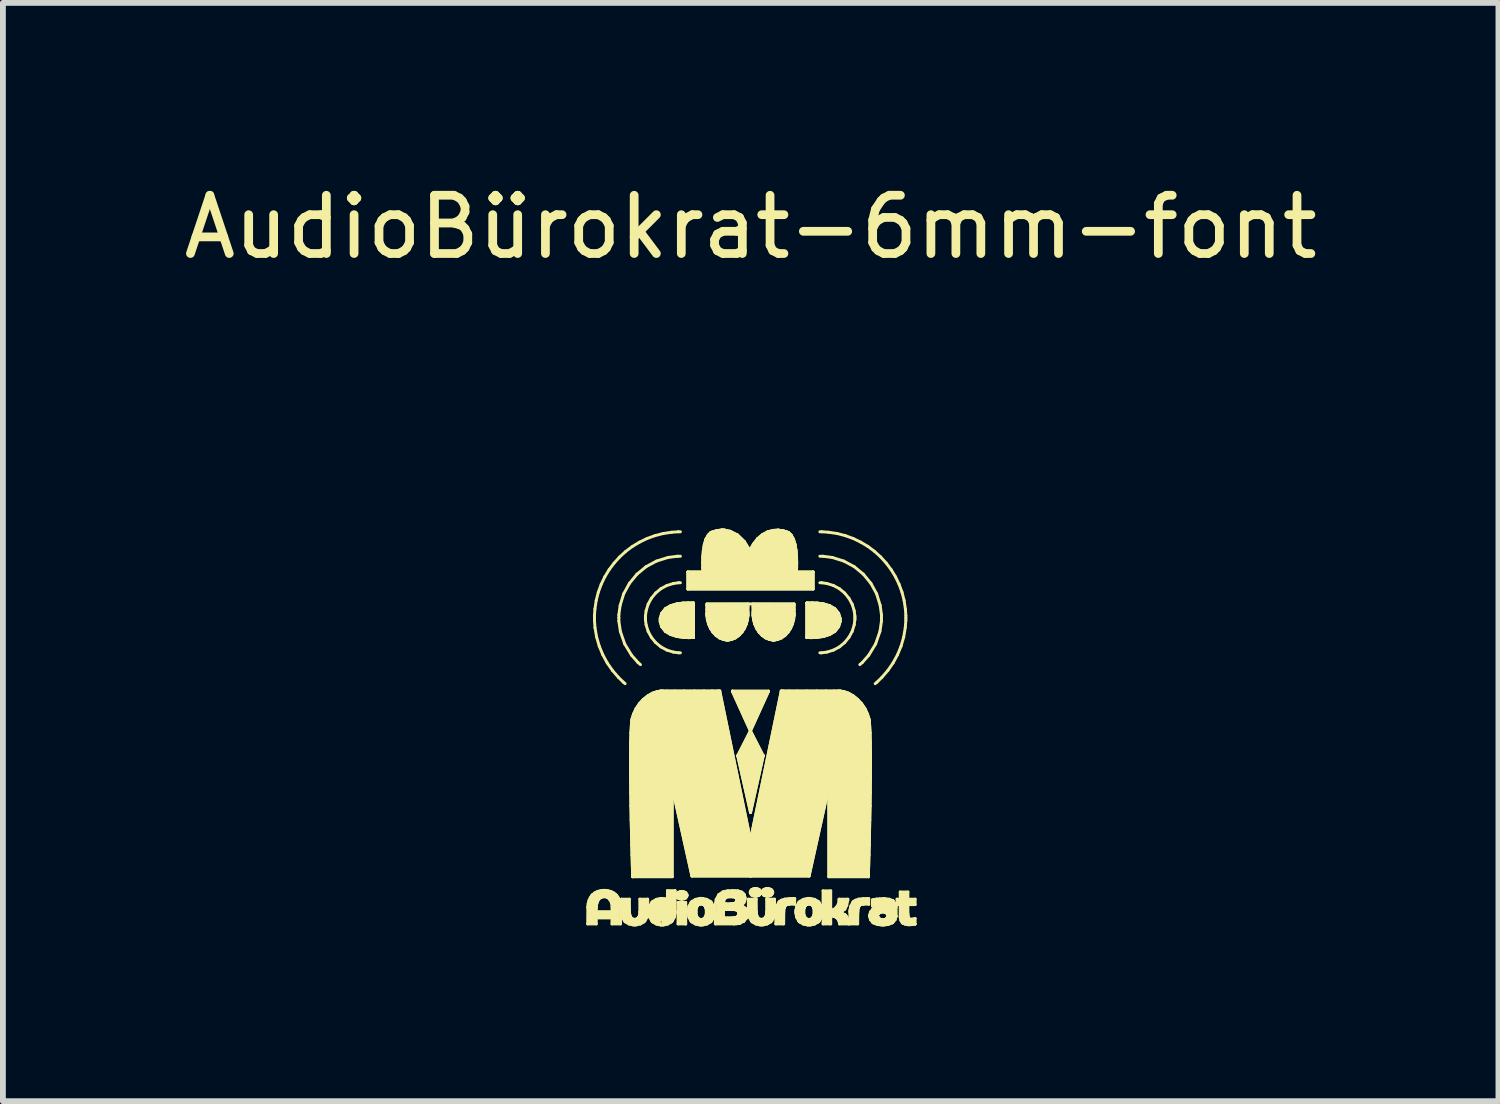
<source format=kicad_pcb>
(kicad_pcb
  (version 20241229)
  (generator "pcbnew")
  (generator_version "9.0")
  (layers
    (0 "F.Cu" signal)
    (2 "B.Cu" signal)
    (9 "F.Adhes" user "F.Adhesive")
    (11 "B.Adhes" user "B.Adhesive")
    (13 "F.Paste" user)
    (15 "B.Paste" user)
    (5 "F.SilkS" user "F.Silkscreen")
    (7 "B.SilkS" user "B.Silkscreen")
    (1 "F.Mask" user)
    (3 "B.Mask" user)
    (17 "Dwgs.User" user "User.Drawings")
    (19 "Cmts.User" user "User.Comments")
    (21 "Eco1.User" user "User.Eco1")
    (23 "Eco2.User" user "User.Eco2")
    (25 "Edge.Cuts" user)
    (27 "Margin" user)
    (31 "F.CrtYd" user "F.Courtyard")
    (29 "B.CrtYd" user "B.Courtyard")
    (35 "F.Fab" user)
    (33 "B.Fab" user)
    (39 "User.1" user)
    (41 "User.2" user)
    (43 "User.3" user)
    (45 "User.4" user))
  (footprint "AudioBürokrat-6mm-font"
    (layer "F.Cu")
    (at 9.839 9.738)
    (property "Reference" "AudioBürokrat-6mm-font" (at 0 -8.89 0) (layer "F.SilkS") (effects (font (size 1 1) (thickness 0.15))))
    (attr through_hole)
    (fp_line (start -2.798 3.076) (end -2.796 2.798) (stroke (width 0.05) (type solid)) (layer "F.SilkS"))
    (fp_line (start -2.796 2.782) (end -2.791 2.733) (stroke (width 0.05) (type solid)) (layer "F.SilkS"))
    (fp_line (start -2.796 2.798) (end -2.796 2.782) (stroke (width 0.05) (type solid)) (layer "F.SilkS"))
    (fp_line (start -2.791 2.733) (end -2.777 2.675) (stroke (width 0.05) (type solid)) (layer "F.SilkS"))
    (fp_line (start -2.777 2.675) (end -2.754 2.625) (stroke (width 0.05) (type solid)) (layer "F.SilkS"))
    (fp_line (start -2.754 2.625) (end -2.73 2.591) (stroke (width 0.05) (type solid)) (layer "F.SilkS"))
    (fp_line (start -2.73 2.591) (end -2.721 2.581) (stroke (width 0.05) (type solid)) (layer "F.SilkS"))
    (fp_line (start -2.721 2.581) (end -2.712 2.571) (stroke (width 0.05) (type solid)) (layer "F.SilkS"))
    (fp_line (start -2.712 2.571) (end -2.68 2.545) (stroke (width 0.05) (type solid)) (layer "F.SilkS"))
    (fp_line (start -2.682 -2.218) (end -2.674 -2.331) (stroke (width 0.05) (type solid)) (layer "F.SilkS"))
    (fp_line (start -2.682 -2.18) (end -2.682 -2.218) (stroke (width 0.05) (type solid)) (layer "F.SilkS"))
    (fp_line (start -2.682 -2.138) (end -2.682 -2.18) (stroke (width 0.05) (type solid)) (layer "F.SilkS"))
    (fp_line (start -2.68 2.545) (end -2.632 2.52) (stroke (width 0.05) (type solid)) (layer "F.SilkS"))
    (fp_line (start -2.674 -2.331) (end -2.652 -2.478) (stroke (width 0.05) (type solid)) (layer "F.SilkS"))
    (fp_line (start -2.673 -2.012) (end -2.682 -2.138) (stroke (width 0.05) (type solid)) (layer "F.SilkS"))
    (fp_line (start -2.652 -2.478) (end -2.616 -2.619) (stroke (width 0.05) (type solid)) (layer "F.SilkS"))
    (fp_line (start -2.651 2.866) (end -2.381 2.866) (stroke (width 0.05) (type solid)) (layer "F.SilkS"))
    (fp_line (start -2.651 2.973) (end -2.651 3.076) (stroke (width 0.05) (type solid)) (layer "F.SilkS"))
    (fp_line (start -2.651 3.076) (end -2.798 3.076) (stroke (width 0.05) (type solid)) (layer "F.SilkS"))
    (fp_line (start -2.649 2.778) (end -2.649 2.798) (stroke (width 0.05) (type solid)) (layer "F.SilkS"))
    (fp_line (start -2.649 2.798) (end -2.651 2.866) (stroke (width 0.05) (type solid)) (layer "F.SilkS"))
    (fp_line (start -2.645 -1.85) (end -2.673 -2.012) (stroke (width 0.05) (type solid)) (layer "F.SilkS"))
    (fp_line (start -2.64 2.717) (end -2.649 2.778) (stroke (width 0.05) (type solid)) (layer "F.SilkS"))
    (fp_line (start -2.638 2.711) (end -2.64 2.717) (stroke (width 0.05) (type solid)) (layer "F.SilkS"))
    (fp_line (start -2.636 2.705) (end -2.638 2.711) (stroke (width 0.05) (type solid)) (layer "F.SilkS"))
    (fp_line (start -2.632 2.52) (end -2.576 2.505) (stroke (width 0.05) (type solid)) (layer "F.SilkS"))
    (fp_line (start -2.616 -2.619) (end -2.566 -2.755) (stroke (width 0.05) (type solid)) (layer "F.SilkS"))
    (fp_line (start -2.611 2.656) (end -2.636 2.705) (stroke (width 0.05) (type solid)) (layer "F.SilkS"))
    (fp_line (start -2.608 2.652) (end -2.611 2.656) (stroke (width 0.05) (type solid)) (layer "F.SilkS"))
    (fp_line (start -2.605 2.649) (end -2.608 2.652) (stroke (width 0.05) (type solid)) (layer "F.SilkS"))
    (fp_line (start -2.6 -1.694) (end -2.645 -1.85) (stroke (width 0.05) (type solid)) (layer "F.SilkS"))
    (fp_line (start -2.576 2.505) (end -2.529 2.5) (stroke (width 0.05) (type solid)) (layer "F.SilkS"))
    (fp_line (start -2.568 2.621) (end -2.605 2.649) (stroke (width 0.05) (type solid)) (layer "F.SilkS"))
    (fp_line (start -2.566 -2.755) (end -2.504 -2.884) (stroke (width 0.05) (type solid)) (layer "F.SilkS"))
    (fp_line (start -2.564 2.619) (end -2.568 2.621) (stroke (width 0.05) (type solid)) (layer "F.SilkS"))
    (fp_line (start -2.56 2.617) (end -2.564 2.619) (stroke (width 0.05) (type solid)) (layer "F.SilkS"))
    (fp_line (start -2.539 -1.546) (end -2.6 -1.694) (stroke (width 0.05) (type solid)) (layer "F.SilkS"))
    (fp_line (start -2.529 2.5) (end -2.514 2.5) (stroke (width 0.05) (type solid)) (layer "F.SilkS"))
    (fp_line (start -2.527 2.609) (end -2.56 2.617) (stroke (width 0.05) (type solid)) (layer "F.SilkS"))
    (fp_line (start -2.514 2.5) (end -2.498 2.5) (stroke (width 0.05) (type solid)) (layer "F.SilkS"))
    (fp_line (start -2.514 2.609) (end -2.527 2.609) (stroke (width 0.05) (type solid)) (layer "F.SilkS"))
    (fp_line (start -2.504 -2.884) (end -2.43 -3.006) (stroke (width 0.05) (type solid)) (layer "F.SilkS"))
    (fp_line (start -2.502 2.609) (end -2.514 2.609) (stroke (width 0.05) (type solid)) (layer "F.SilkS"))
    (fp_line (start -2.498 2.5) (end -2.452 2.505) (stroke (width 0.05) (type solid)) (layer "F.SilkS"))
    (fp_line (start -2.467 2.617) (end -2.502 2.609) (stroke (width 0.05) (type solid)) (layer "F.SilkS"))
    (fp_line (start -2.463 -1.406) (end -2.539 -1.546) (stroke (width 0.05) (type solid)) (layer "F.SilkS"))
    (fp_line (start -2.463 2.619) (end -2.467 2.617) (stroke (width 0.05) (type solid)) (layer "F.SilkS"))
    (fp_line (start -2.459 2.621) (end -2.463 2.619) (stroke (width 0.05) (type solid)) (layer "F.SilkS"))
    (fp_line (start -2.452 2.505) (end -2.397 2.52) (stroke (width 0.05) (type solid)) (layer "F.SilkS"))
    (fp_line (start -2.43 -3.006) (end -2.345 -3.119) (stroke (width 0.05) (type solid)) (layer "F.SilkS"))
    (fp_line (start -2.423 2.649) (end -2.459 2.621) (stroke (width 0.05) (type solid)) (layer "F.SilkS"))
    (fp_line (start -2.42 2.652) (end -2.423 2.649) (stroke (width 0.05) (type solid)) (layer "F.SilkS"))
    (fp_line (start -2.417 2.656) (end -2.42 2.652) (stroke (width 0.05) (type solid)) (layer "F.SilkS"))
    (fp_line (start -2.397 2.52) (end -2.349 2.545) (stroke (width 0.05) (type solid)) (layer "F.SilkS"))
    (fp_line (start -2.392 2.705) (end -2.417 2.656) (stroke (width 0.05) (type solid)) (layer "F.SilkS"))
    (fp_line (start -2.391 2.711) (end -2.392 2.705) (stroke (width 0.05) (type solid)) (layer "F.SilkS"))
    (fp_line (start -2.389 2.717) (end -2.391 2.711) (stroke (width 0.05) (type solid)) (layer "F.SilkS"))
    (fp_line (start -2.381 2.866) (end -2.381 2.866) (stroke (width 0.05) (type solid)) (layer "F.SilkS"))
    (fp_line (start -2.381 2.866) (end -2.379 2.798) (stroke (width 0.05) (type solid)) (layer "F.SilkS"))
    (fp_line (start -2.381 2.973) (end -2.651 2.973) (stroke (width 0.05) (type solid)) (layer "F.SilkS"))
    (fp_line (start -2.381 3.076) (end -2.381 2.973) (stroke (width 0.05) (type solid)) (layer "F.SilkS"))
    (fp_line (start -2.379 2.776) (end -2.389 2.717) (stroke (width 0.05) (type solid)) (layer "F.SilkS"))
    (fp_line (start -2.379 2.798) (end -2.379 2.776) (stroke (width 0.05) (type solid)) (layer "F.SilkS"))
    (fp_line (start -2.373 -1.276) (end -2.463 -1.406) (stroke (width 0.05) (type solid)) (layer "F.SilkS"))
    (fp_line (start -2.349 2.545) (end -2.317 2.571) (stroke (width 0.05) (type solid)) (layer "F.SilkS"))
    (fp_line (start -2.345 -3.119) (end -2.25 -3.224) (stroke (width 0.05) (type solid)) (layer "F.SilkS"))
    (fp_line (start -2.317 2.571) (end -2.308 2.581) (stroke (width 0.05) (type solid)) (layer "F.SilkS"))
    (fp_line (start -2.308 2.581) (end -2.298 2.591) (stroke (width 0.05) (type solid)) (layer "F.SilkS"))
    (fp_line (start -2.298 2.591) (end -2.275 2.625) (stroke (width 0.05) (type solid)) (layer "F.SilkS"))
    (fp_line (start -2.275 2.625) (end -2.251 2.675) (stroke (width 0.05) (type solid)) (layer "F.SilkS"))
    (fp_line (start -2.27 -1.157) (end -2.373 -1.276) (stroke (width 0.05) (type solid)) (layer "F.SilkS"))
    (fp_line (start -2.263 -2.233) (end -2.241 -2.393) (stroke (width 0.05) (type solid)) (layer "F.SilkS"))
    (fp_line (start -2.263 -2.18) (end -2.263 -2.233) (stroke (width 0.05) (type solid)) (layer "F.SilkS"))
    (fp_line (start -2.263 -2.122) (end -2.263 -2.18) (stroke (width 0.05) (type solid)) (layer "F.SilkS"))
    (fp_line (start -2.251 2.675) (end -2.237 2.733) (stroke (width 0.05) (type solid)) (layer "F.SilkS"))
    (fp_line (start -2.25 -3.224) (end -2.145 -3.32) (stroke (width 0.05) (type solid)) (layer "F.SilkS"))
    (fp_line (start -2.241 -2.393) (end -2.18 -2.592) (stroke (width 0.05) (type solid)) (layer "F.SilkS"))
    (fp_line (start -2.237 2.733) (end -2.232 2.782) (stroke (width 0.05) (type solid)) (layer "F.SilkS"))
    (fp_line (start -2.237 -1.946) (end -2.263 -2.122) (stroke (width 0.05) (type solid)) (layer "F.SilkS"))
    (fp_line (start -2.234 3.076) (end -2.381 3.076) (stroke (width 0.05) (type solid)) (layer "F.SilkS"))
    (fp_line (start -2.232 2.782) (end -2.232 2.798) (stroke (width 0.05) (type solid)) (layer "F.SilkS"))
    (fp_line (start -2.232 2.798) (end -2.234 3.076) (stroke (width 0.05) (type solid)) (layer "F.SilkS"))
    (fp_line (start -2.232 2.798) (end -2.232 2.798) (stroke (width 0.05) (type solid)) (layer "F.SilkS"))
    (fp_line (start -2.217 2.651) (end -2.082 2.651) (stroke (width 0.05) (type solid)) (layer "F.SilkS"))
    (fp_line (start -2.217 2.865) (end -2.217 2.651) (stroke (width 0.05) (type solid)) (layer "F.SilkS"))
    (fp_line (start -2.217 2.889) (end -2.217 2.865) (stroke (width 0.05) (type solid)) (layer "F.SilkS"))
    (fp_line (start -2.202 2.961) (end -2.217 2.889) (stroke (width 0.05) (type solid)) (layer "F.SilkS"))
    (fp_line (start -2.185 -1.074) (end -2.27 -1.157) (stroke (width 0.05) (type solid)) (layer "F.SilkS"))
    (fp_line (start -2.18 -2.592) (end -2.082 -2.771) (stroke (width 0.05) (type solid)) (layer "F.SilkS"))
    (fp_line (start -2.167 3.023) (end -2.202 2.961) (stroke (width 0.05) (type solid)) (layer "F.SilkS"))
    (fp_line (start -2.162 -1.73) (end -2.237 -1.946) (stroke (width 0.05) (type solid)) (layer "F.SilkS"))
    (fp_line (start -2.157 3.034) (end -2.167 3.023) (stroke (width 0.05) (type solid)) (layer "F.SilkS"))
    (fp_line (start -2.155 -1.049) (end -2.185 -1.074) (stroke (width 0.05) (type solid)) (layer "F.SilkS"))
    (fp_line (start -2.147 3.044) (end -2.157 3.034) (stroke (width 0.05) (type solid)) (layer "F.SilkS"))
    (fp_line (start -2.145 -3.32) (end -2.031 -3.405) (stroke (width 0.05) (type solid)) (layer "F.SilkS"))
    (fp_line (start -2.086 3.079) (end -2.147 3.044) (stroke (width 0.05) (type solid)) (layer "F.SilkS"))
    (fp_line (start -2.082 -2.771) (end -1.953 -2.928) (stroke (width 0.05) (type solid)) (layer "F.SilkS"))
    (fp_line (start -2.082 2.651) (end -2.08 2.863) (stroke (width 0.05) (type solid)) (layer "F.SilkS"))
    (fp_line (start -2.08 2.863) (end -2.08 2.88) (stroke (width 0.05) (type solid)) (layer "F.SilkS"))
    (fp_line (start -2.08 2.88) (end -2.074 2.926) (stroke (width 0.05) (type solid)) (layer "F.SilkS"))
    (fp_line (start -2.074 2.926) (end -2.073 2.93) (stroke (width 0.05) (type solid)) (layer "F.SilkS"))
    (fp_line (start -2.073 2.93) (end -2.072 2.934) (stroke (width 0.05) (type solid)) (layer "F.SilkS"))
    (fp_line (start -2.072 2.934) (end -2.056 2.968) (stroke (width 0.05) (type solid)) (layer "F.SilkS"))
    (fp_line (start -2.062 0.356) (end -2.061 0.582) (stroke (width 0.05) (type solid)) (layer "F.SilkS"))
    (fp_line (start -2.062 0.356) (end -2.061 0.582) (stroke (width 0.05) (type solid)) (layer "F.SilkS"))
    (fp_line (start -2.062 0.145) (end -2.062 0.356) (stroke (width 0.05) (type solid)) (layer "F.SilkS"))
    (fp_line (start -2.062 0.145) (end -2.062 0.356) (stroke (width 0.05) (type solid)) (layer "F.SilkS"))
    (fp_line (start -2.061 0.582) (end -2.058 0.816) (stroke (width 0.05) (type solid)) (layer "F.SilkS"))
    (fp_line (start -2.061 0.582) (end -2.058 0.816) (stroke (width 0.05) (type solid)) (layer "F.SilkS"))
    (fp_line (start -2.06 -0.045) (end -2.062 0.145) (stroke (width 0.05) (type solid)) (layer "F.SilkS"))
    (fp_line (start -2.06 -0.045) (end -2.062 0.145) (stroke (width 0.05) (type solid)) (layer "F.SilkS"))
    (fp_line (start -2.058 0.816) (end -2.055 1.052) (stroke (width 0.05) (type solid)) (layer "F.SilkS"))
    (fp_line (start -2.058 0.816) (end -2.055 1.052) (stroke (width 0.05) (type solid)) (layer "F.SilkS"))
    (fp_line (start -2.056 2.968) (end -2.054 2.971) (stroke (width 0.05) (type solid)) (layer "F.SilkS"))
    (fp_line (start -2.055 -0.207) (end -2.06 -0.045) (stroke (width 0.05) (type solid)) (layer "F.SilkS"))
    (fp_line (start -2.055 -0.207) (end -2.06 -0.045) (stroke (width 0.05) (type solid)) (layer "F.SilkS"))
    (fp_line (start -2.055 1.052) (end -2.051 1.285) (stroke (width 0.05) (type solid)) (layer "F.SilkS"))
    (fp_line (start -2.055 1.052) (end -2.051 1.285) (stroke (width 0.05) (type solid)) (layer "F.SilkS"))
    (fp_line (start -2.054 2.971) (end -2.051 2.973) (stroke (width 0.05) (type solid)) (layer "F.SilkS"))
    (fp_line (start -2.051 2.973) (end -2.028 2.992) (stroke (width 0.05) (type solid)) (layer "F.SilkS"))
    (fp_line (start -2.051 1.285) (end -2.046 1.507) (stroke (width 0.05) (type solid)) (layer "F.SilkS"))
    (fp_line (start -2.051 1.285) (end -2.046 1.507) (stroke (width 0.05) (type solid)) (layer "F.SilkS"))
    (fp_line (start -2.048 -0.336) (end -2.055 -0.207) (stroke (width 0.05) (type solid)) (layer "F.SilkS"))
    (fp_line (start -2.048 -0.336) (end -2.055 -0.207) (stroke (width 0.05) (type solid)) (layer "F.SilkS"))
    (fp_line (start -2.046 1.507) (end -2.041 1.712) (stroke (width 0.05) (type solid)) (layer "F.SilkS"))
    (fp_line (start -2.046 1.507) (end -2.041 1.712) (stroke (width 0.05) (type solid)) (layer "F.SilkS"))
    (fp_line (start -2.045 -1.538) (end -2.162 -1.73) (stroke (width 0.05) (type solid)) (layer "F.SilkS"))
    (fp_line (start -2.042 -0.402) (end -2.048 -0.336) (stroke (width 0.05) (type solid)) (layer "F.SilkS"))
    (fp_line (start -2.042 -0.402) (end -2.048 -0.336) (stroke (width 0.05) (type solid)) (layer "F.SilkS"))
    (fp_line (start -2.041 1.712) (end -2.036 1.894) (stroke (width 0.05) (type solid)) (layer "F.SilkS"))
    (fp_line (start -2.041 1.712) (end -2.036 1.894) (stroke (width 0.05) (type solid)) (layer "F.SilkS"))
    (fp_line (start -2.038 -0.424) (end -2.042 -0.402) (stroke (width 0.05) (type solid)) (layer "F.SilkS"))
    (fp_line (start -2.038 -0.424) (end -2.042 -0.402) (stroke (width 0.05) (type solid)) (layer "F.SilkS"))
    (fp_line (start -2.036 1.894) (end -2.032 2.047) (stroke (width 0.05) (type solid)) (layer "F.SilkS"))
    (fp_line (start -2.036 1.894) (end -2.032 2.047) (stroke (width 0.05) (type solid)) (layer "F.SilkS"))
    (fp_line (start -2.034 -0.45) (end -2.038 -0.424) (stroke (width 0.05) (type solid)) (layer "F.SilkS"))
    (fp_line (start -2.034 -0.45) (end -2.038 -0.424) (stroke (width 0.05) (type solid)) (layer "F.SilkS"))
    (fp_line (start -2.032 2.047) (end -2.029 2.164) (stroke (width 0.05) (type solid)) (layer "F.SilkS"))
    (fp_line (start -2.032 2.047) (end -2.029 2.164) (stroke (width 0.05) (type solid)) (layer "F.SilkS"))
    (fp_line (start -2.031 -3.405) (end -1.91 -3.478) (stroke (width 0.05) (type solid)) (layer "F.SilkS"))
    (fp_line (start -2.029 2.164) (end -2.027 2.238) (stroke (width 0.05) (type solid)) (layer "F.SilkS"))
    (fp_line (start -2.029 2.164) (end -2.027 2.238) (stroke (width 0.05) (type solid)) (layer "F.SilkS"))
    (fp_line (start -2.028 2.992) (end -2.025 2.993) (stroke (width 0.05) (type solid)) (layer "F.SilkS"))
    (fp_line (start -2.027 2.238) (end -2.026 2.265) (stroke (width 0.05) (type solid)) (layer "F.SilkS"))
    (fp_line (start -2.027 2.238) (end -2.026 2.265) (stroke (width 0.05) (type solid)) (layer "F.SilkS"))
    (fp_line (start -2.026 2.265) (end -2.026 2.265) (stroke (width 0.05) (type solid)) (layer "F.SilkS"))
    (fp_line (start -2.026 2.265) (end -2.026 2.265) (stroke (width 0.05) (type solid)) (layer "F.SilkS"))
    (fp_line (start -2.026 2.265) (end -1.348 2.265) (stroke (width 0.05) (type solid)) (layer "F.SilkS"))
    (fp_line (start -2.026 2.265) (end -1.348 2.265) (stroke (width 0.05) (type solid)) (layer "F.SilkS"))
    (fp_line (start -2.025 2.993) (end -2.023 2.993) (stroke (width 0.05) (type solid)) (layer "F.SilkS"))
    (fp_line (start -2.023 2.993) (end -1.999 2.998) (stroke (width 0.05) (type solid)) (layer "F.SilkS"))
    (fp_line (start -2.015 3.094) (end -2.086 3.079) (stroke (width 0.05) (type solid)) (layer "F.SilkS"))
    (fp_line (start -2.011 -0.525) (end -2.034 -0.45) (stroke (width 0.05) (type solid)) (layer "F.SilkS"))
    (fp_line (start -2.011 -0.525) (end -2.034 -0.45) (stroke (width 0.05) (type solid)) (layer "F.SilkS"))
    (fp_line (start -1.999 2.998) (end -1.991 2.998) (stroke (width 0.05) (type solid)) (layer "F.SilkS"))
    (fp_line (start -1.991 2.998) (end -1.983 2.998) (stroke (width 0.05) (type solid)) (layer "F.SilkS"))
    (fp_line (start -1.991 3.094) (end -2.015 3.094) (stroke (width 0.05) (type solid)) (layer "F.SilkS"))
    (fp_line (start -1.983 2.998) (end -1.959 2.992) (stroke (width 0.05) (type solid)) (layer "F.SilkS"))
    (fp_line (start -1.968 3.094) (end -1.991 3.094) (stroke (width 0.05) (type solid)) (layer "F.SilkS"))
    (fp_line (start -1.967 -0.619) (end -2.011 -0.525) (stroke (width 0.05) (type solid)) (layer "F.SilkS"))
    (fp_line (start -1.967 -0.619) (end -2.011 -0.525) (stroke (width 0.05) (type solid)) (layer "F.SilkS"))
    (fp_line (start -1.959 2.992) (end -1.956 2.991) (stroke (width 0.05) (type solid)) (layer "F.SilkS"))
    (fp_line (start -1.956 2.991) (end -1.953 2.99) (stroke (width 0.05) (type solid)) (layer "F.SilkS"))
    (fp_line (start -1.953 2.99) (end -1.929 2.971) (stroke (width 0.05) (type solid)) (layer "F.SilkS"))
    (fp_line (start -1.953 -2.928) (end -1.797 -3.057) (stroke (width 0.05) (type solid)) (layer "F.SilkS"))
    (fp_line (start -1.934 -1.412) (end -2.045 -1.538) (stroke (width 0.05) (type solid)) (layer "F.SilkS"))
    (fp_line (start -1.929 2.971) (end -1.928 2.968) (stroke (width 0.05) (type solid)) (layer "F.SilkS"))
    (fp_line (start -1.928 2.968) (end -1.926 2.966) (stroke (width 0.05) (type solid)) (layer "F.SilkS"))
    (fp_line (start -1.926 2.966) (end -1.91 2.932) (stroke (width 0.05) (type solid)) (layer "F.SilkS"))
    (fp_line (start -1.91 2.932) (end -1.909 2.927) (stroke (width 0.05) (type solid)) (layer "F.SilkS"))
    (fp_line (start -1.91 -0.704) (end -1.967 -0.619) (stroke (width 0.05) (type solid)) (layer "F.SilkS"))
    (fp_line (start -1.91 -0.704) (end -1.967 -0.619) (stroke (width 0.05) (type solid)) (layer "F.SilkS"))
    (fp_line (start -1.91 -3.478) (end -1.78 -3.541) (stroke (width 0.05) (type solid)) (layer "F.SilkS"))
    (fp_line (start -1.909 2.927) (end -1.908 2.923) (stroke (width 0.05) (type solid)) (layer "F.SilkS"))
    (fp_line (start -1.908 2.923) (end -1.903 2.878) (stroke (width 0.05) (type solid)) (layer "F.SilkS"))
    (fp_line (start -1.903 2.651) (end -1.768 2.651) (stroke (width 0.05) (type solid)) (layer "F.SilkS"))
    (fp_line (start -1.903 2.863) (end -1.903 2.651) (stroke (width 0.05) (type solid)) (layer "F.SilkS"))
    (fp_line (start -1.903 2.878) (end -1.903 2.863) (stroke (width 0.05) (type solid)) (layer "F.SilkS"))
    (fp_line (start -1.896 3.078) (end -1.968 3.094) (stroke (width 0.05) (type solid)) (layer "F.SilkS"))
    (fp_line (start -1.892 -1.376) (end -1.934 -1.412) (stroke (width 0.05) (type solid)) (layer "F.SilkS"))
    (fp_line (start -1.843 -0.778) (end -1.91 -0.704) (stroke (width 0.05) (type solid)) (layer "F.SilkS"))
    (fp_line (start -1.843 -0.778) (end -1.91 -0.704) (stroke (width 0.05) (type solid)) (layer "F.SilkS"))
    (fp_line (start -1.835 3.043) (end -1.896 3.078) (stroke (width 0.05) (type solid)) (layer "F.SilkS"))
    (fp_line (start -1.825 3.032) (end -1.835 3.043) (stroke (width 0.05) (type solid)) (layer "F.SilkS"))
    (fp_line (start -1.815 3.022) (end -1.825 3.032) (stroke (width 0.05) (type solid)) (layer "F.SilkS"))
    (fp_line (start -1.807 -2.21) (end -1.795 -2.301) (stroke (width 0.05) (type solid)) (layer "F.SilkS"))
    (fp_line (start -1.807 -2.18) (end -1.807 -2.21) (stroke (width 0.05) (type solid)) (layer "F.SilkS"))
    (fp_line (start -1.807 -2.15) (end -1.807 -2.18) (stroke (width 0.05) (type solid)) (layer "F.SilkS"))
    (fp_line (start -1.797 -3.057) (end -1.617 -3.154) (stroke (width 0.05) (type solid)) (layer "F.SilkS"))
    (fp_line (start -1.795 -2.301) (end -1.76 -2.414) (stroke (width 0.05) (type solid)) (layer "F.SilkS"))
    (fp_line (start -1.795 -2.059) (end -1.807 -2.15) (stroke (width 0.05) (type solid)) (layer "F.SilkS"))
    (fp_line (start -1.78 -3.541) (end -1.645 -3.59) (stroke (width 0.05) (type solid)) (layer "F.SilkS"))
    (fp_line (start -1.78 2.96) (end -1.815 3.022) (stroke (width 0.05) (type solid)) (layer "F.SilkS"))
    (fp_line (start -1.768 2.651) (end -1.765 2.865) (stroke (width 0.05) (type solid)) (layer "F.SilkS"))
    (fp_line (start -1.767 -0.838) (end -1.843 -0.778) (stroke (width 0.05) (type solid)) (layer "F.SilkS"))
    (fp_line (start -1.767 -0.838) (end -1.843 -0.778) (stroke (width 0.05) (type solid)) (layer "F.SilkS"))
    (fp_line (start -1.765 2.865) (end -1.765 2.865) (stroke (width 0.05) (type solid)) (layer "F.SilkS"))
    (fp_line (start -1.765 2.865) (end -1.765 2.888) (stroke (width 0.05) (type solid)) (layer "F.SilkS"))
    (fp_line (start -1.765 2.888) (end -1.78 2.96) (stroke (width 0.05) (type solid)) (layer "F.SilkS"))
    (fp_line (start -1.76 -2.414) (end -1.704 -2.516) (stroke (width 0.05) (type solid)) (layer "F.SilkS"))
    (fp_line (start -1.76 -1.946) (end -1.795 -2.059) (stroke (width 0.05) (type solid)) (layer "F.SilkS"))
    (fp_line (start -1.748 2.844) (end -1.733 2.772) (stroke (width 0.05) (type solid)) (layer "F.SilkS"))
    (fp_line (start -1.748 2.867) (end -1.748 2.844) (stroke (width 0.05) (type solid)) (layer "F.SilkS"))
    (fp_line (start -1.748 2.891) (end -1.748 2.867) (stroke (width 0.05) (type solid)) (layer "F.SilkS"))
    (fp_line (start -1.733 2.772) (end -1.699 2.71) (stroke (width 0.05) (type solid)) (layer "F.SilkS"))
    (fp_line (start -1.733 2.962) (end -1.748 2.891) (stroke (width 0.05) (type solid)) (layer "F.SilkS"))
    (fp_line (start -1.704 -2.516) (end -1.631 -2.605) (stroke (width 0.05) (type solid)) (layer "F.SilkS"))
    (fp_line (start -1.704 -1.844) (end -1.76 -1.946) (stroke (width 0.05) (type solid)) (layer "F.SilkS"))
    (fp_line (start -1.699 2.71) (end -1.689 2.7) (stroke (width 0.05) (type solid)) (layer "F.SilkS"))
    (fp_line (start -1.698 3.025) (end -1.733 2.962) (stroke (width 0.05) (type solid)) (layer "F.SilkS"))
    (fp_line (start -1.689 2.7) (end -1.679 2.689) (stroke (width 0.05) (type solid)) (layer "F.SilkS"))
    (fp_line (start -1.688 3.035) (end -1.698 3.025) (stroke (width 0.05) (type solid)) (layer "F.SilkS"))
    (fp_line (start -1.688 -0.884) (end -1.767 -0.838) (stroke (width 0.05) (type solid)) (layer "F.SilkS"))
    (fp_line (start -1.688 -0.884) (end -1.767 -0.838) (stroke (width 0.05) (type solid)) (layer "F.SilkS"))
    (fp_line (start -1.679 2.689) (end -1.618 2.654) (stroke (width 0.05) (type solid)) (layer "F.SilkS"))
    (fp_line (start -1.678 3.045) (end -1.688 3.035) (stroke (width 0.05) (type solid)) (layer "F.SilkS"))
    (fp_line (start -1.645 -3.59) (end -1.503 -3.627) (stroke (width 0.05) (type solid)) (layer "F.SilkS"))
    (fp_line (start -1.631 -2.605) (end -1.542 -2.679) (stroke (width 0.05) (type solid)) (layer "F.SilkS"))
    (fp_line (start -1.631 -1.755) (end -1.704 -1.844) (stroke (width 0.05) (type solid)) (layer "F.SilkS"))
    (fp_line (start -1.618 2.654) (end -1.546 2.638) (stroke (width 0.05) (type solid)) (layer "F.SilkS"))
    (fp_line (start -1.617 -3.154) (end -1.419 -3.216) (stroke (width 0.05) (type solid)) (layer "F.SilkS"))
    (fp_line (start -1.617 3.08) (end -1.678 3.045) (stroke (width 0.05) (type solid)) (layer "F.SilkS"))
    (fp_line (start -1.611 2.854) (end -1.611 2.869) (stroke (width 0.05) (type solid)) (layer "F.SilkS"))
    (fp_line (start -1.611 2.869) (end -1.611 2.885) (stroke (width 0.05) (type solid)) (layer "F.SilkS"))
    (fp_line (start -1.611 2.885) (end -1.606 2.929) (stroke (width 0.05) (type solid)) (layer "F.SilkS"))
    (fp_line (start -1.607 -0.912) (end -1.688 -0.884) (stroke (width 0.05) (type solid)) (layer "F.SilkS"))
    (fp_line (start -1.607 -0.912) (end -1.688 -0.884) (stroke (width 0.05) (type solid)) (layer "F.SilkS"))
    (fp_line (start -1.606 2.929) (end -1.605 2.933) (stroke (width 0.05) (type solid)) (layer "F.SilkS"))
    (fp_line (start -1.605 2.809) (end -1.611 2.854) (stroke (width 0.05) (type solid)) (layer "F.SilkS"))
    (fp_line (start -1.605 2.933) (end -1.604 2.936) (stroke (width 0.05) (type solid)) (layer "F.SilkS"))
    (fp_line (start -1.604 2.805) (end -1.605 2.809) (stroke (width 0.05) (type solid)) (layer "F.SilkS"))
    (fp_line (start -1.604 2.936) (end -1.587 2.969) (stroke (width 0.05) (type solid)) (layer "F.SilkS"))
    (fp_line (start -1.603 2.8) (end -1.604 2.805) (stroke (width 0.05) (type solid)) (layer "F.SilkS"))
    (fp_line (start -1.588 2.766) (end -1.603 2.8) (stroke (width 0.05) (type solid)) (layer "F.SilkS"))
    (fp_line (start -1.587 2.969) (end -1.585 2.972) (stroke (width 0.05) (type solid)) (layer "F.SilkS"))
    (fp_line (start -1.586 2.764) (end -1.588 2.766) (stroke (width 0.05) (type solid)) (layer "F.SilkS"))
    (fp_line (start -1.585 2.972) (end -1.585 2.972) (stroke (width 0.05) (type solid)) (layer "F.SilkS"))
    (fp_line (start -1.585 2.972) (end -1.583 2.975) (stroke (width 0.05) (type solid)) (layer "F.SilkS"))
    (fp_line (start -1.584 2.761) (end -1.586 2.764) (stroke (width 0.05) (type solid)) (layer "F.SilkS"))
    (fp_line (start -1.583 2.975) (end -1.56 2.993) (stroke (width 0.05) (type solid)) (layer "F.SilkS"))
    (fp_line (start -1.56 2.743) (end -1.584 2.761) (stroke (width 0.05) (type solid)) (layer "F.SilkS"))
    (fp_line (start -1.56 2.993) (end -1.558 2.994) (stroke (width 0.05) (type solid)) (layer "F.SilkS"))
    (fp_line (start -1.558 2.742) (end -1.56 2.743) (stroke (width 0.05) (type solid)) (layer "F.SilkS"))
    (fp_line (start -1.558 2.994) (end -1.555 2.995) (stroke (width 0.05) (type solid)) (layer "F.SilkS"))
    (fp_line (start -1.555 2.741) (end -1.558 2.742) (stroke (width 0.05) (type solid)) (layer "F.SilkS"))
    (fp_line (start -1.555 2.995) (end -1.531 2.999) (stroke (width 0.05) (type solid)) (layer "F.SilkS"))
    (fp_line (start -1.552 -2.171) (end -1.527 -2.256) (stroke (width 0.05) (type solid)) (layer "F.SilkS"))
    (fp_line (start -1.552 -2.171) (end -1.527 -2.256) (stroke (width 0.05) (type solid)) (layer "F.SilkS"))
    (fp_line (start -1.552 -2.142) (end -1.552 -2.171) (stroke (width 0.05) (type solid)) (layer "F.SilkS"))
    (fp_line (start -1.552 -2.142) (end -1.552 -2.171) (stroke (width 0.05) (type solid)) (layer "F.SilkS"))
    (fp_line (start -1.552 -2.114) (end -1.552 -2.142) (stroke (width 0.05) (type solid)) (layer "F.SilkS"))
    (fp_line (start -1.552 -2.114) (end -1.552 -2.142) (stroke (width 0.05) (type solid)) (layer "F.SilkS"))
    (fp_line (start -1.548 -0.922) (end -1.607 -0.912) (stroke (width 0.05) (type solid)) (layer "F.SilkS"))
    (fp_line (start -1.548 -0.922) (end -1.607 -0.912) (stroke (width 0.05) (type solid)) (layer "F.SilkS"))
    (fp_line (start -1.546 2.638) (end -1.522 2.638) (stroke (width 0.05) (type solid)) (layer "F.SilkS"))
    (fp_line (start -1.546 3.095) (end -1.617 3.08) (stroke (width 0.05) (type solid)) (layer "F.SilkS"))
    (fp_line (start -1.542 -2.679) (end -1.44 -2.734) (stroke (width 0.05) (type solid)) (layer "F.SilkS"))
    (fp_line (start -1.542 -1.681) (end -1.631 -1.755) (stroke (width 0.05) (type solid)) (layer "F.SilkS"))
    (fp_line (start -1.531 2.999) (end -1.523 2.999) (stroke (width 0.05) (type solid)) (layer "F.SilkS"))
    (fp_line (start -1.531 2.734) (end -1.555 2.741) (stroke (width 0.05) (type solid)) (layer "F.SilkS"))
    (fp_line (start -1.528 -0.922) (end -1.548 -0.922) (stroke (width 0.05) (type solid)) (layer "F.SilkS"))
    (fp_line (start -1.528 -0.922) (end -1.548 -0.922) (stroke (width 0.05) (type solid)) (layer "F.SilkS"))
    (fp_line (start -1.527 -2.256) (end -1.463 -2.336) (stroke (width 0.05) (type solid)) (layer "F.SilkS"))
    (fp_line (start -1.527 -2.256) (end -1.463 -2.336) (stroke (width 0.05) (type solid)) (layer "F.SilkS"))
    (fp_line (start -1.527 -2.028) (end -1.552 -2.114) (stroke (width 0.05) (type solid)) (layer "F.SilkS"))
    (fp_line (start -1.527 -2.028) (end -1.552 -2.114) (stroke (width 0.05) (type solid)) (layer "F.SilkS"))
    (fp_line (start -1.523 2.999) (end -1.514 2.999) (stroke (width 0.05) (type solid)) (layer "F.SilkS"))
    (fp_line (start -1.522 2.638) (end -1.513 2.639) (stroke (width 0.05) (type solid)) (layer "F.SilkS"))
    (fp_line (start -1.522 2.734) (end -1.531 2.734) (stroke (width 0.05) (type solid)) (layer "F.SilkS"))
    (fp_line (start -1.522 3.095) (end -1.546 3.095) (stroke (width 0.05) (type solid)) (layer "F.SilkS"))
    (fp_line (start -1.514 2.734) (end -1.522 2.734) (stroke (width 0.05) (type solid)) (layer "F.SilkS"))
    (fp_line (start -1.514 2.999) (end -1.489 2.994) (stroke (width 0.05) (type solid)) (layer "F.SilkS"))
    (fp_line (start -1.513 2.639) (end -1.471 2.645) (stroke (width 0.05) (type solid)) (layer "F.SilkS"))
    (fp_line (start -1.505 -0.922) (end -1.528 -0.922) (stroke (width 0.05) (type solid)) (layer "F.SilkS"))
    (fp_line (start -1.505 -0.922) (end -1.528 -0.922) (stroke (width 0.05) (type solid)) (layer "F.SilkS"))
    (fp_line (start -1.503 -3.627) (end -1.357 -3.649) (stroke (width 0.05) (type solid)) (layer "F.SilkS"))
    (fp_line (start -1.498 3.095) (end -1.522 3.095) (stroke (width 0.05) (type solid)) (layer "F.SilkS"))
    (fp_line (start -1.49 2.74) (end -1.514 2.734) (stroke (width 0.05) (type solid)) (layer "F.SilkS"))
    (fp_line (start -1.489 2.994) (end -1.486 2.993) (stroke (width 0.05) (type solid)) (layer "F.SilkS"))
    (fp_line (start -1.488 2.741) (end -1.49 2.74) (stroke (width 0.05) (type solid)) (layer "F.SilkS"))
    (fp_line (start -1.486 2.993) (end -1.483 2.992) (stroke (width 0.05) (type solid)) (layer "F.SilkS"))
    (fp_line (start -1.486 2.741) (end -1.488 2.741) (stroke (width 0.05) (type solid)) (layer "F.SilkS"))
    (fp_line (start -1.483 2.992) (end -1.46 2.973) (stroke (width 0.05) (type solid)) (layer "F.SilkS"))
    (fp_line (start -1.471 2.645) (end -1.435 2.658) (stroke (width 0.05) (type solid)) (layer "F.SilkS"))
    (fp_line (start -1.463 -2.336) (end -1.371 -2.389) (stroke (width 0.05) (type solid)) (layer "F.SilkS"))
    (fp_line (start -1.463 -2.336) (end -1.371 -2.389) (stroke (width 0.05) (type solid)) (layer "F.SilkS"))
    (fp_line (start -1.463 -1.947) (end -1.527 -2.028) (stroke (width 0.05) (type solid)) (layer "F.SilkS"))
    (fp_line (start -1.463 -1.947) (end -1.527 -2.028) (stroke (width 0.05) (type solid)) (layer "F.SilkS"))
    (fp_line (start -1.462 2.759) (end -1.486 2.741) (stroke (width 0.05) (type solid)) (layer "F.SilkS"))
    (fp_line (start -1.46 2.973) (end -1.458 2.971) (stroke (width 0.05) (type solid)) (layer "F.SilkS"))
    (fp_line (start -1.459 2.761) (end -1.462 2.759) (stroke (width 0.05) (type solid)) (layer "F.SilkS"))
    (fp_line (start -1.458 2.971) (end -1.456 2.968) (stroke (width 0.05) (type solid)) (layer "F.SilkS"))
    (fp_line (start -1.457 2.764) (end -1.459 2.761) (stroke (width 0.05) (type solid)) (layer "F.SilkS"))
    (fp_line (start -1.456 2.968) (end -1.441 2.934) (stroke (width 0.05) (type solid)) (layer "F.SilkS"))
    (fp_line (start -1.442 2.799) (end -1.457 2.764) (stroke (width 0.05) (type solid)) (layer "F.SilkS"))
    (fp_line (start -1.441 2.934) (end -1.44 2.93) (stroke (width 0.05) (type solid)) (layer "F.SilkS"))
    (fp_line (start -1.44 2.803) (end -1.442 2.799) (stroke (width 0.05) (type solid)) (layer "F.SilkS"))
    (fp_line (start -1.44 -2.734) (end -1.327 -2.769) (stroke (width 0.05) (type solid)) (layer "F.SilkS"))
    (fp_line (start -1.44 -1.626) (end -1.542 -1.681) (stroke (width 0.05) (type solid)) (layer "F.SilkS"))
    (fp_line (start -1.44 2.93) (end -1.438 2.926) (stroke (width 0.05) (type solid)) (layer "F.SilkS"))
    (fp_line (start -1.439 2.808) (end -1.44 2.803) (stroke (width 0.05) (type solid)) (layer "F.SilkS"))
    (fp_line (start -1.438 2.926) (end -1.433 2.883) (stroke (width 0.05) (type solid)) (layer "F.SilkS"))
    (fp_line (start -1.437 -0.922) (end -1.505 -0.922) (stroke (width 0.05) (type solid)) (layer "F.SilkS"))
    (fp_line (start -1.437 -0.922) (end -1.505 -0.922) (stroke (width 0.05) (type solid)) (layer "F.SilkS"))
    (fp_line (start -1.435 2.658) (end -1.429 2.661) (stroke (width 0.05) (type solid)) (layer "F.SilkS"))
    (fp_line (start -1.433 2.852) (end -1.439 2.808) (stroke (width 0.05) (type solid)) (layer "F.SilkS"))
    (fp_line (start -1.433 2.869) (end -1.433 2.852) (stroke (width 0.05) (type solid)) (layer "F.SilkS"))
    (fp_line (start -1.433 2.883) (end -1.433 2.869) (stroke (width 0.05) (type solid)) (layer "F.SilkS"))
    (fp_line (start -1.429 2.505) (end -1.297 2.505) (stroke (width 0.05) (type solid)) (layer "F.SilkS"))
    (fp_line (start -1.429 2.661) (end -1.429 2.505) (stroke (width 0.05) (type solid)) (layer "F.SilkS"))
    (fp_line (start -1.429 2.661) (end -1.429 2.661) (stroke (width 0.05) (type solid)) (layer "F.SilkS"))
    (fp_line (start -1.427 3.08) (end -1.498 3.095) (stroke (width 0.05) (type solid)) (layer "F.SilkS"))
    (fp_line (start -1.419 -3.216) (end -1.259 -3.237) (stroke (width 0.05) (type solid)) (layer "F.SilkS"))
    (fp_line (start -1.371 -2.389) (end -1.266 -2.419) (stroke (width 0.05) (type solid)) (layer "F.SilkS"))
    (fp_line (start -1.371 -2.389) (end -1.266 -2.419) (stroke (width 0.05) (type solid)) (layer "F.SilkS"))
    (fp_line (start -1.371 -1.893) (end -1.463 -1.947) (stroke (width 0.05) (type solid)) (layer "F.SilkS"))
    (fp_line (start -1.371 -1.893) (end -1.463 -1.947) (stroke (width 0.05) (type solid)) (layer "F.SilkS"))
    (fp_line (start -1.366 3.045) (end -1.427 3.08) (stroke (width 0.05) (type solid)) (layer "F.SilkS"))
    (fp_line (start -1.357 -3.649) (end -1.243 -3.657) (stroke (width 0.05) (type solid)) (layer "F.SilkS"))
    (fp_line (start -1.356 3.035) (end -1.366 3.045) (stroke (width 0.05) (type solid)) (layer "F.SilkS"))
    (fp_line (start -1.348 0.718) (end -1.008 2.253) (stroke (width 0.05) (type solid)) (layer "F.SilkS"))
    (fp_line (start -1.348 0.718) (end -1.008 2.253) (stroke (width 0.05) (type solid)) (layer "F.SilkS"))
    (fp_line (start -1.348 2.265) (end -1.348 0.718) (stroke (width 0.05) (type solid)) (layer "F.SilkS"))
    (fp_line (start -1.348 2.265) (end -1.348 0.718) (stroke (width 0.05) (type solid)) (layer "F.SilkS"))
    (fp_line (start -1.346 3.025) (end -1.356 3.035) (stroke (width 0.05) (type solid)) (layer "F.SilkS"))
    (fp_line (start -1.327 -2.769) (end -1.236 -2.782) (stroke (width 0.05) (type solid)) (layer "F.SilkS"))
    (fp_line (start -1.327 -1.591) (end -1.44 -1.626) (stroke (width 0.05) (type solid)) (layer "F.SilkS"))
    (fp_line (start -1.311 2.962) (end -1.346 3.025) (stroke (width 0.05) (type solid)) (layer "F.SilkS"))
    (fp_line (start -1.302 -0.922) (end -1.437 -0.922) (stroke (width 0.05) (type solid)) (layer "F.SilkS"))
    (fp_line (start -1.302 -0.922) (end -1.437 -0.922) (stroke (width 0.05) (type solid)) (layer "F.SilkS"))
    (fp_line (start -1.297 2.505) (end -1.297 2.865) (stroke (width 0.05) (type solid)) (layer "F.SilkS"))
    (fp_line (start -1.297 2.865) (end -1.296 2.867) (stroke (width 0.05) (type solid)) (layer "F.SilkS"))
    (fp_line (start -1.296 2.867) (end -1.296 2.891) (stroke (width 0.05) (type solid)) (layer "F.SilkS"))
    (fp_line (start -1.296 2.891) (end -1.311 2.962) (stroke (width 0.05) (type solid)) (layer "F.SilkS"))
    (fp_line (start -1.272 2.578) (end -1.265 2.56) (stroke (width 0.05) (type solid)) (layer "F.SilkS"))
    (fp_line (start -1.272 2.585) (end -1.272 2.578) (stroke (width 0.05) (type solid)) (layer "F.SilkS"))
    (fp_line (start -1.272 2.585) (end -1.272 2.585) (stroke (width 0.05) (type solid)) (layer "F.SilkS"))
    (fp_line (start -1.272 2.591) (end -1.272 2.585) (stroke (width 0.05) (type solid)) (layer "F.SilkS"))
    (fp_line (start -1.266 -2.419) (end -1.161 -2.433) (stroke (width 0.05) (type solid)) (layer "F.SilkS"))
    (fp_line (start -1.266 -2.419) (end -1.161 -2.433) (stroke (width 0.05) (type solid)) (layer "F.SilkS"))
    (fp_line (start -1.266 -1.86) (end -1.371 -1.893) (stroke (width 0.05) (type solid)) (layer "F.SilkS"))
    (fp_line (start -1.266 -1.86) (end -1.371 -1.893) (stroke (width 0.05) (type solid)) (layer "F.SilkS"))
    (fp_line (start -1.265 2.56) (end -1.25 2.542) (stroke (width 0.05) (type solid)) (layer "F.SilkS"))
    (fp_line (start -1.265 2.61) (end -1.272 2.591) (stroke (width 0.05) (type solid)) (layer "F.SilkS"))
    (fp_line (start -1.259 -3.237) (end -1.206 -3.237) (stroke (width 0.05) (type solid)) (layer "F.SilkS"))
    (fp_line (start -1.25 2.542) (end -1.246 2.539) (stroke (width 0.05) (type solid)) (layer "F.SilkS"))
    (fp_line (start -1.25 2.629) (end -1.265 2.61) (stroke (width 0.05) (type solid)) (layer "F.SilkS"))
    (fp_line (start -1.247 2.707) (end -1.115 2.707) (stroke (width 0.05) (type solid)) (layer "F.SilkS"))
    (fp_line (start -1.247 3.076) (end -1.247 2.707) (stroke (width 0.05) (type solid)) (layer "F.SilkS"))
    (fp_line (start -1.246 2.539) (end -1.241 2.535) (stroke (width 0.05) (type solid)) (layer "F.SilkS"))
    (fp_line (start -1.246 2.632) (end -1.25 2.629) (stroke (width 0.05) (type solid)) (layer "F.SilkS"))
    (fp_line (start -1.243 -3.657) (end -1.206 -3.657) (stroke (width 0.05) (type solid)) (layer "F.SilkS"))
    (fp_line (start -1.241 2.535) (end -1.217 2.523) (stroke (width 0.05) (type solid)) (layer "F.SilkS"))
    (fp_line (start -1.241 2.635) (end -1.246 2.632) (stroke (width 0.05) (type solid)) (layer "F.SilkS"))
    (fp_line (start -1.236 -2.782) (end -1.206 -2.782) (stroke (width 0.05) (type solid)) (layer "F.SilkS"))
    (fp_line (start -1.236 -1.579) (end -1.327 -1.591) (stroke (width 0.05) (type solid)) (layer "F.SilkS"))
    (fp_line (start -1.217 2.523) (end -1.191 2.518) (stroke (width 0.05) (type solid)) (layer "F.SilkS"))
    (fp_line (start -1.217 2.646) (end -1.241 2.635) (stroke (width 0.05) (type solid)) (layer "F.SilkS"))
    (fp_line (start -1.206 -1.579) (end -1.236 -1.579) (stroke (width 0.05) (type solid)) (layer "F.SilkS"))
    (fp_line (start -1.191 2.518) (end -1.182 2.518) (stroke (width 0.05) (type solid)) (layer "F.SilkS"))
    (fp_line (start -1.191 2.651) (end -1.217 2.646) (stroke (width 0.05) (type solid)) (layer "F.SilkS"))
    (fp_line (start -1.182 2.518) (end -1.174 2.518) (stroke (width 0.05) (type solid)) (layer "F.SilkS"))
    (fp_line (start -1.182 2.651) (end -1.191 2.651) (stroke (width 0.05) (type solid)) (layer "F.SilkS"))
    (fp_line (start -1.174 2.518) (end -1.148 2.523) (stroke (width 0.05) (type solid)) (layer "F.SilkS"))
    (fp_line (start -1.174 2.651) (end -1.182 2.651) (stroke (width 0.05) (type solid)) (layer "F.SilkS"))
    (fp_line (start -1.161 -2.433) (end -1.07 -2.436) (stroke (width 0.05) (type solid)) (layer "F.SilkS"))
    (fp_line (start -1.161 -2.433) (end -1.07 -2.436) (stroke (width 0.05) (type solid)) (layer "F.SilkS"))
    (fp_line (start -1.161 -1.845) (end -1.266 -1.86) (stroke (width 0.05) (type solid)) (layer "F.SilkS"))
    (fp_line (start -1.161 -1.845) (end -1.266 -1.86) (stroke (width 0.05) (type solid)) (layer "F.SilkS"))
    (fp_line (start -1.148 2.523) (end -1.123 2.535) (stroke (width 0.05) (type solid)) (layer "F.SilkS"))
    (fp_line (start -1.148 2.646) (end -1.174 2.651) (stroke (width 0.05) (type solid)) (layer "F.SilkS"))
    (fp_line (start -1.139 -0.922) (end -1.302 -0.922) (stroke (width 0.05) (type solid)) (layer "F.SilkS"))
    (fp_line (start -1.139 -0.922) (end -1.302 -0.922) (stroke (width 0.05) (type solid)) (layer "F.SilkS"))
    (fp_line (start -1.123 2.535) (end -1.119 2.539) (stroke (width 0.05) (type solid)) (layer "F.SilkS"))
    (fp_line (start -1.123 2.635) (end -1.148 2.646) (stroke (width 0.05) (type solid)) (layer "F.SilkS"))
    (fp_line (start -1.119 2.539) (end -1.115 2.542) (stroke (width 0.05) (type solid)) (layer "F.SilkS"))
    (fp_line (start -1.119 2.632) (end -1.123 2.635) (stroke (width 0.05) (type solid)) (layer "F.SilkS"))
    (fp_line (start -1.115 2.707) (end -1.115 3.076) (stroke (width 0.05) (type solid)) (layer "F.SilkS"))
    (fp_line (start -1.115 3.076) (end -1.247 3.076) (stroke (width 0.05) (type solid)) (layer "F.SilkS"))
    (fp_line (start -1.115 3.076) (end -1.115 3.076) (stroke (width 0.05) (type solid)) (layer "F.SilkS"))
    (fp_line (start -1.115 2.542) (end -1.099 2.56) (stroke (width 0.05) (type solid)) (layer "F.SilkS"))
    (fp_line (start -1.115 2.629) (end -1.119 2.632) (stroke (width 0.05) (type solid)) (layer "F.SilkS"))
    (fp_line (start -1.099 2.56) (end -1.093 2.578) (stroke (width 0.05) (type solid)) (layer "F.SilkS"))
    (fp_line (start -1.099 2.61) (end -1.115 2.629) (stroke (width 0.05) (type solid)) (layer "F.SilkS"))
    (fp_line (start -1.093 2.578) (end -1.093 2.585) (stroke (width 0.05) (type solid)) (layer "F.SilkS"))
    (fp_line (start -1.093 2.585) (end -1.093 2.591) (stroke (width 0.05) (type solid)) (layer "F.SilkS"))
    (fp_line (start -1.093 2.591) (end -1.099 2.61) (stroke (width 0.05) (type solid)) (layer "F.SilkS"))
    (fp_line (start -1.078 -2.967) (end -1.078 -2.675) (stroke (width 0.05) (type solid)) (layer "F.SilkS"))
    (fp_line (start -1.078 -2.967) (end -1.078 -2.675) (stroke (width 0.05) (type solid)) (layer "F.SilkS"))
    (fp_line (start -1.078 -2.675) (end 1.073 -2.675) (stroke (width 0.05) (type solid)) (layer "F.SilkS"))
    (fp_line (start -1.078 -2.675) (end 1.073 -2.675) (stroke (width 0.05) (type solid)) (layer "F.SilkS"))
    (fp_line (start -1.075 2.843) (end -1.06 2.772) (stroke (width 0.05) (type solid)) (layer "F.SilkS"))
    (fp_line (start -1.075 2.867) (end -1.075 2.843) (stroke (width 0.05) (type solid)) (layer "F.SilkS"))
    (fp_line (start -1.075 2.891) (end -1.075 2.867) (stroke (width 0.05) (type solid)) (layer "F.SilkS"))
    (fp_line (start -1.07 -2.436) (end -1.005 -2.434) (stroke (width 0.05) (type solid)) (layer "F.SilkS"))
    (fp_line (start -1.07 -2.436) (end -1.005 -2.434) (stroke (width 0.05) (type solid)) (layer "F.SilkS"))
    (fp_line (start -1.07 -1.84) (end -1.161 -1.845) (stroke (width 0.05) (type solid)) (layer "F.SilkS"))
    (fp_line (start -1.07 -1.84) (end -1.161 -1.845) (stroke (width 0.05) (type solid)) (layer "F.SilkS"))
    (fp_line (start -1.06 2.962) (end -1.075 2.891) (stroke (width 0.05) (type solid)) (layer "F.SilkS"))
    (fp_line (start -1.06 2.772) (end -1.025 2.71) (stroke (width 0.05) (type solid)) (layer "F.SilkS"))
    (fp_line (start -1.026 3.025) (end -1.06 2.962) (stroke (width 0.05) (type solid)) (layer "F.SilkS"))
    (fp_line (start -1.025 2.71) (end -1.015 2.7) (stroke (width 0.05) (type solid)) (layer "F.SilkS"))
    (fp_line (start -1.016 3.035) (end -1.026 3.025) (stroke (width 0.05) (type solid)) (layer "F.SilkS"))
    (fp_line (start -1.015 2.7) (end -1.006 2.689) (stroke (width 0.05) (type solid)) (layer "F.SilkS"))
    (fp_line (start -1.008 2.253) (end -0.003 2.253) (stroke (width 0.05) (type solid)) (layer "F.SilkS"))
    (fp_line (start -1.008 2.253) (end -0.003 2.253) (stroke (width 0.05) (type solid)) (layer "F.SilkS"))
    (fp_line (start -1.006 3.045) (end -1.016 3.035) (stroke (width 0.05) (type solid)) (layer "F.SilkS"))
    (fp_line (start -1.006 2.689) (end -0.944 2.654) (stroke (width 0.05) (type solid)) (layer "F.SilkS"))
    (fp_line (start -1.005 -2.434) (end -0.981 -2.432) (stroke (width 0.05) (type solid)) (layer "F.SilkS"))
    (fp_line (start -1.005 -2.434) (end -0.981 -2.432) (stroke (width 0.05) (type solid)) (layer "F.SilkS"))
    (fp_line (start -1.005 -1.841) (end -1.07 -1.84) (stroke (width 0.05) (type solid)) (layer "F.SilkS"))
    (fp_line (start -1.005 -1.841) (end -1.07 -1.84) (stroke (width 0.05) (type solid)) (layer "F.SilkS"))
    (fp_line (start -0.981 -2.432) (end -0.981 -2.432) (stroke (width 0.05) (type solid)) (layer "F.SilkS"))
    (fp_line (start -0.981 -2.432) (end -0.981 -2.432) (stroke (width 0.05) (type solid)) (layer "F.SilkS"))
    (fp_line (start -0.981 -2.432) (end -0.981 -2.432) (stroke (width 0.05) (type solid)) (layer "F.SilkS"))
    (fp_line (start -0.981 -2.432) (end -0.981 -2.432) (stroke (width 0.05) (type solid)) (layer "F.SilkS"))
    (fp_line (start -0.981 -2.432) (end -0.981 -1.843) (stroke (width 0.05) (type solid)) (layer "F.SilkS"))
    (fp_line (start -0.981 -2.432) (end -0.981 -1.843) (stroke (width 0.05) (type solid)) (layer "F.SilkS"))
    (fp_line (start -0.981 -1.843) (end -1.005 -1.841) (stroke (width 0.05) (type solid)) (layer "F.SilkS"))
    (fp_line (start -0.981 -1.843) (end -1.005 -1.841) (stroke (width 0.05) (type solid)) (layer "F.SilkS"))
    (fp_line (start -0.981 -1.843) (end -0.981 -1.843) (stroke (width 0.05) (type solid)) (layer "F.SilkS"))
    (fp_line (start -0.981 -1.843) (end -0.981 -1.843) (stroke (width 0.05) (type solid)) (layer "F.SilkS"))
    (fp_line (start -0.967 -0.922) (end -1.139 -0.922) (stroke (width 0.05) (type solid)) (layer "F.SilkS"))
    (fp_line (start -0.967 -0.922) (end -1.139 -0.922) (stroke (width 0.05) (type solid)) (layer "F.SilkS"))
    (fp_line (start -0.945 3.08) (end -1.006 3.045) (stroke (width 0.05) (type solid)) (layer "F.SilkS"))
    (fp_line (start -0.944 2.654) (end -0.873 2.638) (stroke (width 0.05) (type solid)) (layer "F.SilkS"))
    (fp_line (start -0.938 2.853) (end -0.938 2.869) (stroke (width 0.05) (type solid)) (layer "F.SilkS"))
    (fp_line (start -0.938 2.869) (end -0.938 2.884) (stroke (width 0.05) (type solid)) (layer "F.SilkS"))
    (fp_line (start -0.938 2.884) (end -0.933 2.926) (stroke (width 0.05) (type solid)) (layer "F.SilkS"))
    (fp_line (start -0.933 2.926) (end -0.933 2.93) (stroke (width 0.05) (type solid)) (layer "F.SilkS"))
    (fp_line (start -0.933 2.93) (end -0.931 2.934) (stroke (width 0.05) (type solid)) (layer "F.SilkS"))
    (fp_line (start -0.932 2.808) (end -0.938 2.853) (stroke (width 0.05) (type solid)) (layer "F.SilkS"))
    (fp_line (start -0.931 2.934) (end -0.916 2.968) (stroke (width 0.05) (type solid)) (layer "F.SilkS"))
    (fp_line (start -0.931 2.803) (end -0.932 2.808) (stroke (width 0.05) (type solid)) (layer "F.SilkS"))
    (fp_line (start -0.93 2.799) (end -0.931 2.803) (stroke (width 0.05) (type solid)) (layer "F.SilkS"))
    (fp_line (start -0.916 2.968) (end -0.913 2.971) (stroke (width 0.05) (type solid)) (layer "F.SilkS"))
    (fp_line (start -0.914 2.764) (end -0.93 2.799) (stroke (width 0.05) (type solid)) (layer "F.SilkS"))
    (fp_line (start -0.913 2.971) (end -0.912 2.973) (stroke (width 0.05) (type solid)) (layer "F.SilkS"))
    (fp_line (start -0.912 2.761) (end -0.914 2.764) (stroke (width 0.05) (type solid)) (layer "F.SilkS"))
    (fp_line (start -0.912 2.973) (end -0.888 2.992) (stroke (width 0.05) (type solid)) (layer "F.SilkS"))
    (fp_line (start -0.91 2.759) (end -0.912 2.761) (stroke (width 0.05) (type solid)) (layer "F.SilkS"))
    (fp_line (start -0.888 2.992) (end -0.886 2.993) (stroke (width 0.05) (type solid)) (layer "F.SilkS"))
    (fp_line (start -0.886 2.741) (end -0.91 2.759) (stroke (width 0.05) (type solid)) (layer "F.SilkS"))
    (fp_line (start -0.886 2.993) (end -0.883 2.994) (stroke (width 0.05) (type solid)) (layer "F.SilkS"))
    (fp_line (start -0.883 2.741) (end -0.886 2.741) (stroke (width 0.05) (type solid)) (layer "F.SilkS"))
    (fp_line (start -0.883 2.994) (end -0.857 2.999) (stroke (width 0.05) (type solid)) (layer "F.SilkS"))
    (fp_line (start -0.881 2.74) (end -0.883 2.741) (stroke (width 0.05) (type solid)) (layer "F.SilkS"))
    (fp_line (start -0.873 3.095) (end -0.945 3.08) (stroke (width 0.05) (type solid)) (layer "F.SilkS"))
    (fp_line (start -0.873 2.638) (end -0.85 2.638) (stroke (width 0.05) (type solid)) (layer "F.SilkS"))
    (fp_line (start -0.858 2.734) (end -0.881 2.74) (stroke (width 0.05) (type solid)) (layer "F.SilkS"))
    (fp_line (start -0.857 2.999) (end -0.848 2.999) (stroke (width 0.05) (type solid)) (layer "F.SilkS"))
    (fp_line (start -0.85 2.638) (end -0.826 2.638) (stroke (width 0.05) (type solid)) (layer "F.SilkS"))
    (fp_line (start -0.85 2.734) (end -0.858 2.734) (stroke (width 0.05) (type solid)) (layer "F.SilkS"))
    (fp_line (start -0.85 3.095) (end -0.873 3.095) (stroke (width 0.05) (type solid)) (layer "F.SilkS"))
    (fp_line (start -0.848 2.999) (end -0.84 2.999) (stroke (width 0.05) (type solid)) (layer "F.SilkS"))
    (fp_line (start -0.842 2.734) (end -0.85 2.734) (stroke (width 0.05) (type solid)) (layer "F.SilkS"))
    (fp_line (start -0.84 2.999) (end -0.817 2.995) (stroke (width 0.05) (type solid)) (layer "F.SilkS"))
    (fp_line (start -0.826 3.095) (end -0.85 3.095) (stroke (width 0.05) (type solid)) (layer "F.SilkS"))
    (fp_line (start -0.826 2.638) (end -0.754 2.654) (stroke (width 0.05) (type solid)) (layer "F.SilkS"))
    (fp_line (start -0.823 -3.128) (end -0.821 -3.038) (stroke (width 0.05) (type solid)) (layer "F.SilkS"))
    (fp_line (start -0.823 -3.128) (end -0.821 -3.038) (stroke (width 0.05) (type solid)) (layer "F.SilkS"))
    (fp_line (start -0.821 -3.038) (end -0.819 -2.984) (stroke (width 0.05) (type solid)) (layer "F.SilkS"))
    (fp_line (start -0.821 -3.038) (end -0.819 -2.984) (stroke (width 0.05) (type solid)) (layer "F.SilkS"))
    (fp_line (start -0.82 -3.229) (end -0.823 -3.128) (stroke (width 0.05) (type solid)) (layer "F.SilkS"))
    (fp_line (start -0.82 -3.229) (end -0.823 -3.128) (stroke (width 0.05) (type solid)) (layer "F.SilkS"))
    (fp_line (start -0.819 -2.984) (end -0.818 -2.967) (stroke (width 0.05) (type solid)) (layer "F.SilkS"))
    (fp_line (start -0.819 -2.984) (end -0.818 -2.967) (stroke (width 0.05) (type solid)) (layer "F.SilkS"))
    (fp_line (start -0.818 -2.967) (end -1.078 -2.967) (stroke (width 0.05) (type solid)) (layer "F.SilkS"))
    (fp_line (start -0.818 -2.967) (end -1.078 -2.967) (stroke (width 0.05) (type solid)) (layer "F.SilkS"))
    (fp_line (start -0.817 2.741) (end -0.842 2.734) (stroke (width 0.05) (type solid)) (layer "F.SilkS"))
    (fp_line (start -0.817 2.995) (end -0.814 2.994) (stroke (width 0.05) (type solid)) (layer "F.SilkS"))
    (fp_line (start -0.814 2.742) (end -0.817 2.741) (stroke (width 0.05) (type solid)) (layer "F.SilkS"))
    (fp_line (start -0.814 2.994) (end -0.812 2.993) (stroke (width 0.05) (type solid)) (layer "F.SilkS"))
    (fp_line (start -0.812 -3.335) (end -0.82 -3.229) (stroke (width 0.05) (type solid)) (layer "F.SilkS"))
    (fp_line (start -0.812 -3.335) (end -0.82 -3.229) (stroke (width 0.05) (type solid)) (layer "F.SilkS"))
    (fp_line (start -0.812 2.743) (end -0.814 2.742) (stroke (width 0.05) (type solid)) (layer "F.SilkS"))
    (fp_line (start -0.812 2.993) (end -0.788 2.975) (stroke (width 0.05) (type solid)) (layer "F.SilkS"))
    (fp_line (start -0.802 -0.922) (end -0.967 -0.922) (stroke (width 0.05) (type solid)) (layer "F.SilkS"))
    (fp_line (start -0.802 -0.922) (end -0.967 -0.922) (stroke (width 0.05) (type solid)) (layer "F.SilkS"))
    (fp_line (start -0.795 -3.438) (end -0.812 -3.335) (stroke (width 0.05) (type solid)) (layer "F.SilkS"))
    (fp_line (start -0.795 -3.438) (end -0.812 -3.335) (stroke (width 0.05) (type solid)) (layer "F.SilkS"))
    (fp_line (start -0.788 2.975) (end -0.787 2.972) (stroke (width 0.05) (type solid)) (layer "F.SilkS"))
    (fp_line (start -0.788 2.761) (end -0.812 2.743) (stroke (width 0.05) (type solid)) (layer "F.SilkS"))
    (fp_line (start -0.787 2.972) (end -0.787 2.972) (stroke (width 0.05) (type solid)) (layer "F.SilkS"))
    (fp_line (start -0.787 2.972) (end -0.784 2.969) (stroke (width 0.05) (type solid)) (layer "F.SilkS"))
    (fp_line (start -0.786 2.764) (end -0.788 2.761) (stroke (width 0.05) (type solid)) (layer "F.SilkS"))
    (fp_line (start -0.784 2.969) (end -0.768 2.936) (stroke (width 0.05) (type solid)) (layer "F.SilkS"))
    (fp_line (start -0.784 2.766) (end -0.786 2.764) (stroke (width 0.05) (type solid)) (layer "F.SilkS"))
    (fp_line (start -0.769 2.8) (end -0.784 2.766) (stroke (width 0.05) (type solid)) (layer "F.SilkS"))
    (fp_line (start -0.768 2.936) (end -0.767 2.933) (stroke (width 0.05) (type solid)) (layer "F.SilkS"))
    (fp_line (start -0.767 2.805) (end -0.769 2.8) (stroke (width 0.05) (type solid)) (layer "F.SilkS"))
    (fp_line (start -0.767 2.933) (end -0.766 2.929) (stroke (width 0.05) (type solid)) (layer "F.SilkS"))
    (fp_line (start -0.767 -3.529) (end -0.795 -3.438) (stroke (width 0.05) (type solid)) (layer "F.SilkS"))
    (fp_line (start -0.767 -3.529) (end -0.795 -3.438) (stroke (width 0.05) (type solid)) (layer "F.SilkS"))
    (fp_line (start -0.766 2.809) (end -0.767 2.805) (stroke (width 0.05) (type solid)) (layer "F.SilkS"))
    (fp_line (start -0.766 2.929) (end -0.761 2.884) (stroke (width 0.05) (type solid)) (layer "F.SilkS"))
    (fp_line (start -0.761 2.853) (end -0.766 2.809) (stroke (width 0.05) (type solid)) (layer "F.SilkS"))
    (fp_line (start -0.761 2.869) (end -0.761 2.853) (stroke (width 0.05) (type solid)) (layer "F.SilkS"))
    (fp_line (start -0.761 2.884) (end -0.761 2.869) (stroke (width 0.05) (type solid)) (layer "F.SilkS"))
    (fp_line (start -0.754 3.08) (end -0.826 3.095) (stroke (width 0.05) (type solid)) (layer "F.SilkS"))
    (fp_line (start -0.754 2.654) (end -0.693 2.689) (stroke (width 0.05) (type solid)) (layer "F.SilkS"))
    (fp_line (start -0.75 -2.259) (end -0.75 -2.323) (stroke (width 0.05) (type solid)) (layer "F.SilkS"))
    (fp_line (start -0.75 -2.259) (end -0.75 -2.323) (stroke (width 0.05) (type solid)) (layer "F.SilkS"))
    (fp_line (start -0.75 -2.238) (end -0.75 -2.259) (stroke (width 0.05) (type solid)) (layer "F.SilkS"))
    (fp_line (start -0.75 -2.238) (end -0.75 -2.259) (stroke (width 0.05) (type solid)) (layer "F.SilkS"))
    (fp_line (start -0.75 -2.217) (end -0.75 -2.238) (stroke (width 0.05) (type solid)) (layer "F.SilkS"))
    (fp_line (start -0.75 -2.217) (end -0.75 -2.238) (stroke (width 0.05) (type solid)) (layer "F.SilkS"))
    (fp_line (start -0.75 -2.323) (end -0.75 -2.392) (stroke (width 0.05) (type solid)) (layer "F.SilkS"))
    (fp_line (start -0.75 -2.323) (end -0.75 -2.392) (stroke (width 0.05) (type solid)) (layer "F.SilkS"))
    (fp_line (start -0.75 -2.415) (end -0.048 -2.416) (stroke (width 0.05) (type solid)) (layer "F.SilkS"))
    (fp_line (start -0.75 -2.392) (end -0.75 -2.415) (stroke (width 0.05) (type solid)) (layer "F.SilkS"))
    (fp_line (start -0.75 -2.392) (end -0.75 -2.415) (stroke (width 0.05) (type solid)) (layer "F.SilkS"))
    (fp_line (start -0.743 -2.155) (end -0.75 -2.217) (stroke (width 0.05) (type solid)) (layer "F.SilkS"))
    (fp_line (start -0.743 -2.155) (end -0.75 -2.217) (stroke (width 0.05) (type solid)) (layer "F.SilkS"))
    (fp_line (start -0.727 -3.6) (end -0.767 -3.529) (stroke (width 0.05) (type solid)) (layer "F.SilkS"))
    (fp_line (start -0.727 -3.6) (end -0.767 -3.529) (stroke (width 0.05) (type solid)) (layer "F.SilkS"))
    (fp_line (start -0.722 -2.075) (end -0.743 -2.155) (stroke (width 0.05) (type solid)) (layer "F.SilkS"))
    (fp_line (start -0.722 -2.075) (end -0.743 -2.155) (stroke (width 0.05) (type solid)) (layer "F.SilkS"))
    (fp_line (start -0.693 3.045) (end -0.754 3.08) (stroke (width 0.05) (type solid)) (layer "F.SilkS"))
    (fp_line (start -0.693 2.689) (end -0.683 2.7) (stroke (width 0.05) (type solid)) (layer "F.SilkS"))
    (fp_line (start -0.69 -2.001) (end -0.722 -2.075) (stroke (width 0.05) (type solid)) (layer "F.SilkS"))
    (fp_line (start -0.69 -2.001) (end -0.722 -2.075) (stroke (width 0.05) (type solid)) (layer "F.SilkS"))
    (fp_line (start -0.688 -3.639) (end -0.727 -3.6) (stroke (width 0.05) (type solid)) (layer "F.SilkS"))
    (fp_line (start -0.688 -3.639) (end -0.727 -3.6) (stroke (width 0.05) (type solid)) (layer "F.SilkS"))
    (fp_line (start -0.683 2.7) (end -0.673 2.71) (stroke (width 0.05) (type solid)) (layer "F.SilkS"))
    (fp_line (start -0.683 3.035) (end -0.693 3.045) (stroke (width 0.05) (type solid)) (layer "F.SilkS"))
    (fp_line (start -0.673 2.71) (end -0.638 2.772) (stroke (width 0.05) (type solid)) (layer "F.SilkS"))
    (fp_line (start -0.673 3.025) (end -0.683 3.035) (stroke (width 0.05) (type solid)) (layer "F.SilkS"))
    (fp_line (start -0.672 -3.646) (end -0.688 -3.639) (stroke (width 0.05) (type solid)) (layer "F.SilkS"))
    (fp_line (start -0.672 -3.646) (end -0.688 -3.639) (stroke (width 0.05) (type solid)) (layer "F.SilkS"))
    (fp_line (start -0.663 -0.922) (end -0.802 -0.922) (stroke (width 0.05) (type solid)) (layer "F.SilkS"))
    (fp_line (start -0.663 -0.922) (end -0.802 -0.922) (stroke (width 0.05) (type solid)) (layer "F.SilkS"))
    (fp_line (start -0.658 -3.653) (end -0.672 -3.646) (stroke (width 0.05) (type solid)) (layer "F.SilkS"))
    (fp_line (start -0.658 -3.653) (end -0.672 -3.646) (stroke (width 0.05) (type solid)) (layer "F.SilkS"))
    (fp_line (start -0.647 -1.935) (end -0.69 -2.001) (stroke (width 0.05) (type solid)) (layer "F.SilkS"))
    (fp_line (start -0.647 -1.935) (end -0.69 -2.001) (stroke (width 0.05) (type solid)) (layer "F.SilkS"))
    (fp_line (start -0.638 2.772) (end -0.624 2.844) (stroke (width 0.05) (type solid)) (layer "F.SilkS"))
    (fp_line (start -0.638 2.962) (end -0.673 3.025) (stroke (width 0.05) (type solid)) (layer "F.SilkS"))
    (fp_line (start -0.624 2.844) (end -0.624 2.867) (stroke (width 0.05) (type solid)) (layer "F.SilkS"))
    (fp_line (start -0.624 2.867) (end -0.624 2.867) (stroke (width 0.05) (type solid)) (layer "F.SilkS"))
    (fp_line (start -0.624 2.867) (end -0.624 2.891) (stroke (width 0.05) (type solid)) (layer "F.SilkS"))
    (fp_line (start -0.624 2.891) (end -0.638 2.962) (stroke (width 0.05) (type solid)) (layer "F.SilkS"))
    (fp_line (start -0.608 2.779) (end -0.608 2.749) (stroke (width 0.05) (type solid)) (layer "F.SilkS"))
    (fp_line (start -0.608 2.749) (end -0.593 2.659) (stroke (width 0.05) (type solid)) (layer "F.SilkS"))
    (fp_line (start -0.606 3.076) (end -0.608 2.779) (stroke (width 0.05) (type solid)) (layer "F.SilkS"))
    (fp_line (start -0.595 -1.879) (end -0.647 -1.935) (stroke (width 0.05) (type solid)) (layer "F.SilkS"))
    (fp_line (start -0.595 -1.879) (end -0.647 -1.935) (stroke (width 0.05) (type solid)) (layer "F.SilkS"))
    (fp_line (start -0.593 2.659) (end -0.548 2.574) (stroke (width 0.05) (type solid)) (layer "F.SilkS"))
    (fp_line (start -0.581 -3.677) (end -0.658 -3.653) (stroke (width 0.05) (type solid)) (layer "F.SilkS"))
    (fp_line (start -0.581 -3.677) (end -0.658 -3.653) (stroke (width 0.05) (type solid)) (layer "F.SilkS"))
    (fp_line (start -0.567 -0.922) (end -0.663 -0.922) (stroke (width 0.05) (type solid)) (layer "F.SilkS"))
    (fp_line (start -0.567 -0.922) (end -0.663 -0.922) (stroke (width 0.05) (type solid)) (layer "F.SilkS"))
    (fp_line (start -0.548 2.574) (end -0.474 2.524) (stroke (width 0.05) (type solid)) (layer "F.SilkS"))
    (fp_line (start -0.535 -1.836) (end -0.595 -1.879) (stroke (width 0.05) (type solid)) (layer "F.SilkS"))
    (fp_line (start -0.535 -1.836) (end -0.595 -1.879) (stroke (width 0.05) (type solid)) (layer "F.SilkS"))
    (fp_line (start -0.531 -0.922) (end -0.567 -0.922) (stroke (width 0.05) (type solid)) (layer "F.SilkS"))
    (fp_line (start -0.531 -0.922) (end -0.567 -0.922) (stroke (width 0.05) (type solid)) (layer "F.SilkS"))
    (fp_line (start -0.531 -0.922) (end -0.531 -0.922) (stroke (width 0.05) (type solid)) (layer "F.SilkS"))
    (fp_line (start -0.531 -0.922) (end -0.531 -0.922) (stroke (width 0.05) (type solid)) (layer "F.SilkS"))
    (fp_line (start -0.499 -3.687) (end -0.581 -3.677) (stroke (width 0.05) (type solid)) (layer "F.SilkS"))
    (fp_line (start -0.499 -3.687) (end -0.581 -3.677) (stroke (width 0.05) (type solid)) (layer "F.SilkS"))
    (fp_line (start -0.482 -3.687) (end -0.499 -3.687) (stroke (width 0.05) (type solid)) (layer "F.SilkS"))
    (fp_line (start -0.482 -3.687) (end -0.499 -3.687) (stroke (width 0.05) (type solid)) (layer "F.SilkS"))
    (fp_line (start -0.482 -3.687) (end -0.482 -3.687) (stroke (width 0.05) (type solid)) (layer "F.SilkS"))
    (fp_line (start -0.482 -3.687) (end -0.482 -3.687) (stroke (width 0.05) (type solid)) (layer "F.SilkS"))
    (fp_line (start -0.474 2.524) (end -0.396 2.508) (stroke (width 0.05) (type solid)) (layer "F.SilkS"))
    (fp_line (start -0.469 -1.809) (end -0.535 -1.836) (stroke (width 0.05) (type solid)) (layer "F.SilkS"))
    (fp_line (start -0.469 -1.809) (end -0.535 -1.836) (stroke (width 0.05) (type solid)) (layer "F.SilkS"))
    (fp_line (start -0.466 2.717) (end -0.466 2.73) (stroke (width 0.05) (type solid)) (layer "F.SilkS"))
    (fp_line (start -0.466 2.73) (end -0.444 2.73) (stroke (width 0.05) (type solid)) (layer "F.SilkS"))
    (fp_line (start -0.466 2.829) (end -0.466 2.972) (stroke (width 0.05) (type solid)) (layer "F.SilkS"))
    (fp_line (start -0.466 2.972) (end -0.456 2.972) (stroke (width 0.05) (type solid)) (layer "F.SilkS"))
    (fp_line (start -0.46 2.678) (end -0.466 2.717) (stroke (width 0.05) (type solid)) (layer "F.SilkS"))
    (fp_line (start -0.456 2.972) (end -0.44 2.972) (stroke (width 0.05) (type solid)) (layer "F.SilkS"))
    (fp_line (start -0.449 -3.686) (end -0.482 -3.687) (stroke (width 0.05) (type solid)) (layer "F.SilkS"))
    (fp_line (start -0.449 -3.686) (end -0.482 -3.687) (stroke (width 0.05) (type solid)) (layer "F.SilkS"))
    (fp_line (start -0.444 2.73) (end -0.421 2.73) (stroke (width 0.05) (type solid)) (layer "F.SilkS"))
    (fp_line (start -0.442 2.64) (end -0.46 2.678) (stroke (width 0.05) (type solid)) (layer "F.SilkS"))
    (fp_line (start -0.44 2.972) (end -0.393 2.972) (stroke (width 0.05) (type solid)) (layer "F.SilkS"))
    (fp_line (start -0.421 2.73) (end -0.354 2.73) (stroke (width 0.05) (type solid)) (layer "F.SilkS"))
    (fp_line (start -0.416 -1.799) (end -0.469 -1.809) (stroke (width 0.05) (type solid)) (layer "F.SilkS"))
    (fp_line (start -0.416 -1.799) (end -0.469 -1.809) (stroke (width 0.05) (type solid)) (layer "F.SilkS"))
    (fp_line (start -0.412 2.618) (end -0.442 2.64) (stroke (width 0.05) (type solid)) (layer "F.SilkS"))
    (fp_line (start -0.398 -1.799) (end -0.416 -1.799) (stroke (width 0.05) (type solid)) (layer "F.SilkS"))
    (fp_line (start -0.398 -1.799) (end -0.416 -1.799) (stroke (width 0.05) (type solid)) (layer "F.SilkS"))
    (fp_line (start -0.396 2.508) (end -0.37 2.508) (stroke (width 0.05) (type solid)) (layer "F.SilkS"))
    (fp_line (start -0.393 2.972) (end -0.345 2.972) (stroke (width 0.05) (type solid)) (layer "F.SilkS"))
    (fp_line (start -0.381 2.61) (end -0.412 2.618) (stroke (width 0.05) (type solid)) (layer "F.SilkS"))
    (fp_line (start -0.381 -1.799) (end -0.398 -1.799) (stroke (width 0.05) (type solid)) (layer "F.SilkS"))
    (fp_line (start -0.381 -1.799) (end -0.398 -1.799) (stroke (width 0.05) (type solid)) (layer "F.SilkS"))
    (fp_line (start -0.37 2.508) (end -0.315 2.505) (stroke (width 0.05) (type solid)) (layer "F.SilkS"))
    (fp_line (start -0.37 2.61) (end -0.381 2.61) (stroke (width 0.05) (type solid)) (layer "F.SilkS"))
    (fp_line (start -0.356 2.61) (end -0.37 2.61) (stroke (width 0.05) (type solid)) (layer "F.SilkS"))
    (fp_line (start -0.356 2.829) (end -0.466 2.829) (stroke (width 0.05) (type solid)) (layer "F.SilkS"))
    (fp_line (start -0.354 2.73) (end -0.32 2.73) (stroke (width 0.05) (type solid)) (layer "F.SilkS"))
    (fp_line (start -0.352 -3.665) (end -0.449 -3.686) (stroke (width 0.05) (type solid)) (layer "F.SilkS"))
    (fp_line (start -0.352 -3.665) (end -0.449 -3.686) (stroke (width 0.05) (type solid)) (layer "F.SilkS"))
    (fp_line (start -0.345 2.972) (end -0.311 2.972) (stroke (width 0.05) (type solid)) (layer "F.SilkS"))
    (fp_line (start -0.342 2.829) (end -0.356 2.829) (stroke (width 0.05) (type solid)) (layer "F.SilkS"))
    (fp_line (start -0.328 -1.809) (end -0.381 -1.799) (stroke (width 0.05) (type solid)) (layer "F.SilkS"))
    (fp_line (start -0.328 -1.809) (end -0.381 -1.799) (stroke (width 0.05) (type solid)) (layer "F.SilkS"))
    (fp_line (start -0.32 2.73) (end -0.308 2.73) (stroke (width 0.05) (type solid)) (layer "F.SilkS"))
    (fp_line (start -0.315 2.505) (end -0.3 2.505) (stroke (width 0.05) (type solid)) (layer "F.SilkS"))
    (fp_line (start -0.313 -0.92) (end -0.313 -0.92) (stroke (width 0.05) (type solid)) (layer "F.SilkS"))
    (fp_line (start -0.313 -0.92) (end -0.313 -0.92) (stroke (width 0.05) (type solid)) (layer "F.SilkS"))
    (fp_line (start -0.313 -0.92) (end -0.004 -0.238) (stroke (width 0.05) (type solid)) (layer "F.SilkS"))
    (fp_line (start -0.313 -0.92) (end -0.004 -0.238) (stroke (width 0.05) (type solid)) (layer "F.SilkS"))
    (fp_line (start -0.313 2.611) (end -0.356 2.61) (stroke (width 0.05) (type solid)) (layer "F.SilkS"))
    (fp_line (start -0.311 2.972) (end -0.296 2.972) (stroke (width 0.05) (type solid)) (layer "F.SilkS"))
    (fp_line (start -0.31 2.611) (end -0.313 2.611) (stroke (width 0.05) (type solid)) (layer "F.SilkS"))
    (fp_line (start -0.308 2.73) (end -0.304 2.73) (stroke (width 0.05) (type solid)) (layer "F.SilkS"))
    (fp_line (start -0.304 2.73) (end -0.273 2.723) (stroke (width 0.05) (type solid)) (layer "F.SilkS"))
    (fp_line (start -0.3 2.505) (end -0.258 2.507) (stroke (width 0.05) (type solid)) (layer "F.SilkS"))
    (fp_line (start -0.3 2.611) (end -0.31 2.611) (stroke (width 0.05) (type solid)) (layer "F.SilkS"))
    (fp_line (start -0.3 2.83) (end -0.342 2.829) (stroke (width 0.05) (type solid)) (layer "F.SilkS"))
    (fp_line (start -0.296 2.972) (end -0.291 2.972) (stroke (width 0.05) (type solid)) (layer "F.SilkS"))
    (fp_line (start -0.296 2.83) (end -0.3 2.83) (stroke (width 0.05) (type solid)) (layer "F.SilkS"))
    (fp_line (start -0.291 2.972) (end -0.287 2.972) (stroke (width 0.05) (type solid)) (layer "F.SilkS"))
    (fp_line (start -0.288 3.076) (end -0.606 3.076) (stroke (width 0.05) (type solid)) (layer "F.SilkS"))
    (fp_line (start -0.287 2.972) (end -0.248 2.962) (stroke (width 0.05) (type solid)) (layer "F.SilkS"))
    (fp_line (start -0.285 2.83) (end -0.296 2.83) (stroke (width 0.05) (type solid)) (layer "F.SilkS"))
    (fp_line (start -0.275 3.076) (end -0.288 3.076) (stroke (width 0.05) (type solid)) (layer "F.SilkS"))
    (fp_line (start -0.273 2.617) (end -0.3 2.611) (stroke (width 0.05) (type solid)) (layer "F.SilkS"))
    (fp_line (start -0.273 2.723) (end -0.271 2.721) (stroke (width 0.05) (type solid)) (layer "F.SilkS"))
    (fp_line (start -0.271 2.618) (end -0.273 2.617) (stroke (width 0.05) (type solid)) (layer "F.SilkS"))
    (fp_line (start -0.271 2.721) (end -0.268 2.72) (stroke (width 0.05) (type solid)) (layer "F.SilkS"))
    (fp_line (start -0.268 2.619) (end -0.271 2.618) (stroke (width 0.05) (type solid)) (layer "F.SilkS"))
    (fp_line (start -0.268 2.72) (end -0.247 2.702) (stroke (width 0.05) (type solid)) (layer "F.SilkS"))
    (fp_line (start -0.262 -1.836) (end -0.328 -1.809) (stroke (width 0.05) (type solid)) (layer "F.SilkS"))
    (fp_line (start -0.262 -1.836) (end -0.328 -1.809) (stroke (width 0.05) (type solid)) (layer "F.SilkS"))
    (fp_line (start -0.258 2.507) (end -0.224 2.51) (stroke (width 0.05) (type solid)) (layer "F.SilkS"))
    (fp_line (start -0.253 2.834) (end -0.285 2.83) (stroke (width 0.05) (type solid)) (layer "F.SilkS"))
    (fp_line (start -0.25 2.835) (end -0.253 2.834) (stroke (width 0.05) (type solid)) (layer "F.SilkS"))
    (fp_line (start -0.248 2.636) (end -0.268 2.619) (stroke (width 0.05) (type solid)) (layer "F.SilkS"))
    (fp_line (start -0.248 2.962) (end -0.244 2.961) (stroke (width 0.05) (type solid)) (layer "F.SilkS"))
    (fp_line (start -0.247 2.638) (end -0.248 2.636) (stroke (width 0.05) (type solid)) (layer "F.SilkS"))
    (fp_line (start -0.247 2.702) (end -0.246 2.7) (stroke (width 0.05) (type solid)) (layer "F.SilkS"))
    (fp_line (start -0.246 2.836) (end -0.25 2.835) (stroke (width 0.05) (type solid)) (layer "F.SilkS"))
    (fp_line (start -0.246 2.641) (end -0.247 2.638) (stroke (width 0.05) (type solid)) (layer "F.SilkS"))
    (fp_line (start -0.246 2.7) (end -0.245 2.697) (stroke (width 0.05) (type solid)) (layer "F.SilkS"))
    (fp_line (start -0.245 2.697) (end -0.24 2.674) (stroke (width 0.05) (type solid)) (layer "F.SilkS"))
    (fp_line (start -0.244 2.961) (end -0.241 2.959) (stroke (width 0.05) (type solid)) (layer "F.SilkS"))
    (fp_line (start -0.241 2.959) (end -0.215 2.939) (stroke (width 0.05) (type solid)) (layer "F.SilkS"))
    (fp_line (start -0.24 2.659) (end -0.246 2.641) (stroke (width 0.05) (type solid)) (layer "F.SilkS"))
    (fp_line (start -0.24 2.666) (end -0.24 2.659) (stroke (width 0.05) (type solid)) (layer "F.SilkS"))
    (fp_line (start -0.24 2.666) (end -0.24 2.666) (stroke (width 0.05) (type solid)) (layer "F.SilkS"))
    (fp_line (start -0.24 2.674) (end -0.24 2.666) (stroke (width 0.05) (type solid)) (layer "F.SilkS"))
    (fp_line (start -0.234 3.073) (end -0.275 3.076) (stroke (width 0.05) (type solid)) (layer "F.SilkS"))
    (fp_line (start -0.225 -3.601) (end -0.352 -3.665) (stroke (width 0.05) (type solid)) (layer "F.SilkS"))
    (fp_line (start -0.225 -3.601) (end -0.352 -3.665) (stroke (width 0.05) (type solid)) (layer "F.SilkS"))
    (fp_line (start -0.224 2.51) (end -0.219 2.51) (stroke (width 0.05) (type solid)) (layer "F.SilkS"))
    (fp_line (start -0.222 0.19) (end -0.221 0.19) (stroke (width 0.05) (type solid)) (layer "F.SilkS"))
    (fp_line (start -0.222 0.19) (end -0.221 0.19) (stroke (width 0.05) (type solid)) (layer "F.SilkS"))
    (fp_line (start -0.221 0.19) (end -0.002 1.162) (stroke (width 0.05) (type solid)) (layer "F.SilkS"))
    (fp_line (start -0.221 0.19) (end -0.002 1.162) (stroke (width 0.05) (type solid)) (layer "F.SilkS"))
    (fp_line (start -0.219 2.51) (end -0.213 2.511) (stroke (width 0.05) (type solid)) (layer "F.SilkS"))
    (fp_line (start -0.217 2.854) (end -0.246 2.836) (stroke (width 0.05) (type solid)) (layer "F.SilkS"))
    (fp_line (start -0.216 2.857) (end -0.217 2.854) (stroke (width 0.05) (type solid)) (layer "F.SilkS"))
    (fp_line (start -0.215 2.939) (end -0.214 2.936) (stroke (width 0.05) (type solid)) (layer "F.SilkS"))
    (fp_line (start -0.214 2.936) (end -0.213 2.934) (stroke (width 0.05) (type solid)) (layer "F.SilkS"))
    (fp_line (start -0.214 2.86) (end -0.216 2.857) (stroke (width 0.05) (type solid)) (layer "F.SilkS"))
    (fp_line (start -0.213 2.511) (end -0.163 2.527) (stroke (width 0.05) (type solid)) (layer "F.SilkS"))
    (fp_line (start -0.213 2.934) (end -0.205 2.908) (stroke (width 0.05) (type solid)) (layer "F.SilkS"))
    (fp_line (start -0.205 2.889) (end -0.214 2.86) (stroke (width 0.05) (type solid)) (layer "F.SilkS"))
    (fp_line (start -0.205 2.899) (end -0.205 2.889) (stroke (width 0.05) (type solid)) (layer "F.SilkS"))
    (fp_line (start -0.205 2.899) (end -0.205 2.899) (stroke (width 0.05) (type solid)) (layer "F.SilkS"))
    (fp_line (start -0.205 2.908) (end -0.205 2.899) (stroke (width 0.05) (type solid)) (layer "F.SilkS"))
    (fp_line (start -0.202 -1.879) (end -0.262 -1.836) (stroke (width 0.05) (type solid)) (layer "F.SilkS"))
    (fp_line (start -0.202 -1.879) (end -0.262 -1.836) (stroke (width 0.05) (type solid)) (layer "F.SilkS"))
    (fp_line (start -0.197 3.067) (end -0.234 3.073) (stroke (width 0.05) (type solid)) (layer "F.SilkS"))
    (fp_line (start -0.191 3.066) (end -0.197 3.067) (stroke (width 0.05) (type solid)) (layer "F.SilkS"))
    (fp_line (start -0.184 3.064) (end -0.191 3.066) (stroke (width 0.05) (type solid)) (layer "F.SilkS"))
    (fp_line (start -0.176 2.76) (end -0.176 2.764) (stroke (width 0.05) (type solid)) (layer "F.SilkS"))
    (fp_line (start -0.176 2.764) (end -0.167 2.766) (stroke (width 0.05) (type solid)) (layer "F.SilkS"))
    (fp_line (start -0.17 2.757) (end -0.176 2.76) (stroke (width 0.05) (type solid)) (layer "F.SilkS"))
    (fp_line (start -0.167 2.766) (end -0.128 2.781) (stroke (width 0.05) (type solid)) (layer "F.SilkS"))
    (fp_line (start -0.163 2.527) (end -0.158 2.53) (stroke (width 0.05) (type solid)) (layer "F.SilkS"))
    (fp_line (start -0.158 2.53) (end -0.152 2.532) (stroke (width 0.05) (type solid)) (layer "F.SilkS"))
    (fp_line (start -0.152 2.532) (end -0.13 2.549) (stroke (width 0.05) (type solid)) (layer "F.SilkS"))
    (fp_line (start -0.15 -1.935) (end -0.202 -1.879) (stroke (width 0.05) (type solid)) (layer "F.SilkS"))
    (fp_line (start -0.15 -1.935) (end -0.202 -1.879) (stroke (width 0.05) (type solid)) (layer "F.SilkS"))
    (fp_line (start -0.142 2.739) (end -0.17 2.757) (stroke (width 0.05) (type solid)) (layer "F.SilkS"))
    (fp_line (start -0.13 2.549) (end -0.114 2.57) (stroke (width 0.05) (type solid)) (layer "F.SilkS"))
    (fp_line (start -0.128 2.781) (end -0.096 2.804) (stroke (width 0.05) (type solid)) (layer "F.SilkS"))
    (fp_line (start -0.125 3.034) (end -0.184 3.064) (stroke (width 0.05) (type solid)) (layer "F.SilkS"))
    (fp_line (start -0.121 2.716) (end -0.142 2.739) (stroke (width 0.05) (type solid)) (layer "F.SilkS"))
    (fp_line (start -0.119 3.03) (end -0.125 3.034) (stroke (width 0.05) (type solid)) (layer "F.SilkS"))
    (fp_line (start -0.117 2.711) (end -0.121 2.716) (stroke (width 0.05) (type solid)) (layer "F.SilkS"))
    (fp_line (start -0.115 3.026) (end -0.119 3.03) (stroke (width 0.05) (type solid)) (layer "F.SilkS"))
    (fp_line (start -0.114 2.57) (end -0.111 2.574) (stroke (width 0.05) (type solid)) (layer "F.SilkS"))
    (fp_line (start -0.114 2.706) (end -0.117 2.711) (stroke (width 0.05) (type solid)) (layer "F.SilkS"))
    (fp_line (start -0.111 2.574) (end -0.109 2.579) (stroke (width 0.05) (type solid)) (layer "F.SilkS"))
    (fp_line (start -0.11 -3.489) (end -0.225 -3.601) (stroke (width 0.05) (type solid)) (layer "F.SilkS"))
    (fp_line (start -0.11 -3.489) (end -0.225 -3.601) (stroke (width 0.05) (type solid)) (layer "F.SilkS"))
    (fp_line (start -0.109 2.579) (end -0.096 2.623) (stroke (width 0.05) (type solid)) (layer "F.SilkS"))
    (fp_line (start -0.107 -2.001) (end -0.15 -1.935) (stroke (width 0.05) (type solid)) (layer "F.SilkS"))
    (fp_line (start -0.107 -2.001) (end -0.15 -1.935) (stroke (width 0.05) (type solid)) (layer "F.SilkS"))
    (fp_line (start -0.101 2.677) (end -0.114 2.706) (stroke (width 0.05) (type solid)) (layer "F.SilkS"))
    (fp_line (start -0.096 2.804) (end -0.091 2.81) (stroke (width 0.05) (type solid)) (layer "F.SilkS"))
    (fp_line (start -0.096 2.623) (end -0.096 2.638) (stroke (width 0.05) (type solid)) (layer "F.SilkS"))
    (fp_line (start -0.096 2.638) (end -0.096 2.648) (stroke (width 0.05) (type solid)) (layer "F.SilkS"))
    (fp_line (start -0.096 2.648) (end -0.101 2.677) (stroke (width 0.05) (type solid)) (layer "F.SilkS"))
    (fp_line (start -0.091 2.81) (end -0.086 2.815) (stroke (width 0.05) (type solid)) (layer "F.SilkS"))
    (fp_line (start -0.086 2.815) (end -0.067 2.85) (stroke (width 0.05) (type solid)) (layer "F.SilkS"))
    (fp_line (start -0.078 2.981) (end -0.115 3.026) (stroke (width 0.05) (type solid)) (layer "F.SilkS"))
    (fp_line (start -0.075 2.976) (end -0.078 2.981) (stroke (width 0.05) (type solid)) (layer "F.SilkS"))
    (fp_line (start -0.075 -2.075) (end -0.107 -2.001) (stroke (width 0.05) (type solid)) (layer "F.SilkS"))
    (fp_line (start -0.075 -2.075) (end -0.107 -2.001) (stroke (width 0.05) (type solid)) (layer "F.SilkS"))
    (fp_line (start -0.073 2.97) (end -0.075 2.976) (stroke (width 0.05) (type solid)) (layer "F.SilkS"))
    (fp_line (start -0.067 2.85) (end -0.059 2.889) (stroke (width 0.05) (type solid)) (layer "F.SilkS"))
    (fp_line (start -0.059 2.889) (end -0.059 2.902) (stroke (width 0.05) (type solid)) (layer "F.SilkS"))
    (fp_line (start -0.059 2.902) (end -0.059 2.902) (stroke (width 0.05) (type solid)) (layer "F.SilkS"))
    (fp_line (start -0.059 2.902) (end -0.059 2.92) (stroke (width 0.05) (type solid)) (layer "F.SilkS"))
    (fp_line (start -0.059 2.92) (end -0.073 2.97) (stroke (width 0.05) (type solid)) (layer "F.SilkS"))
    (fp_line (start -0.054 -2.155) (end -0.075 -2.075) (stroke (width 0.05) (type solid)) (layer "F.SilkS"))
    (fp_line (start -0.054 -2.155) (end -0.075 -2.075) (stroke (width 0.05) (type solid)) (layer "F.SilkS"))
    (fp_line (start -0.048 -2.416) (end -0.048 -2.371) (stroke (width 0.05) (type solid)) (layer "F.SilkS"))
    (fp_line (start -0.048 -2.416) (end -0.048 -2.371) (stroke (width 0.05) (type solid)) (layer "F.SilkS"))
    (fp_line (start -0.048 -2.371) (end -0.047 -2.271) (stroke (width 0.05) (type solid)) (layer "F.SilkS"))
    (fp_line (start -0.048 -2.371) (end -0.047 -2.271) (stroke (width 0.05) (type solid)) (layer "F.SilkS"))
    (fp_line (start -0.047 -2.271) (end -0.047 -2.238) (stroke (width 0.05) (type solid)) (layer "F.SilkS"))
    (fp_line (start -0.047 -2.271) (end -0.047 -2.238) (stroke (width 0.05) (type solid)) (layer "F.SilkS"))
    (fp_line (start -0.047 -2.238) (end -0.047 -2.217) (stroke (width 0.05) (type solid)) (layer "F.SilkS"))
    (fp_line (start -0.047 -2.238) (end -0.047 -2.217) (stroke (width 0.05) (type solid)) (layer "F.SilkS"))
    (fp_line (start -0.047 -2.217) (end -0.054 -2.155) (stroke (width 0.05) (type solid)) (layer "F.SilkS"))
    (fp_line (start -0.047 -2.217) (end -0.054 -2.155) (stroke (width 0.05) (type solid)) (layer "F.SilkS"))
    (fp_line (start -0.039 2.651) (end 0.096 2.651) (stroke (width 0.05) (type solid)) (layer "F.SilkS"))
    (fp_line (start -0.039 2.865) (end -0.039 2.651) (stroke (width 0.05) (type solid)) (layer "F.SilkS"))
    (fp_line (start -0.039 2.889) (end -0.039 2.865) (stroke (width 0.05) (type solid)) (layer "F.SilkS"))
    (fp_line (start -0.035 -3.367) (end -0.11 -3.489) (stroke (width 0.05) (type solid)) (layer "F.SilkS"))
    (fp_line (start -0.035 -3.367) (end -0.11 -3.489) (stroke (width 0.05) (type solid)) (layer "F.SilkS"))
    (fp_line (start -0.024 2.961) (end -0.039 2.889) (stroke (width 0.05) (type solid)) (layer "F.SilkS"))
    (fp_line (start -0.016 -3.323) (end -0.035 -3.367) (stroke (width 0.05) (type solid)) (layer "F.SilkS"))
    (fp_line (start -0.016 -3.323) (end -0.035 -3.367) (stroke (width 0.05) (type solid)) (layer "F.SilkS"))
    (fp_line (start -0.006 2.527) (end -0.00006 2.508) (stroke (width 0.05) (type solid)) (layer "F.SilkS"))
    (fp_line (start -0.006 2.533) (end -0.006 2.527) (stroke (width 0.05) (type solid)) (layer "F.SilkS"))
    (fp_line (start -0.006 2.533) (end -0.006 2.533) (stroke (width 0.05) (type solid)) (layer "F.SilkS"))
    (fp_line (start -0.006 2.54) (end -0.006 2.533) (stroke (width 0.05) (type solid)) (layer "F.SilkS"))
    (fp_line (start -0.004 -0.238) (end -0.222 0.19) (stroke (width 0.05) (type solid)) (layer "F.SilkS"))
    (fp_line (start -0.004 -0.238) (end -0.222 0.19) (stroke (width 0.05) (type solid)) (layer "F.SilkS"))
    (fp_line (start -0.004 -0.238) (end -0.004 -0.238) (stroke (width 0.05) (type solid)) (layer "F.SilkS"))
    (fp_line (start -0.004 -0.238) (end -0.004 -0.238) (stroke (width 0.05) (type solid)) (layer "F.SilkS"))
    (fp_line (start -0.004 -0.238) (end 0.306 -0.92) (stroke (width 0.05) (type solid)) (layer "F.SilkS"))
    (fp_line (start -0.004 -0.238) (end 0.306 -0.92) (stroke (width 0.05) (type solid)) (layer "F.SilkS"))
    (fp_line (start -0.003 -3.354) (end -0.016 -3.323) (stroke (width 0.05) (type solid)) (layer "F.SilkS"))
    (fp_line (start -0.003 -3.354) (end -0.016 -3.323) (stroke (width 0.05) (type solid)) (layer "F.SilkS"))
    (fp_line (start -0.003 1.639) (end -0.531 -0.922) (stroke (width 0.05) (type solid)) (layer "F.SilkS"))
    (fp_line (start -0.003 1.639) (end -0.531 -0.922) (stroke (width 0.05) (type solid)) (layer "F.SilkS"))
    (fp_line (start -0.003 2.253) (end -0.003 2.252) (stroke (width 0.05) (type solid)) (layer "F.SilkS"))
    (fp_line (start -0.003 2.253) (end -0.003 2.252) (stroke (width 0.05) (type solid)) (layer "F.SilkS"))
    (fp_line (start -0.003 1.639) (end -0.003 1.639) (stroke (width 0.05) (type solid)) (layer "F.SilkS"))
    (fp_line (start -0.003 1.639) (end -0.003 1.639) (stroke (width 0.05) (type solid)) (layer "F.SilkS"))
    (fp_line (start -0.003 1.639) (end -0.003 1.639) (stroke (width 0.05) (type solid)) (layer "F.SilkS"))
    (fp_line (start -0.003 1.639) (end -0.003 1.639) (stroke (width 0.05) (type solid)) (layer "F.SilkS"))
    (fp_line (start -0.003 2.252) (end -0.003 2.253) (stroke (width 0.05) (type solid)) (layer "F.SilkS"))
    (fp_line (start -0.003 2.252) (end -0.003 2.253) (stroke (width 0.05) (type solid)) (layer "F.SilkS"))
    (fp_line (start -0.003 2.253) (end 1.003 2.253) (stroke (width 0.05) (type solid)) (layer "F.SilkS"))
    (fp_line (start -0.003 2.253) (end 1.003 2.253) (stroke (width 0.05) (type solid)) (layer "F.SilkS"))
    (fp_line (start -0.002 1.162) (end 0.216 0.188) (stroke (width 0.05) (type solid)) (layer "F.SilkS"))
    (fp_line (start -0.002 1.162) (end 0.216 0.188) (stroke (width 0.05) (type solid)) (layer "F.SilkS"))
    (fp_line (start -0.00006 2.508) (end 0.015 2.491) (stroke (width 0.05) (type solid)) (layer "F.SilkS"))
    (fp_line (start -0.00006 2.559) (end -0.006 2.54) (stroke (width 0.05) (type solid)) (layer "F.SilkS"))
    (fp_line (start 0.011 3.023) (end -0.024 2.961) (stroke (width 0.05) (type solid)) (layer "F.SilkS"))
    (fp_line (start 0.015 2.491) (end 0.019 2.487) (stroke (width 0.05) (type solid)) (layer "F.SilkS"))
    (fp_line (start 0.015 2.578) (end -0.00006 2.559) (stroke (width 0.05) (type solid)) (layer "F.SilkS"))
    (fp_line (start 0.019 2.487) (end 0.024 2.484) (stroke (width 0.05) (type solid)) (layer "F.SilkS"))
    (fp_line (start 0.019 2.581) (end 0.015 2.578) (stroke (width 0.05) (type solid)) (layer "F.SilkS"))
    (fp_line (start 0.021 3.034) (end 0.011 3.023) (stroke (width 0.05) (type solid)) (layer "F.SilkS"))
    (fp_line (start 0.024 2.484) (end 0.048 2.472) (stroke (width 0.05) (type solid)) (layer "F.SilkS"))
    (fp_line (start 0.024 2.584) (end 0.019 2.581) (stroke (width 0.05) (type solid)) (layer "F.SilkS"))
    (fp_line (start 0.031 3.044) (end 0.021 3.034) (stroke (width 0.05) (type solid)) (layer "F.SilkS"))
    (fp_line (start 0.042 -2.271) (end 0.042 -2.238) (stroke (width 0.05) (type solid)) (layer "F.SilkS"))
    (fp_line (start 0.042 -2.271) (end 0.042 -2.238) (stroke (width 0.05) (type solid)) (layer "F.SilkS"))
    (fp_line (start 0.042 -2.238) (end 0.042 -2.217) (stroke (width 0.05) (type solid)) (layer "F.SilkS"))
    (fp_line (start 0.042 -2.238) (end 0.042 -2.217) (stroke (width 0.05) (type solid)) (layer "F.SilkS"))
    (fp_line (start 0.042 -2.217) (end 0.049 -2.155) (stroke (width 0.05) (type solid)) (layer "F.SilkS"))
    (fp_line (start 0.042 -2.217) (end 0.049 -2.155) (stroke (width 0.05) (type solid)) (layer "F.SilkS"))
    (fp_line (start 0.043 -2.416) (end 0.043 -2.371) (stroke (width 0.05) (type solid)) (layer "F.SilkS"))
    (fp_line (start 0.043 -2.416) (end 0.043 -2.371) (stroke (width 0.05) (type solid)) (layer "F.SilkS"))
    (fp_line (start 0.043 -2.371) (end 0.042 -2.271) (stroke (width 0.05) (type solid)) (layer "F.SilkS"))
    (fp_line (start 0.043 -2.371) (end 0.042 -2.271) (stroke (width 0.05) (type solid)) (layer "F.SilkS"))
    (fp_line (start 0.047 -3.444) (end -0.003 -3.354) (stroke (width 0.05) (type solid)) (layer "F.SilkS"))
    (fp_line (start 0.047 -3.444) (end -0.003 -3.354) (stroke (width 0.05) (type solid)) (layer "F.SilkS"))
    (fp_line (start 0.048 2.472) (end 0.074 2.467) (stroke (width 0.05) (type solid)) (layer "F.SilkS"))
    (fp_line (start 0.048 2.595) (end 0.024 2.584) (stroke (width 0.05) (type solid)) (layer "F.SilkS"))
    (fp_line (start 0.049 -2.155) (end 0.07 -2.075) (stroke (width 0.05) (type solid)) (layer "F.SilkS"))
    (fp_line (start 0.049 -2.155) (end 0.07 -2.075) (stroke (width 0.05) (type solid)) (layer "F.SilkS"))
    (fp_line (start 0.07 -2.075) (end 0.102 -2.001) (stroke (width 0.05) (type solid)) (layer "F.SilkS"))
    (fp_line (start 0.07 -2.075) (end 0.102 -2.001) (stroke (width 0.05) (type solid)) (layer "F.SilkS"))
    (fp_line (start 0.074 2.467) (end 0.083 2.467) (stroke (width 0.05) (type solid)) (layer "F.SilkS"))
    (fp_line (start 0.074 2.6) (end 0.048 2.595) (stroke (width 0.05) (type solid)) (layer "F.SilkS"))
    (fp_line (start 0.083 2.467) (end 0.092 2.467) (stroke (width 0.05) (type solid)) (layer "F.SilkS"))
    (fp_line (start 0.083 2.6) (end 0.074 2.6) (stroke (width 0.05) (type solid)) (layer "F.SilkS"))
    (fp_line (start 0.092 2.467) (end 0.117 2.472) (stroke (width 0.05) (type solid)) (layer "F.SilkS"))
    (fp_line (start 0.092 2.6) (end 0.083 2.6) (stroke (width 0.05) (type solid)) (layer "F.SilkS"))
    (fp_line (start 0.092 3.079) (end 0.031 3.044) (stroke (width 0.05) (type solid)) (layer "F.SilkS"))
    (fp_line (start 0.096 2.651) (end 0.098 2.863) (stroke (width 0.05) (type solid)) (layer "F.SilkS"))
    (fp_line (start 0.098 2.863) (end 0.098 2.88) (stroke (width 0.05) (type solid)) (layer "F.SilkS"))
    (fp_line (start 0.098 2.88) (end 0.104 2.926) (stroke (width 0.05) (type solid)) (layer "F.SilkS"))
    (fp_line (start 0.102 -2.001) (end 0.145 -1.935) (stroke (width 0.05) (type solid)) (layer "F.SilkS"))
    (fp_line (start 0.102 -2.001) (end 0.145 -1.935) (stroke (width 0.05) (type solid)) (layer "F.SilkS"))
    (fp_line (start 0.104 2.926) (end 0.105 2.93) (stroke (width 0.05) (type solid)) (layer "F.SilkS"))
    (fp_line (start 0.105 2.93) (end 0.106 2.934) (stroke (width 0.05) (type solid)) (layer "F.SilkS"))
    (fp_line (start 0.106 2.934) (end 0.122 2.968) (stroke (width 0.05) (type solid)) (layer "F.SilkS"))
    (fp_line (start 0.117 2.472) (end 0.142 2.484) (stroke (width 0.05) (type solid)) (layer "F.SilkS"))
    (fp_line (start 0.117 2.595) (end 0.092 2.6) (stroke (width 0.05) (type solid)) (layer "F.SilkS"))
    (fp_line (start 0.121 -3.539) (end 0.047 -3.444) (stroke (width 0.05) (type solid)) (layer "F.SilkS"))
    (fp_line (start 0.121 -3.539) (end 0.047 -3.444) (stroke (width 0.05) (type solid)) (layer "F.SilkS"))
    (fp_line (start 0.122 2.968) (end 0.124 2.971) (stroke (width 0.05) (type solid)) (layer "F.SilkS"))
    (fp_line (start 0.124 2.971) (end 0.126 2.973) (stroke (width 0.05) (type solid)) (layer "F.SilkS"))
    (fp_line (start 0.126 2.973) (end 0.15 2.992) (stroke (width 0.05) (type solid)) (layer "F.SilkS"))
    (fp_line (start 0.142 2.484) (end 0.146 2.487) (stroke (width 0.05) (type solid)) (layer "F.SilkS"))
    (fp_line (start 0.142 2.584) (end 0.117 2.595) (stroke (width 0.05) (type solid)) (layer "F.SilkS"))
    (fp_line (start 0.145 -1.935) (end 0.197 -1.879) (stroke (width 0.05) (type solid)) (layer "F.SilkS"))
    (fp_line (start 0.145 -1.935) (end 0.197 -1.879) (stroke (width 0.05) (type solid)) (layer "F.SilkS"))
    (fp_line (start 0.146 2.487) (end 0.151 2.491) (stroke (width 0.05) (type solid)) (layer "F.SilkS"))
    (fp_line (start 0.146 2.581) (end 0.142 2.584) (stroke (width 0.05) (type solid)) (layer "F.SilkS"))
    (fp_line (start 0.15 2.992) (end 0.153 2.993) (stroke (width 0.05) (type solid)) (layer "F.SilkS"))
    (fp_line (start 0.151 2.491) (end 0.166 2.508) (stroke (width 0.05) (type solid)) (layer "F.SilkS"))
    (fp_line (start 0.151 2.578) (end 0.146 2.581) (stroke (width 0.05) (type solid)) (layer "F.SilkS"))
    (fp_line (start 0.153 2.993) (end 0.155 2.993) (stroke (width 0.05) (type solid)) (layer "F.SilkS"))
    (fp_line (start 0.155 2.993) (end 0.179 2.998) (stroke (width 0.05) (type solid)) (layer "F.SilkS"))
    (fp_line (start 0.163 3.094) (end 0.092 3.079) (stroke (width 0.05) (type solid)) (layer "F.SilkS"))
    (fp_line (start 0.166 2.508) (end 0.173 2.527) (stroke (width 0.05) (type solid)) (layer "F.SilkS"))
    (fp_line (start 0.166 2.559) (end 0.151 2.578) (stroke (width 0.05) (type solid)) (layer "F.SilkS"))
    (fp_line (start 0.173 2.527) (end 0.173 2.533) (stroke (width 0.05) (type solid)) (layer "F.SilkS"))
    (fp_line (start 0.173 2.533) (end 0.173 2.54) (stroke (width 0.05) (type solid)) (layer "F.SilkS"))
    (fp_line (start 0.173 2.54) (end 0.166 2.559) (stroke (width 0.05) (type solid)) (layer "F.SilkS"))
    (fp_line (start 0.179 2.998) (end 0.187 2.998) (stroke (width 0.05) (type solid)) (layer "F.SilkS"))
    (fp_line (start 0.187 2.998) (end 0.195 2.998) (stroke (width 0.05) (type solid)) (layer "F.SilkS"))
    (fp_line (start 0.187 3.094) (end 0.163 3.094) (stroke (width 0.05) (type solid)) (layer "F.SilkS"))
    (fp_line (start 0.195 2.998) (end 0.219 2.992) (stroke (width 0.05) (type solid)) (layer "F.SilkS"))
    (fp_line (start 0.197 -1.879) (end 0.257 -1.836) (stroke (width 0.05) (type solid)) (layer "F.SilkS"))
    (fp_line (start 0.197 -1.879) (end 0.257 -1.836) (stroke (width 0.05) (type solid)) (layer "F.SilkS"))
    (fp_line (start 0.199 2.527) (end 0.205 2.508) (stroke (width 0.05) (type solid)) (layer "F.SilkS"))
    (fp_line (start 0.199 2.533) (end 0.199 2.527) (stroke (width 0.05) (type solid)) (layer "F.SilkS"))
    (fp_line (start 0.199 2.533) (end 0.199 2.533) (stroke (width 0.05) (type solid)) (layer "F.SilkS"))
    (fp_line (start 0.199 2.54) (end 0.199 2.533) (stroke (width 0.05) (type solid)) (layer "F.SilkS"))
    (fp_line (start 0.203 -3.608) (end 0.121 -3.539) (stroke (width 0.05) (type solid)) (layer "F.SilkS"))
    (fp_line (start 0.203 -3.608) (end 0.121 -3.539) (stroke (width 0.05) (type solid)) (layer "F.SilkS"))
    (fp_line (start 0.205 2.508) (end 0.22 2.491) (stroke (width 0.05) (type solid)) (layer "F.SilkS"))
    (fp_line (start 0.205 2.559) (end 0.199 2.54) (stroke (width 0.05) (type solid)) (layer "F.SilkS"))
    (fp_line (start 0.21 3.094) (end 0.187 3.094) (stroke (width 0.05) (type solid)) (layer "F.SilkS"))
    (fp_line (start 0.214 0.188) (end -0.004 -0.238) (stroke (width 0.05) (type solid)) (layer "F.SilkS"))
    (fp_line (start 0.214 0.188) (end -0.004 -0.238) (stroke (width 0.05) (type solid)) (layer "F.SilkS"))
    (fp_line (start 0.216 0.188) (end 0.214 0.188) (stroke (width 0.05) (type solid)) (layer "F.SilkS"))
    (fp_line (start 0.216 0.188) (end 0.214 0.188) (stroke (width 0.05) (type solid)) (layer "F.SilkS"))
    (fp_line (start 0.219 2.992) (end 0.222 2.991) (stroke (width 0.05) (type solid)) (layer "F.SilkS"))
    (fp_line (start 0.22 2.491) (end 0.225 2.487) (stroke (width 0.05) (type solid)) (layer "F.SilkS"))
    (fp_line (start 0.22 2.578) (end 0.205 2.559) (stroke (width 0.05) (type solid)) (layer "F.SilkS"))
    (fp_line (start 0.222 2.991) (end 0.224 2.99) (stroke (width 0.05) (type solid)) (layer "F.SilkS"))
    (fp_line (start 0.224 2.99) (end 0.248 2.971) (stroke (width 0.05) (type solid)) (layer "F.SilkS"))
    (fp_line (start 0.225 2.487) (end 0.229 2.484) (stroke (width 0.05) (type solid)) (layer "F.SilkS"))
    (fp_line (start 0.225 2.581) (end 0.22 2.578) (stroke (width 0.05) (type solid)) (layer "F.SilkS"))
    (fp_line (start 0.229 2.484) (end 0.254 2.472) (stroke (width 0.05) (type solid)) (layer "F.SilkS"))
    (fp_line (start 0.229 2.584) (end 0.225 2.581) (stroke (width 0.05) (type solid)) (layer "F.SilkS"))
    (fp_line (start 0.248 2.971) (end 0.25 2.968) (stroke (width 0.05) (type solid)) (layer "F.SilkS"))
    (fp_line (start 0.25 2.968) (end 0.252 2.966) (stroke (width 0.05) (type solid)) (layer "F.SilkS"))
    (fp_line (start 0.252 2.966) (end 0.268 2.932) (stroke (width 0.05) (type solid)) (layer "F.SilkS"))
    (fp_line (start 0.254 2.472) (end 0.28 2.467) (stroke (width 0.05) (type solid)) (layer "F.SilkS"))
    (fp_line (start 0.254 2.595) (end 0.229 2.584) (stroke (width 0.05) (type solid)) (layer "F.SilkS"))
    (fp_line (start 0.257 -1.836) (end 0.323 -1.809) (stroke (width 0.05) (type solid)) (layer "F.SilkS"))
    (fp_line (start 0.257 -1.836) (end 0.323 -1.809) (stroke (width 0.05) (type solid)) (layer "F.SilkS"))
    (fp_line (start 0.268 2.932) (end 0.269 2.927) (stroke (width 0.05) (type solid)) (layer "F.SilkS"))
    (fp_line (start 0.269 2.927) (end 0.27 2.923) (stroke (width 0.05) (type solid)) (layer "F.SilkS"))
    (fp_line (start 0.27 2.923) (end 0.275 2.878) (stroke (width 0.05) (type solid)) (layer "F.SilkS"))
    (fp_line (start 0.275 2.651) (end 0.41 2.651) (stroke (width 0.05) (type solid)) (layer "F.SilkS"))
    (fp_line (start 0.275 2.863) (end 0.275 2.651) (stroke (width 0.05) (type solid)) (layer "F.SilkS"))
    (fp_line (start 0.275 2.878) (end 0.275 2.863) (stroke (width 0.05) (type solid)) (layer "F.SilkS"))
    (fp_line (start 0.28 2.467) (end 0.289 2.467) (stroke (width 0.05) (type solid)) (layer "F.SilkS"))
    (fp_line (start 0.28 2.6) (end 0.254 2.595) (stroke (width 0.05) (type solid)) (layer "F.SilkS"))
    (fp_line (start 0.282 3.078) (end 0.21 3.094) (stroke (width 0.05) (type solid)) (layer "F.SilkS"))
    (fp_line (start 0.289 2.467) (end 0.297 2.467) (stroke (width 0.05) (type solid)) (layer "F.SilkS"))
    (fp_line (start 0.289 2.6) (end 0.28 2.6) (stroke (width 0.05) (type solid)) (layer "F.SilkS"))
    (fp_line (start 0.291 -3.655) (end 0.203 -3.608) (stroke (width 0.05) (type solid)) (layer "F.SilkS"))
    (fp_line (start 0.291 -3.655) (end 0.203 -3.608) (stroke (width 0.05) (type solid)) (layer "F.SilkS"))
    (fp_line (start 0.297 2.467) (end 0.323 2.472) (stroke (width 0.05) (type solid)) (layer "F.SilkS"))
    (fp_line (start 0.297 2.6) (end 0.289 2.6) (stroke (width 0.05) (type solid)) (layer "F.SilkS"))
    (fp_line (start 0.306 -0.92) (end -0.313 -0.92) (stroke (width 0.05) (type solid)) (layer "F.SilkS"))
    (fp_line (start 0.306 -0.92) (end -0.313 -0.92) (stroke (width 0.05) (type solid)) (layer "F.SilkS"))
    (fp_line (start 0.323 -1.809) (end 0.376 -1.799) (stroke (width 0.05) (type solid)) (layer "F.SilkS"))
    (fp_line (start 0.323 -1.809) (end 0.376 -1.799) (stroke (width 0.05) (type solid)) (layer "F.SilkS"))
    (fp_line (start 0.323 2.472) (end 0.347 2.484) (stroke (width 0.05) (type solid)) (layer "F.SilkS"))
    (fp_line (start 0.323 2.595) (end 0.297 2.6) (stroke (width 0.05) (type solid)) (layer "F.SilkS"))
    (fp_line (start 0.343 3.043) (end 0.282 3.078) (stroke (width 0.05) (type solid)) (layer "F.SilkS"))
    (fp_line (start 0.347 2.484) (end 0.352 2.487) (stroke (width 0.05) (type solid)) (layer "F.SilkS"))
    (fp_line (start 0.347 2.584) (end 0.323 2.595) (stroke (width 0.05) (type solid)) (layer "F.SilkS"))
    (fp_line (start 0.352 2.487) (end 0.356 2.491) (stroke (width 0.05) (type solid)) (layer "F.SilkS"))
    (fp_line (start 0.352 2.581) (end 0.347 2.584) (stroke (width 0.05) (type solid)) (layer "F.SilkS"))
    (fp_line (start 0.353 3.032) (end 0.343 3.043) (stroke (width 0.05) (type solid)) (layer "F.SilkS"))
    (fp_line (start 0.356 2.491) (end 0.371 2.508) (stroke (width 0.05) (type solid)) (layer "F.SilkS"))
    (fp_line (start 0.356 2.578) (end 0.352 2.581) (stroke (width 0.05) (type solid)) (layer "F.SilkS"))
    (fp_line (start 0.363 3.022) (end 0.353 3.032) (stroke (width 0.05) (type solid)) (layer "F.SilkS"))
    (fp_line (start 0.371 2.508) (end 0.378 2.527) (stroke (width 0.05) (type solid)) (layer "F.SilkS"))
    (fp_line (start 0.371 2.559) (end 0.356 2.578) (stroke (width 0.05) (type solid)) (layer "F.SilkS"))
    (fp_line (start 0.376 -1.799) (end 0.393 -1.799) (stroke (width 0.05) (type solid)) (layer "F.SilkS"))
    (fp_line (start 0.376 -1.799) (end 0.393 -1.799) (stroke (width 0.05) (type solid)) (layer "F.SilkS"))
    (fp_line (start 0.378 2.527) (end 0.378 2.533) (stroke (width 0.05) (type solid)) (layer "F.SilkS"))
    (fp_line (start 0.378 2.533) (end 0.378 2.54) (stroke (width 0.05) (type solid)) (layer "F.SilkS"))
    (fp_line (start 0.378 2.54) (end 0.371 2.559) (stroke (width 0.05) (type solid)) (layer "F.SilkS"))
    (fp_line (start 0.382 -3.68) (end 0.291 -3.655) (stroke (width 0.05) (type solid)) (layer "F.SilkS"))
    (fp_line (start 0.382 -3.68) (end 0.291 -3.655) (stroke (width 0.05) (type solid)) (layer "F.SilkS"))
    (fp_line (start 0.393 -1.799) (end 0.411 -1.799) (stroke (width 0.05) (type solid)) (layer "F.SilkS"))
    (fp_line (start 0.393 -1.799) (end 0.411 -1.799) (stroke (width 0.05) (type solid)) (layer "F.SilkS"))
    (fp_line (start 0.398 2.96) (end 0.363 3.022) (stroke (width 0.05) (type solid)) (layer "F.SilkS"))
    (fp_line (start 0.41 2.651) (end 0.412 2.865) (stroke (width 0.05) (type solid)) (layer "F.SilkS"))
    (fp_line (start 0.411 -1.799) (end 0.464 -1.809) (stroke (width 0.05) (type solid)) (layer "F.SilkS"))
    (fp_line (start 0.411 -1.799) (end 0.464 -1.809) (stroke (width 0.05) (type solid)) (layer "F.SilkS"))
    (fp_line (start 0.412 2.865) (end 0.412 2.865) (stroke (width 0.05) (type solid)) (layer "F.SilkS"))
    (fp_line (start 0.412 2.865) (end 0.412 2.888) (stroke (width 0.05) (type solid)) (layer "F.SilkS"))
    (fp_line (start 0.412 2.888) (end 0.398 2.96) (stroke (width 0.05) (type solid)) (layer "F.SilkS"))
    (fp_line (start 0.432 2.846) (end 0.447 2.773) (stroke (width 0.05) (type solid)) (layer "F.SilkS"))
    (fp_line (start 0.432 2.87) (end 0.432 2.846) (stroke (width 0.05) (type solid)) (layer "F.SilkS"))
    (fp_line (start 0.432 3.076) (end 0.432 2.87) (stroke (width 0.05) (type solid)) (layer "F.SilkS"))
    (fp_line (start 0.447 2.773) (end 0.481 2.708) (stroke (width 0.05) (type solid)) (layer "F.SilkS"))
    (fp_line (start 0.464 -1.809) (end 0.53 -1.836) (stroke (width 0.05) (type solid)) (layer "F.SilkS"))
    (fp_line (start 0.464 -1.809) (end 0.53 -1.836) (stroke (width 0.05) (type solid)) (layer "F.SilkS"))
    (fp_line (start 0.472 -3.686) (end 0.382 -3.68) (stroke (width 0.05) (type solid)) (layer "F.SilkS"))
    (fp_line (start 0.472 -3.686) (end 0.382 -3.68) (stroke (width 0.05) (type solid)) (layer "F.SilkS"))
    (fp_line (start 0.481 2.708) (end 0.491 2.697) (stroke (width 0.05) (type solid)) (layer "F.SilkS"))
    (fp_line (start 0.491 2.697) (end 0.499 2.688) (stroke (width 0.05) (type solid)) (layer "F.SilkS"))
    (fp_line (start 0.499 2.688) (end 0.53 2.669) (stroke (width 0.05) (type solid)) (layer "F.SilkS"))
    (fp_line (start 0.526 -0.922) (end -0.003 1.639) (stroke (width 0.05) (type solid)) (layer "F.SilkS"))
    (fp_line (start 0.526 -0.922) (end -0.003 1.639) (stroke (width 0.05) (type solid)) (layer "F.SilkS"))
    (fp_line (start 0.526 -0.922) (end 0.526 -0.922) (stroke (width 0.05) (type solid)) (layer "F.SilkS"))
    (fp_line (start 0.526 -0.922) (end 0.526 -0.922) (stroke (width 0.05) (type solid)) (layer "F.SilkS"))
    (fp_line (start 0.53 2.669) (end 0.587 2.65) (stroke (width 0.05) (type solid)) (layer "F.SilkS"))
    (fp_line (start 0.53 -1.836) (end 0.59 -1.879) (stroke (width 0.05) (type solid)) (layer "F.SilkS"))
    (fp_line (start 0.53 -1.836) (end 0.59 -1.879) (stroke (width 0.05) (type solid)) (layer "F.SilkS"))
    (fp_line (start 0.559 -3.674) (end 0.472 -3.686) (stroke (width 0.05) (type solid)) (layer "F.SilkS"))
    (fp_line (start 0.559 -3.674) (end 0.472 -3.686) (stroke (width 0.05) (type solid)) (layer "F.SilkS"))
    (fp_line (start 0.562 -0.922) (end 0.526 -0.922) (stroke (width 0.05) (type solid)) (layer "F.SilkS"))
    (fp_line (start 0.562 -0.922) (end 0.526 -0.922) (stroke (width 0.05) (type solid)) (layer "F.SilkS"))
    (fp_line (start 0.567 3.076) (end 0.432 3.076) (stroke (width 0.05) (type solid)) (layer "F.SilkS"))
    (fp_line (start 0.569 2.856) (end 0.569 2.871) (stroke (width 0.05) (type solid)) (layer "F.SilkS"))
    (fp_line (start 0.569 2.871) (end 0.567 3.076) (stroke (width 0.05) (type solid)) (layer "F.SilkS"))
    (fp_line (start 0.575 2.81) (end 0.569 2.856) (stroke (width 0.05) (type solid)) (layer "F.SilkS"))
    (fp_line (start 0.576 2.806) (end 0.575 2.81) (stroke (width 0.05) (type solid)) (layer "F.SilkS"))
    (fp_line (start 0.577 2.801) (end 0.576 2.806) (stroke (width 0.05) (type solid)) (layer "F.SilkS"))
    (fp_line (start 0.587 2.65) (end 0.663 2.641) (stroke (width 0.05) (type solid)) (layer "F.SilkS"))
    (fp_line (start 0.59 -1.879) (end 0.642 -1.935) (stroke (width 0.05) (type solid)) (layer "F.SilkS"))
    (fp_line (start 0.59 -1.879) (end 0.642 -1.935) (stroke (width 0.05) (type solid)) (layer "F.SilkS"))
    (fp_line (start 0.593 2.766) (end 0.577 2.801) (stroke (width 0.05) (type solid)) (layer "F.SilkS"))
    (fp_line (start 0.595 2.764) (end 0.593 2.766) (stroke (width 0.05) (type solid)) (layer "F.SilkS"))
    (fp_line (start 0.597 2.761) (end 0.595 2.764) (stroke (width 0.05) (type solid)) (layer "F.SilkS"))
    (fp_line (start 0.62 -3.655) (end 0.559 -3.674) (stroke (width 0.05) (type solid)) (layer "F.SilkS"))
    (fp_line (start 0.62 -3.655) (end 0.559 -3.674) (stroke (width 0.05) (type solid)) (layer "F.SilkS"))
    (fp_line (start 0.621 2.744) (end 0.597 2.761) (stroke (width 0.05) (type solid)) (layer "F.SilkS"))
    (fp_line (start 0.624 2.743) (end 0.621 2.744) (stroke (width 0.05) (type solid)) (layer "F.SilkS"))
    (fp_line (start 0.626 2.742) (end 0.624 2.743) (stroke (width 0.05) (type solid)) (layer "F.SilkS"))
    (fp_line (start 0.64 -3.646) (end 0.62 -3.655) (stroke (width 0.05) (type solid)) (layer "F.SilkS"))
    (fp_line (start 0.64 -3.646) (end 0.62 -3.655) (stroke (width 0.05) (type solid)) (layer "F.SilkS"))
    (fp_line (start 0.642 -1.935) (end 0.685 -2.001) (stroke (width 0.05) (type solid)) (layer "F.SilkS"))
    (fp_line (start 0.642 -1.935) (end 0.685 -2.001) (stroke (width 0.05) (type solid)) (layer "F.SilkS"))
    (fp_line (start 0.655 -3.639) (end 0.64 -3.646) (stroke (width 0.05) (type solid)) (layer "F.SilkS"))
    (fp_line (start 0.655 -3.639) (end 0.64 -3.646) (stroke (width 0.05) (type solid)) (layer "F.SilkS"))
    (fp_line (start 0.658 -0.922) (end 0.562 -0.922) (stroke (width 0.05) (type solid)) (layer "F.SilkS"))
    (fp_line (start 0.658 -0.922) (end 0.562 -0.922) (stroke (width 0.05) (type solid)) (layer "F.SilkS"))
    (fp_line (start 0.66 2.737) (end 0.626 2.742) (stroke (width 0.05) (type solid)) (layer "F.SilkS"))
    (fp_line (start 0.663 2.641) (end 0.734 2.64) (stroke (width 0.05) (type solid)) (layer "F.SilkS"))
    (fp_line (start 0.672 2.737) (end 0.66 2.737) (stroke (width 0.05) (type solid)) (layer "F.SilkS"))
    (fp_line (start 0.685 -2.001) (end 0.717 -2.075) (stroke (width 0.05) (type solid)) (layer "F.SilkS"))
    (fp_line (start 0.685 -2.001) (end 0.717 -2.075) (stroke (width 0.05) (type solid)) (layer "F.SilkS"))
    (fp_line (start 0.695 -3.6) (end 0.655 -3.639) (stroke (width 0.05) (type solid)) (layer "F.SilkS"))
    (fp_line (start 0.695 -3.6) (end 0.655 -3.639) (stroke (width 0.05) (type solid)) (layer "F.SilkS"))
    (fp_line (start 0.717 -2.075) (end 0.738 -2.155) (stroke (width 0.05) (type solid)) (layer "F.SilkS"))
    (fp_line (start 0.717 -2.075) (end 0.738 -2.155) (stroke (width 0.05) (type solid)) (layer "F.SilkS"))
    (fp_line (start 0.734 2.64) (end 0.757 2.641) (stroke (width 0.05) (type solid)) (layer "F.SilkS"))
    (fp_line (start 0.735 -3.529) (end 0.695 -3.6) (stroke (width 0.05) (type solid)) (layer "F.SilkS"))
    (fp_line (start 0.735 -3.529) (end 0.695 -3.6) (stroke (width 0.05) (type solid)) (layer "F.SilkS"))
    (fp_line (start 0.738 -2.155) (end 0.745 -2.217) (stroke (width 0.05) (type solid)) (layer "F.SilkS"))
    (fp_line (start 0.738 -2.155) (end 0.745 -2.217) (stroke (width 0.05) (type solid)) (layer "F.SilkS"))
    (fp_line (start 0.745 -2.415) (end 0.043 -2.416) (stroke (width 0.05) (type solid)) (layer "F.SilkS"))
    (fp_line (start 0.745 -2.392) (end 0.745 -2.415) (stroke (width 0.05) (type solid)) (layer "F.SilkS"))
    (fp_line (start 0.745 -2.392) (end 0.745 -2.415) (stroke (width 0.05) (type solid)) (layer "F.SilkS"))
    (fp_line (start 0.745 -2.323) (end 0.745 -2.392) (stroke (width 0.05) (type solid)) (layer "F.SilkS"))
    (fp_line (start 0.745 -2.323) (end 0.745 -2.392) (stroke (width 0.05) (type solid)) (layer "F.SilkS"))
    (fp_line (start 0.745 -2.42) (end -0.75 -2.42) (stroke (width 0.05) (type solid)) (layer "F.SilkS"))
    (fp_line (start 0.745 -2.259) (end 0.745 -2.323) (stroke (width 0.05) (type solid)) (layer "F.SilkS"))
    (fp_line (start 0.745 -2.259) (end 0.745 -2.323) (stroke (width 0.05) (type solid)) (layer "F.SilkS"))
    (fp_line (start 0.745 -2.238) (end 0.745 -2.259) (stroke (width 0.05) (type solid)) (layer "F.SilkS"))
    (fp_line (start 0.745 -2.238) (end 0.745 -2.259) (stroke (width 0.05) (type solid)) (layer "F.SilkS"))
    (fp_line (start 0.745 -2.217) (end 0.745 -2.238) (stroke (width 0.05) (type solid)) (layer "F.SilkS"))
    (fp_line (start 0.745 -2.217) (end 0.745 -2.238) (stroke (width 0.05) (type solid)) (layer "F.SilkS"))
    (fp_line (start 0.756 2.737) (end 0.672 2.737) (stroke (width 0.05) (type solid)) (layer "F.SilkS"))
    (fp_line (start 0.756 2.737) (end 0.756 2.737) (stroke (width 0.05) (type solid)) (layer "F.SilkS"))
    (fp_line (start 0.757 2.641) (end 0.756 2.737) (stroke (width 0.05) (type solid)) (layer "F.SilkS"))
    (fp_line (start 0.762 -3.438) (end 0.735 -3.529) (stroke (width 0.05) (type solid)) (layer "F.SilkS"))
    (fp_line (start 0.762 -3.438) (end 0.735 -3.529) (stroke (width 0.05) (type solid)) (layer "F.SilkS"))
    (fp_line (start 0.776 2.843) (end 0.791 2.772) (stroke (width 0.05) (type solid)) (layer "F.SilkS"))
    (fp_line (start 0.776 2.867) (end 0.776 2.843) (stroke (width 0.05) (type solid)) (layer "F.SilkS"))
    (fp_line (start 0.776 2.891) (end 0.776 2.867) (stroke (width 0.05) (type solid)) (layer "F.SilkS"))
    (fp_line (start 0.779 -3.335) (end 0.762 -3.438) (stroke (width 0.05) (type solid)) (layer "F.SilkS"))
    (fp_line (start 0.779 -3.335) (end 0.762 -3.438) (stroke (width 0.05) (type solid)) (layer "F.SilkS"))
    (fp_line (start 0.785 -2.967) (end 0.786 -2.984) (stroke (width 0.05) (type solid)) (layer "F.SilkS"))
    (fp_line (start 0.785 -2.967) (end 0.786 -2.984) (stroke (width 0.05) (type solid)) (layer "F.SilkS"))
    (fp_line (start 0.786 -2.984) (end 0.789 -3.038) (stroke (width 0.05) (type solid)) (layer "F.SilkS"))
    (fp_line (start 0.786 -2.984) (end 0.789 -3.038) (stroke (width 0.05) (type solid)) (layer "F.SilkS"))
    (fp_line (start 0.788 -3.229) (end 0.779 -3.335) (stroke (width 0.05) (type solid)) (layer "F.SilkS"))
    (fp_line (start 0.788 -3.229) (end 0.779 -3.335) (stroke (width 0.05) (type solid)) (layer "F.SilkS"))
    (fp_line (start 0.789 -3.038) (end 0.79 -3.128) (stroke (width 0.05) (type solid)) (layer "F.SilkS"))
    (fp_line (start 0.789 -3.038) (end 0.79 -3.128) (stroke (width 0.05) (type solid)) (layer "F.SilkS"))
    (fp_line (start 0.79 -3.128) (end 0.788 -3.229) (stroke (width 0.05) (type solid)) (layer "F.SilkS"))
    (fp_line (start 0.79 -3.128) (end 0.788 -3.229) (stroke (width 0.05) (type solid)) (layer "F.SilkS"))
    (fp_line (start 0.79 2.962) (end 0.776 2.891) (stroke (width 0.05) (type solid)) (layer "F.SilkS"))
    (fp_line (start 0.791 2.772) (end 0.825 2.71) (stroke (width 0.05) (type solid)) (layer "F.SilkS"))
    (fp_line (start 0.797 -0.922) (end 0.658 -0.922) (stroke (width 0.05) (type solid)) (layer "F.SilkS"))
    (fp_line (start 0.797 -0.922) (end 0.658 -0.922) (stroke (width 0.05) (type solid)) (layer "F.SilkS"))
    (fp_line (start 0.825 3.025) (end 0.79 2.962) (stroke (width 0.05) (type solid)) (layer "F.SilkS"))
    (fp_line (start 0.825 2.71) (end 0.835 2.7) (stroke (width 0.05) (type solid)) (layer "F.SilkS"))
    (fp_line (start 0.834 3.035) (end 0.825 3.025) (stroke (width 0.05) (type solid)) (layer "F.SilkS"))
    (fp_line (start 0.835 2.7) (end 0.845 2.689) (stroke (width 0.05) (type solid)) (layer "F.SilkS"))
    (fp_line (start 0.844 3.045) (end 0.834 3.035) (stroke (width 0.05) (type solid)) (layer "F.SilkS"))
    (fp_line (start 0.845 2.689) (end 0.906 2.654) (stroke (width 0.05) (type solid)) (layer "F.SilkS"))
    (fp_line (start 0.906 3.08) (end 0.844 3.045) (stroke (width 0.05) (type solid)) (layer "F.SilkS"))
    (fp_line (start 0.906 2.654) (end 0.977 2.638) (stroke (width 0.05) (type solid)) (layer "F.SilkS"))
    (fp_line (start 0.912 2.853) (end 0.912 2.869) (stroke (width 0.05) (type solid)) (layer "F.SilkS"))
    (fp_line (start 0.912 2.869) (end 0.912 2.884) (stroke (width 0.05) (type solid)) (layer "F.SilkS"))
    (fp_line (start 0.912 2.884) (end 0.917 2.926) (stroke (width 0.05) (type solid)) (layer "F.SilkS"))
    (fp_line (start 0.917 2.926) (end 0.918 2.93) (stroke (width 0.05) (type solid)) (layer "F.SilkS"))
    (fp_line (start 0.918 2.93) (end 0.919 2.934) (stroke (width 0.05) (type solid)) (layer "F.SilkS"))
    (fp_line (start 0.918 2.808) (end 0.912 2.853) (stroke (width 0.05) (type solid)) (layer "F.SilkS"))
    (fp_line (start 0.919 2.934) (end 0.935 2.968) (stroke (width 0.05) (type solid)) (layer "F.SilkS"))
    (fp_line (start 0.92 2.803) (end 0.918 2.808) (stroke (width 0.05) (type solid)) (layer "F.SilkS"))
    (fp_line (start 0.921 2.799) (end 0.92 2.803) (stroke (width 0.05) (type solid)) (layer "F.SilkS"))
    (fp_line (start 0.935 2.968) (end 0.937 2.971) (stroke (width 0.05) (type solid)) (layer "F.SilkS"))
    (fp_line (start 0.937 2.764) (end 0.921 2.799) (stroke (width 0.05) (type solid)) (layer "F.SilkS"))
    (fp_line (start 0.937 2.971) (end 0.939 2.973) (stroke (width 0.05) (type solid)) (layer "F.SilkS"))
    (fp_line (start 0.939 2.761) (end 0.937 2.764) (stroke (width 0.05) (type solid)) (layer "F.SilkS"))
    (fp_line (start 0.939 2.973) (end 0.962 2.992) (stroke (width 0.05) (type solid)) (layer "F.SilkS"))
    (fp_line (start 0.941 2.759) (end 0.939 2.761) (stroke (width 0.05) (type solid)) (layer "F.SilkS"))
    (fp_line (start 0.962 -0.922) (end 0.797 -0.922) (stroke (width 0.05) (type solid)) (layer "F.SilkS"))
    (fp_line (start 0.962 -0.922) (end 0.797 -0.922) (stroke (width 0.05) (type solid)) (layer "F.SilkS"))
    (fp_line (start 0.962 2.992) (end 0.965 2.993) (stroke (width 0.05) (type solid)) (layer "F.SilkS"))
    (fp_line (start 0.964 -2.432) (end 0.964 -2.432) (stroke (width 0.05) (type solid)) (layer "F.SilkS"))
    (fp_line (start 0.964 -2.432) (end 0.964 -2.432) (stroke (width 0.05) (type solid)) (layer "F.SilkS"))
    (fp_line (start 0.964 -2.432) (end 0.964 -2.432) (stroke (width 0.05) (type solid)) (layer "F.SilkS"))
    (fp_line (start 0.964 -2.432) (end 0.964 -2.432) (stroke (width 0.05) (type solid)) (layer "F.SilkS"))
    (fp_line (start 0.964 -2.432) (end 0.964 -1.843) (stroke (width 0.05) (type solid)) (layer "F.SilkS"))
    (fp_line (start 0.964 -2.432) (end 0.964 -1.843) (stroke (width 0.05) (type solid)) (layer "F.SilkS"))
    (fp_line (start 0.964 -1.843) (end 0.964 -1.843) (stroke (width 0.05) (type solid)) (layer "F.SilkS"))
    (fp_line (start 0.964 -1.843) (end 0.964 -1.843) (stroke (width 0.05) (type solid)) (layer "F.SilkS"))
    (fp_line (start 0.964 -1.843) (end 0.988 -1.841) (stroke (width 0.05) (type solid)) (layer "F.SilkS"))
    (fp_line (start 0.964 -1.843) (end 0.988 -1.841) (stroke (width 0.05) (type solid)) (layer "F.SilkS"))
    (fp_line (start 0.965 2.741) (end 0.941 2.759) (stroke (width 0.05) (type solid)) (layer "F.SilkS"))
    (fp_line (start 0.965 2.993) (end 0.968 2.994) (stroke (width 0.05) (type solid)) (layer "F.SilkS"))
    (fp_line (start 0.967 2.741) (end 0.965 2.741) (stroke (width 0.05) (type solid)) (layer "F.SilkS"))
    (fp_line (start 0.968 2.994) (end 0.994 2.999) (stroke (width 0.05) (type solid)) (layer "F.SilkS"))
    (fp_line (start 0.97 2.74) (end 0.967 2.741) (stroke (width 0.05) (type solid)) (layer "F.SilkS"))
    (fp_line (start 0.977 3.095) (end 0.906 3.08) (stroke (width 0.05) (type solid)) (layer "F.SilkS"))
    (fp_line (start 0.977 2.638) (end 1.001 2.638) (stroke (width 0.05) (type solid)) (layer "F.SilkS"))
    (fp_line (start 0.988 -2.434) (end 0.964 -2.432) (stroke (width 0.05) (type solid)) (layer "F.SilkS"))
    (fp_line (start 0.988 -2.434) (end 0.964 -2.432) (stroke (width 0.05) (type solid)) (layer "F.SilkS"))
    (fp_line (start 0.988 -1.841) (end 1.053 -1.84) (stroke (width 0.05) (type solid)) (layer "F.SilkS"))
    (fp_line (start 0.988 -1.841) (end 1.053 -1.84) (stroke (width 0.05) (type solid)) (layer "F.SilkS"))
    (fp_line (start 0.993 2.734) (end 0.97 2.74) (stroke (width 0.05) (type solid)) (layer "F.SilkS"))
    (fp_line (start 0.994 2.999) (end 1.002 2.999) (stroke (width 0.05) (type solid)) (layer "F.SilkS"))
    (fp_line (start 1.001 2.638) (end 1.025 2.638) (stroke (width 0.05) (type solid)) (layer "F.SilkS"))
    (fp_line (start 1.001 2.734) (end 0.993 2.734) (stroke (width 0.05) (type solid)) (layer "F.SilkS"))
    (fp_line (start 1.001 3.095) (end 0.977 3.095) (stroke (width 0.05) (type solid)) (layer "F.SilkS"))
    (fp_line (start 1.002 2.999) (end 1.011 2.999) (stroke (width 0.05) (type solid)) (layer "F.SilkS"))
    (fp_line (start 1.003 2.253) (end 1.343 0.718) (stroke (width 0.05) (type solid)) (layer "F.SilkS"))
    (fp_line (start 1.003 2.253) (end 1.343 0.718) (stroke (width 0.05) (type solid)) (layer "F.SilkS"))
    (fp_line (start 1.009 2.734) (end 1.001 2.734) (stroke (width 0.05) (type solid)) (layer "F.SilkS"))
    (fp_line (start 1.011 2.999) (end 1.034 2.995) (stroke (width 0.05) (type solid)) (layer "F.SilkS"))
    (fp_line (start 1.025 3.095) (end 1.001 3.095) (stroke (width 0.05) (type solid)) (layer "F.SilkS"))
    (fp_line (start 1.025 2.638) (end 1.097 2.654) (stroke (width 0.05) (type solid)) (layer "F.SilkS"))
    (fp_line (start 1.034 2.741) (end 1.009 2.734) (stroke (width 0.05) (type solid)) (layer "F.SilkS"))
    (fp_line (start 1.034 2.995) (end 1.036 2.994) (stroke (width 0.05) (type solid)) (layer "F.SilkS"))
    (fp_line (start 1.036 2.742) (end 1.034 2.741) (stroke (width 0.05) (type solid)) (layer "F.SilkS"))
    (fp_line (start 1.036 2.994) (end 1.039 2.993) (stroke (width 0.05) (type solid)) (layer "F.SilkS"))
    (fp_line (start 1.039 2.743) (end 1.036 2.742) (stroke (width 0.05) (type solid)) (layer "F.SilkS"))
    (fp_line (start 1.039 2.993) (end 1.062 2.975) (stroke (width 0.05) (type solid)) (layer "F.SilkS"))
    (fp_line (start 1.053 -2.436) (end 0.988 -2.434) (stroke (width 0.05) (type solid)) (layer "F.SilkS"))
    (fp_line (start 1.053 -2.436) (end 0.988 -2.434) (stroke (width 0.05) (type solid)) (layer "F.SilkS"))
    (fp_line (start 1.053 -1.84) (end 1.144 -1.845) (stroke (width 0.05) (type solid)) (layer "F.SilkS"))
    (fp_line (start 1.053 -1.84) (end 1.144 -1.845) (stroke (width 0.05) (type solid)) (layer "F.SilkS"))
    (fp_line (start 1.062 2.975) (end 1.064 2.972) (stroke (width 0.05) (type solid)) (layer "F.SilkS"))
    (fp_line (start 1.063 2.761) (end 1.039 2.743) (stroke (width 0.05) (type solid)) (layer "F.SilkS"))
    (fp_line (start 1.064 2.972) (end 1.064 2.972) (stroke (width 0.05) (type solid)) (layer "F.SilkS"))
    (fp_line (start 1.064 2.972) (end 1.066 2.969) (stroke (width 0.05) (type solid)) (layer "F.SilkS"))
    (fp_line (start 1.065 2.764) (end 1.063 2.761) (stroke (width 0.05) (type solid)) (layer "F.SilkS"))
    (fp_line (start 1.066 2.969) (end 1.082 2.936) (stroke (width 0.05) (type solid)) (layer "F.SilkS"))
    (fp_line (start 1.067 2.766) (end 1.065 2.764) (stroke (width 0.05) (type solid)) (layer "F.SilkS"))
    (fp_line (start 1.073 -2.967) (end 0.785 -2.967) (stroke (width 0.05) (type solid)) (layer "F.SilkS"))
    (fp_line (start 1.073 -2.967) (end 0.785 -2.967) (stroke (width 0.05) (type solid)) (layer "F.SilkS"))
    (fp_line (start 1.073 -2.675) (end 1.073 -2.967) (stroke (width 0.05) (type solid)) (layer "F.SilkS"))
    (fp_line (start 1.073 -2.675) (end 1.073 -2.967) (stroke (width 0.05) (type solid)) (layer "F.SilkS"))
    (fp_line (start 1.082 2.8) (end 1.067 2.766) (stroke (width 0.05) (type solid)) (layer "F.SilkS"))
    (fp_line (start 1.082 2.936) (end 1.083 2.933) (stroke (width 0.05) (type solid)) (layer "F.SilkS"))
    (fp_line (start 1.083 2.805) (end 1.082 2.8) (stroke (width 0.05) (type solid)) (layer "F.SilkS"))
    (fp_line (start 1.083 2.933) (end 1.084 2.929) (stroke (width 0.05) (type solid)) (layer "F.SilkS"))
    (fp_line (start 1.084 2.809) (end 1.083 2.805) (stroke (width 0.05) (type solid)) (layer "F.SilkS"))
    (fp_line (start 1.084 2.929) (end 1.09 2.884) (stroke (width 0.05) (type solid)) (layer "F.SilkS"))
    (fp_line (start 1.09 2.853) (end 1.084 2.809) (stroke (width 0.05) (type solid)) (layer "F.SilkS"))
    (fp_line (start 1.09 2.869) (end 1.09 2.853) (stroke (width 0.05) (type solid)) (layer "F.SilkS"))
    (fp_line (start 1.09 2.884) (end 1.09 2.869) (stroke (width 0.05) (type solid)) (layer "F.SilkS"))
    (fp_line (start 1.096 3.08) (end 1.025 3.095) (stroke (width 0.05) (type solid)) (layer "F.SilkS"))
    (fp_line (start 1.097 2.654) (end 1.158 2.689) (stroke (width 0.05) (type solid)) (layer "F.SilkS"))
    (fp_line (start 1.134 -0.922) (end 0.962 -0.922) (stroke (width 0.05) (type solid)) (layer "F.SilkS"))
    (fp_line (start 1.134 -0.922) (end 0.962 -0.922) (stroke (width 0.05) (type solid)) (layer "F.SilkS"))
    (fp_line (start 1.144 -2.433) (end 1.053 -2.436) (stroke (width 0.05) (type solid)) (layer "F.SilkS"))
    (fp_line (start 1.144 -2.433) (end 1.053 -2.436) (stroke (width 0.05) (type solid)) (layer "F.SilkS"))
    (fp_line (start 1.144 -1.845) (end 1.249 -1.86) (stroke (width 0.05) (type solid)) (layer "F.SilkS"))
    (fp_line (start 1.144 -1.845) (end 1.249 -1.86) (stroke (width 0.05) (type solid)) (layer "F.SilkS"))
    (fp_line (start 1.158 3.045) (end 1.096 3.08) (stroke (width 0.05) (type solid)) (layer "F.SilkS"))
    (fp_line (start 1.158 2.689) (end 1.168 2.7) (stroke (width 0.05) (type solid)) (layer "F.SilkS"))
    (fp_line (start 1.168 2.7) (end 1.177 2.71) (stroke (width 0.05) (type solid)) (layer "F.SilkS"))
    (fp_line (start 1.168 3.035) (end 1.158 3.045) (stroke (width 0.05) (type solid)) (layer "F.SilkS"))
    (fp_line (start 1.177 2.71) (end 1.212 2.772) (stroke (width 0.05) (type solid)) (layer "F.SilkS"))
    (fp_line (start 1.177 3.025) (end 1.168 3.035) (stroke (width 0.05) (type solid)) (layer "F.SilkS"))
    (fp_line (start 1.188 -1.579) (end 1.219 -1.579) (stroke (width 0.05) (type solid)) (layer "F.SilkS"))
    (fp_line (start 1.212 2.772) (end 1.227 2.844) (stroke (width 0.05) (type solid)) (layer "F.SilkS"))
    (fp_line (start 1.212 2.962) (end 1.177 3.025) (stroke (width 0.05) (type solid)) (layer "F.SilkS"))
    (fp_line (start 1.219 -2.782) (end 1.188 -2.782) (stroke (width 0.05) (type solid)) (layer "F.SilkS"))
    (fp_line (start 1.219 -1.579) (end 1.31 -1.591) (stroke (width 0.05) (type solid)) (layer "F.SilkS"))
    (fp_line (start 1.226 -3.657) (end 1.188 -3.657) (stroke (width 0.05) (type solid)) (layer "F.SilkS"))
    (fp_line (start 1.227 2.844) (end 1.227 2.867) (stroke (width 0.05) (type solid)) (layer "F.SilkS"))
    (fp_line (start 1.227 2.867) (end 1.227 2.867) (stroke (width 0.05) (type solid)) (layer "F.SilkS"))
    (fp_line (start 1.227 2.867) (end 1.227 2.891) (stroke (width 0.05) (type solid)) (layer "F.SilkS"))
    (fp_line (start 1.227 2.891) (end 1.212 2.962) (stroke (width 0.05) (type solid)) (layer "F.SilkS"))
    (fp_line (start 1.242 -3.237) (end 1.188 -3.237) (stroke (width 0.05) (type solid)) (layer "F.SilkS"))
    (fp_line (start 1.243 2.508) (end 1.375 2.508) (stroke (width 0.05) (type solid)) (layer "F.SilkS"))
    (fp_line (start 1.243 3.076) (end 1.243 2.508) (stroke (width 0.05) (type solid)) (layer "F.SilkS"))
    (fp_line (start 1.249 -2.419) (end 1.144 -2.433) (stroke (width 0.05) (type solid)) (layer "F.SilkS"))
    (fp_line (start 1.249 -2.419) (end 1.144 -2.433) (stroke (width 0.05) (type solid)) (layer "F.SilkS"))
    (fp_line (start 1.249 -1.86) (end 1.354 -1.893) (stroke (width 0.05) (type solid)) (layer "F.SilkS"))
    (fp_line (start 1.249 -1.86) (end 1.354 -1.893) (stroke (width 0.05) (type solid)) (layer "F.SilkS"))
    (fp_line (start 1.296 -0.922) (end 1.134 -0.922) (stroke (width 0.05) (type solid)) (layer "F.SilkS"))
    (fp_line (start 1.296 -0.922) (end 1.134 -0.922) (stroke (width 0.05) (type solid)) (layer "F.SilkS"))
    (fp_line (start 1.31 -2.769) (end 1.219 -2.782) (stroke (width 0.05) (type solid)) (layer "F.SilkS"))
    (fp_line (start 1.31 -1.591) (end 1.423 -1.626) (stroke (width 0.05) (type solid)) (layer "F.SilkS"))
    (fp_line (start 1.339 -3.649) (end 1.226 -3.657) (stroke (width 0.05) (type solid)) (layer "F.SilkS"))
    (fp_line (start 1.343 0.718) (end 1.343 2.265) (stroke (width 0.05) (type solid)) (layer "F.SilkS"))
    (fp_line (start 1.343 0.718) (end 1.343 2.265) (stroke (width 0.05) (type solid)) (layer "F.SilkS"))
    (fp_line (start 1.343 2.265) (end 2.021 2.265) (stroke (width 0.05) (type solid)) (layer "F.SilkS"))
    (fp_line (start 1.343 2.265) (end 2.021 2.265) (stroke (width 0.05) (type solid)) (layer "F.SilkS"))
    (fp_line (start 1.354 -2.389) (end 1.249 -2.419) (stroke (width 0.05) (type solid)) (layer "F.SilkS"))
    (fp_line (start 1.354 -2.389) (end 1.249 -2.419) (stroke (width 0.05) (type solid)) (layer "F.SilkS"))
    (fp_line (start 1.354 -1.893) (end 1.445 -1.947) (stroke (width 0.05) (type solid)) (layer "F.SilkS"))
    (fp_line (start 1.354 -1.893) (end 1.445 -1.947) (stroke (width 0.05) (type solid)) (layer "F.SilkS"))
    (fp_line (start 1.375 2.508) (end 1.375 2.837) (stroke (width 0.05) (type solid)) (layer "F.SilkS"))
    (fp_line (start 1.375 2.837) (end 1.384 2.837) (stroke (width 0.05) (type solid)) (layer "F.SilkS"))
    (fp_line (start 1.375 2.939) (end 1.375 3.076) (stroke (width 0.05) (type solid)) (layer "F.SilkS"))
    (fp_line (start 1.375 3.076) (end 1.243 3.076) (stroke (width 0.05) (type solid)) (layer "F.SilkS"))
    (fp_line (start 1.384 2.837) (end 1.428 2.826) (stroke (width 0.05) (type solid)) (layer "F.SilkS"))
    (fp_line (start 1.384 2.939) (end 1.375 2.939) (stroke (width 0.05) (type solid)) (layer "F.SilkS"))
    (fp_line (start 1.402 -3.216) (end 1.242 -3.237) (stroke (width 0.05) (type solid)) (layer "F.SilkS"))
    (fp_line (start 1.423 -2.734) (end 1.31 -2.769) (stroke (width 0.05) (type solid)) (layer "F.SilkS"))
    (fp_line (start 1.423 -1.626) (end 1.525 -1.681) (stroke (width 0.05) (type solid)) (layer "F.SilkS"))
    (fp_line (start 1.428 2.826) (end 1.468 2.796) (stroke (width 0.05) (type solid)) (layer "F.SilkS"))
    (fp_line (start 1.428 2.946) (end 1.384 2.939) (stroke (width 0.05) (type solid)) (layer "F.SilkS"))
    (fp_line (start 1.432 -0.922) (end 1.296 -0.922) (stroke (width 0.05) (type solid)) (layer "F.SilkS"))
    (fp_line (start 1.432 -0.922) (end 1.296 -0.922) (stroke (width 0.05) (type solid)) (layer "F.SilkS"))
    (fp_line (start 1.445 -2.336) (end 1.354 -2.389) (stroke (width 0.05) (type solid)) (layer "F.SilkS"))
    (fp_line (start 1.445 -2.336) (end 1.354 -2.389) (stroke (width 0.05) (type solid)) (layer "F.SilkS"))
    (fp_line (start 1.445 -1.947) (end 1.51 -2.028) (stroke (width 0.05) (type solid)) (layer "F.SilkS"))
    (fp_line (start 1.445 -1.947) (end 1.51 -2.028) (stroke (width 0.05) (type solid)) (layer "F.SilkS"))
    (fp_line (start 1.468 2.796) (end 1.476 2.787) (stroke (width 0.05) (type solid)) (layer "F.SilkS"))
    (fp_line (start 1.468 2.963) (end 1.428 2.946) (stroke (width 0.05) (type solid)) (layer "F.SilkS"))
    (fp_line (start 1.476 2.787) (end 1.483 2.778) (stroke (width 0.05) (type solid)) (layer "F.SilkS"))
    (fp_line (start 1.476 2.968) (end 1.468 2.963) (stroke (width 0.05) (type solid)) (layer "F.SilkS"))
    (fp_line (start 1.483 2.778) (end 1.509 2.726) (stroke (width 0.05) (type solid)) (layer "F.SilkS"))
    (fp_line (start 1.483 2.973) (end 1.476 2.968) (stroke (width 0.05) (type solid)) (layer "F.SilkS"))
    (fp_line (start 1.486 -3.627) (end 1.339 -3.649) (stroke (width 0.05) (type solid)) (layer "F.SilkS"))
    (fp_line (start 1.5 -0.922) (end 1.432 -0.922) (stroke (width 0.05) (type solid)) (layer "F.SilkS"))
    (fp_line (start 1.5 -0.922) (end 1.432 -0.922) (stroke (width 0.05) (type solid)) (layer "F.SilkS"))
    (fp_line (start 1.509 2.726) (end 1.518 2.665) (stroke (width 0.05) (type solid)) (layer "F.SilkS"))
    (fp_line (start 1.51 -2.256) (end 1.445 -2.336) (stroke (width 0.05) (type solid)) (layer "F.SilkS"))
    (fp_line (start 1.51 -2.256) (end 1.445 -2.336) (stroke (width 0.05) (type solid)) (layer "F.SilkS"))
    (fp_line (start 1.51 -2.028) (end 1.535 -2.114) (stroke (width 0.05) (type solid)) (layer "F.SilkS"))
    (fp_line (start 1.51 -2.028) (end 1.535 -2.114) (stroke (width 0.05) (type solid)) (layer "F.SilkS"))
    (fp_line (start 1.511 3.011) (end 1.483 2.973) (stroke (width 0.05) (type solid)) (layer "F.SilkS"))
    (fp_line (start 1.515 2.876) (end 1.524 2.877) (stroke (width 0.05) (type solid)) (layer "F.SilkS"))
    (fp_line (start 1.518 2.651) (end 1.669 2.651) (stroke (width 0.05) (type solid)) (layer "F.SilkS"))
    (fp_line (start 1.518 2.665) (end 1.518 2.651) (stroke (width 0.05) (type solid)) (layer "F.SilkS"))
    (fp_line (start 1.523 -0.922) (end 1.5 -0.922) (stroke (width 0.05) (type solid)) (layer "F.SilkS"))
    (fp_line (start 1.523 -0.922) (end 1.5 -0.922) (stroke (width 0.05) (type solid)) (layer "F.SilkS"))
    (fp_line (start 1.524 2.875) (end 1.515 2.876) (stroke (width 0.05) (type solid)) (layer "F.SilkS"))
    (fp_line (start 1.524 2.877) (end 1.569 2.89) (stroke (width 0.05) (type solid)) (layer "F.SilkS"))
    (fp_line (start 1.525 -2.679) (end 1.423 -2.734) (stroke (width 0.05) (type solid)) (layer "F.SilkS"))
    (fp_line (start 1.525 -1.681) (end 1.614 -1.755) (stroke (width 0.05) (type solid)) (layer "F.SilkS"))
    (fp_line (start 1.526 3.063) (end 1.511 3.011) (stroke (width 0.05) (type solid)) (layer "F.SilkS"))
    (fp_line (start 1.526 3.076) (end 1.526 3.063) (stroke (width 0.05) (type solid)) (layer "F.SilkS"))
    (fp_line (start 1.535 -2.171) (end 1.51 -2.256) (stroke (width 0.05) (type solid)) (layer "F.SilkS"))
    (fp_line (start 1.535 -2.171) (end 1.51 -2.256) (stroke (width 0.05) (type solid)) (layer "F.SilkS"))
    (fp_line (start 1.535 -2.142) (end 1.535 -2.171) (stroke (width 0.05) (type solid)) (layer "F.SilkS"))
    (fp_line (start 1.535 -2.142) (end 1.535 -2.171) (stroke (width 0.05) (type solid)) (layer "F.SilkS"))
    (fp_line (start 1.535 -2.114) (end 1.535 -2.142) (stroke (width 0.05) (type solid)) (layer "F.SilkS"))
    (fp_line (start 1.535 -2.114) (end 1.535 -2.142) (stroke (width 0.05) (type solid)) (layer "F.SilkS"))
    (fp_line (start 1.542 -0.922) (end 1.523 -0.922) (stroke (width 0.05) (type solid)) (layer "F.SilkS"))
    (fp_line (start 1.542 -0.922) (end 1.523 -0.922) (stroke (width 0.05) (type solid)) (layer "F.SilkS"))
    (fp_line (start 1.566 2.86) (end 1.524 2.875) (stroke (width 0.05) (type solid)) (layer "F.SilkS"))
    (fp_line (start 1.569 2.89) (end 1.613 2.915) (stroke (width 0.05) (type solid)) (layer "F.SilkS"))
    (fp_line (start 1.6 -3.154) (end 1.402 -3.216) (stroke (width 0.05) (type solid)) (layer "F.SilkS"))
    (fp_line (start 1.602 -0.912) (end 1.542 -0.922) (stroke (width 0.05) (type solid)) (layer "F.SilkS"))
    (fp_line (start 1.602 -0.912) (end 1.542 -0.922) (stroke (width 0.05) (type solid)) (layer "F.SilkS"))
    (fp_line (start 1.606 2.831) (end 1.566 2.86) (stroke (width 0.05) (type solid)) (layer "F.SilkS"))
    (fp_line (start 1.613 2.915) (end 1.623 2.922) (stroke (width 0.05) (type solid)) (layer "F.SilkS"))
    (fp_line (start 1.614 -2.605) (end 1.525 -2.679) (stroke (width 0.05) (type solid)) (layer "F.SilkS"))
    (fp_line (start 1.614 -1.755) (end 1.687 -1.844) (stroke (width 0.05) (type solid)) (layer "F.SilkS"))
    (fp_line (start 1.614 2.823) (end 1.606 2.831) (stroke (width 0.05) (type solid)) (layer "F.SilkS"))
    (fp_line (start 1.621 2.814) (end 1.614 2.823) (stroke (width 0.05) (type solid)) (layer "F.SilkS"))
    (fp_line (start 1.623 2.922) (end 1.629 2.927) (stroke (width 0.05) (type solid)) (layer "F.SilkS"))
    (fp_line (start 1.628 -3.59) (end 1.486 -3.627) (stroke (width 0.05) (type solid)) (layer "F.SilkS"))
    (fp_line (start 1.629 2.927) (end 1.646 2.947) (stroke (width 0.05) (type solid)) (layer "F.SilkS"))
    (fp_line (start 1.646 2.947) (end 1.664 2.981) (stroke (width 0.05) (type solid)) (layer "F.SilkS"))
    (fp_line (start 1.65 2.755) (end 1.621 2.814) (stroke (width 0.05) (type solid)) (layer "F.SilkS"))
    (fp_line (start 1.664 2.981) (end 1.675 3.024) (stroke (width 0.05) (type solid)) (layer "F.SilkS"))
    (fp_line (start 1.668 2.672) (end 1.65 2.755) (stroke (width 0.05) (type solid)) (layer "F.SilkS"))
    (fp_line (start 1.669 2.651) (end 1.668 2.672) (stroke (width 0.05) (type solid)) (layer "F.SilkS"))
    (fp_line (start 1.675 3.024) (end 1.68 3.063) (stroke (width 0.05) (type solid)) (layer "F.SilkS"))
    (fp_line (start 1.68 3.063) (end 1.681 3.076) (stroke (width 0.05) (type solid)) (layer "F.SilkS"))
    (fp_line (start 1.681 3.076) (end 1.526 3.076) (stroke (width 0.05) (type solid)) (layer "F.SilkS"))
    (fp_line (start 1.681 3.076) (end 1.681 3.076) (stroke (width 0.05) (type solid)) (layer "F.SilkS"))
    (fp_line (start 1.683 -0.884) (end 1.602 -0.912) (stroke (width 0.05) (type solid)) (layer "F.SilkS"))
    (fp_line (start 1.683 -0.884) (end 1.602 -0.912) (stroke (width 0.05) (type solid)) (layer "F.SilkS"))
    (fp_line (start 1.687 -2.516) (end 1.614 -2.605) (stroke (width 0.05) (type solid)) (layer "F.SilkS"))
    (fp_line (start 1.687 -1.844) (end 1.743 -1.946) (stroke (width 0.05) (type solid)) (layer "F.SilkS"))
    (fp_line (start 1.703 2.846) (end 1.718 2.773) (stroke (width 0.05) (type solid)) (layer "F.SilkS"))
    (fp_line (start 1.703 2.87) (end 1.703 2.846) (stroke (width 0.05) (type solid)) (layer "F.SilkS"))
    (fp_line (start 1.703 3.076) (end 1.703 2.87) (stroke (width 0.05) (type solid)) (layer "F.SilkS"))
    (fp_line (start 1.718 2.773) (end 1.752 2.708) (stroke (width 0.05) (type solid)) (layer "F.SilkS"))
    (fp_line (start 1.743 -2.414) (end 1.687 -2.516) (stroke (width 0.05) (type solid)) (layer "F.SilkS"))
    (fp_line (start 1.743 -1.946) (end 1.778 -2.059) (stroke (width 0.05) (type solid)) (layer "F.SilkS"))
    (fp_line (start 1.752 2.708) (end 1.762 2.697) (stroke (width 0.05) (type solid)) (layer "F.SilkS"))
    (fp_line (start 1.762 2.697) (end 1.77 2.688) (stroke (width 0.05) (type solid)) (layer "F.SilkS"))
    (fp_line (start 1.762 -0.838) (end 1.683 -0.884) (stroke (width 0.05) (type solid)) (layer "F.SilkS"))
    (fp_line (start 1.762 -0.838) (end 1.683 -0.884) (stroke (width 0.05) (type solid)) (layer "F.SilkS"))
    (fp_line (start 1.763 -3.541) (end 1.628 -3.59) (stroke (width 0.05) (type solid)) (layer "F.SilkS"))
    (fp_line (start 1.77 2.688) (end 1.801 2.669) (stroke (width 0.05) (type solid)) (layer "F.SilkS"))
    (fp_line (start 1.778 -2.301) (end 1.743 -2.414) (stroke (width 0.05) (type solid)) (layer "F.SilkS"))
    (fp_line (start 1.778 -2.059) (end 1.79 -2.15) (stroke (width 0.05) (type solid)) (layer "F.SilkS"))
    (fp_line (start 1.78 -3.057) (end 1.6 -3.154) (stroke (width 0.05) (type solid)) (layer "F.SilkS"))
    (fp_line (start 1.79 -2.21) (end 1.778 -2.301) (stroke (width 0.05) (type solid)) (layer "F.SilkS"))
    (fp_line (start 1.79 -2.18) (end 1.79 -2.21) (stroke (width 0.05) (type solid)) (layer "F.SilkS"))
    (fp_line (start 1.79 -2.15) (end 1.79 -2.18) (stroke (width 0.05) (type solid)) (layer "F.SilkS"))
    (fp_line (start 1.801 2.669) (end 1.858 2.65) (stroke (width 0.05) (type solid)) (layer "F.SilkS"))
    (fp_line (start 1.837 -0.778) (end 1.762 -0.838) (stroke (width 0.05) (type solid)) (layer "F.SilkS"))
    (fp_line (start 1.837 -0.778) (end 1.762 -0.838) (stroke (width 0.05) (type solid)) (layer "F.SilkS"))
    (fp_line (start 1.838 3.076) (end 1.703 3.076) (stroke (width 0.05) (type solid)) (layer "F.SilkS"))
    (fp_line (start 1.84 2.856) (end 1.84 2.871) (stroke (width 0.05) (type solid)) (layer "F.SilkS"))
    (fp_line (start 1.84 2.871) (end 1.838 3.076) (stroke (width 0.05) (type solid)) (layer "F.SilkS"))
    (fp_line (start 1.846 2.81) (end 1.84 2.856) (stroke (width 0.05) (type solid)) (layer "F.SilkS"))
    (fp_line (start 1.847 2.806) (end 1.846 2.81) (stroke (width 0.05) (type solid)) (layer "F.SilkS"))
    (fp_line (start 1.848 2.801) (end 1.847 2.806) (stroke (width 0.05) (type solid)) (layer "F.SilkS"))
    (fp_line (start 1.858 2.65) (end 1.934 2.641) (stroke (width 0.05) (type solid)) (layer "F.SilkS"))
    (fp_line (start 1.864 2.766) (end 1.848 2.801) (stroke (width 0.05) (type solid)) (layer "F.SilkS"))
    (fp_line (start 1.866 2.764) (end 1.864 2.766) (stroke (width 0.05) (type solid)) (layer "F.SilkS"))
    (fp_line (start 1.868 2.761) (end 1.866 2.764) (stroke (width 0.05) (type solid)) (layer "F.SilkS"))
    (fp_line (start 1.874 -1.376) (end 1.917 -1.412) (stroke (width 0.05) (type solid)) (layer "F.SilkS"))
    (fp_line (start 1.892 2.744) (end 1.868 2.761) (stroke (width 0.05) (type solid)) (layer "F.SilkS"))
    (fp_line (start 1.892 -3.478) (end 1.763 -3.541) (stroke (width 0.05) (type solid)) (layer "F.SilkS"))
    (fp_line (start 1.895 2.743) (end 1.892 2.744) (stroke (width 0.05) (type solid)) (layer "F.SilkS"))
    (fp_line (start 1.897 2.742) (end 1.895 2.743) (stroke (width 0.05) (type solid)) (layer "F.SilkS"))
    (fp_line (start 1.905 -0.704) (end 1.837 -0.778) (stroke (width 0.05) (type solid)) (layer "F.SilkS"))
    (fp_line (start 1.905 -0.704) (end 1.837 -0.778) (stroke (width 0.05) (type solid)) (layer "F.SilkS"))
    (fp_line (start 1.917 -1.412) (end 2.028 -1.538) (stroke (width 0.05) (type solid)) (layer "F.SilkS"))
    (fp_line (start 1.931 2.737) (end 1.897 2.742) (stroke (width 0.05) (type solid)) (layer "F.SilkS"))
    (fp_line (start 1.934 2.641) (end 2.005 2.64) (stroke (width 0.05) (type solid)) (layer "F.SilkS"))
    (fp_line (start 1.936 -2.928) (end 1.78 -3.057) (stroke (width 0.05) (type solid)) (layer "F.SilkS"))
    (fp_line (start 1.943 2.737) (end 1.931 2.737) (stroke (width 0.05) (type solid)) (layer "F.SilkS"))
    (fp_line (start 1.962 -0.619) (end 1.905 -0.704) (stroke (width 0.05) (type solid)) (layer "F.SilkS"))
    (fp_line (start 1.962 -0.619) (end 1.905 -0.704) (stroke (width 0.05) (type solid)) (layer "F.SilkS"))
    (fp_line (start 2.005 2.64) (end 2.028 2.641) (stroke (width 0.05) (type solid)) (layer "F.SilkS"))
    (fp_line (start 2.006 -0.525) (end 1.962 -0.619) (stroke (width 0.05) (type solid)) (layer "F.SilkS"))
    (fp_line (start 2.006 -0.525) (end 1.962 -0.619) (stroke (width 0.05) (type solid)) (layer "F.SilkS"))
    (fp_line (start 2.014 -3.405) (end 1.892 -3.478) (stroke (width 0.05) (type solid)) (layer "F.SilkS"))
    (fp_line (start 2.021 2.265) (end 2.021 2.265) (stroke (width 0.05) (type solid)) (layer "F.SilkS"))
    (fp_line (start 2.021 2.265) (end 2.021 2.265) (stroke (width 0.05) (type solid)) (layer "F.SilkS"))
    (fp_line (start 2.021 2.265) (end 2.022 2.238) (stroke (width 0.05) (type solid)) (layer "F.SilkS"))
    (fp_line (start 2.021 2.265) (end 2.022 2.238) (stroke (width 0.05) (type solid)) (layer "F.SilkS"))
    (fp_line (start 2.022 2.238) (end 2.024 2.164) (stroke (width 0.05) (type solid)) (layer "F.SilkS"))
    (fp_line (start 2.022 2.238) (end 2.024 2.164) (stroke (width 0.05) (type solid)) (layer "F.SilkS"))
    (fp_line (start 2.024 2.164) (end 2.027 2.047) (stroke (width 0.05) (type solid)) (layer "F.SilkS"))
    (fp_line (start 2.024 2.164) (end 2.027 2.047) (stroke (width 0.05) (type solid)) (layer "F.SilkS"))
    (fp_line (start 2.027 2.737) (end 1.943 2.737) (stroke (width 0.05) (type solid)) (layer "F.SilkS"))
    (fp_line (start 2.027 2.737) (end 2.027 2.737) (stroke (width 0.05) (type solid)) (layer "F.SilkS"))
    (fp_line (start 2.027 2.047) (end 2.031 1.894) (stroke (width 0.05) (type solid)) (layer "F.SilkS"))
    (fp_line (start 2.027 2.047) (end 2.031 1.894) (stroke (width 0.05) (type solid)) (layer "F.SilkS"))
    (fp_line (start 2.028 -1.538) (end 2.145 -1.73) (stroke (width 0.05) (type solid)) (layer "F.SilkS"))
    (fp_line (start 2.028 2.641) (end 2.027 2.737) (stroke (width 0.05) (type solid)) (layer "F.SilkS"))
    (fp_line (start 2.029 -0.45) (end 2.006 -0.525) (stroke (width 0.05) (type solid)) (layer "F.SilkS"))
    (fp_line (start 2.029 -0.45) (end 2.006 -0.525) (stroke (width 0.05) (type solid)) (layer "F.SilkS"))
    (fp_line (start 2.031 1.894) (end 2.036 1.712) (stroke (width 0.05) (type solid)) (layer "F.SilkS"))
    (fp_line (start 2.031 1.894) (end 2.036 1.712) (stroke (width 0.05) (type solid)) (layer "F.SilkS"))
    (fp_line (start 2.033 -0.424) (end 2.029 -0.45) (stroke (width 0.05) (type solid)) (layer "F.SilkS"))
    (fp_line (start 2.033 -0.424) (end 2.029 -0.45) (stroke (width 0.05) (type solid)) (layer "F.SilkS"))
    (fp_line (start 2.033 -0.424) (end 2.033 -0.424) (stroke (width 0.05) (type solid)) (layer "F.SilkS"))
    (fp_line (start 2.033 -0.424) (end 2.033 -0.424) (stroke (width 0.05) (type solid)) (layer "F.SilkS"))
    (fp_line (start 2.036 1.712) (end 2.041 1.507) (stroke (width 0.05) (type solid)) (layer "F.SilkS"))
    (fp_line (start 2.036 1.712) (end 2.041 1.507) (stroke (width 0.05) (type solid)) (layer "F.SilkS"))
    (fp_line (start 2.037 -0.402) (end 2.033 -0.424) (stroke (width 0.05) (type solid)) (layer "F.SilkS"))
    (fp_line (start 2.037 -0.402) (end 2.033 -0.424) (stroke (width 0.05) (type solid)) (layer "F.SilkS"))
    (fp_line (start 2.041 1.507) (end 2.045 1.285) (stroke (width 0.05) (type solid)) (layer "F.SilkS"))
    (fp_line (start 2.041 1.507) (end 2.045 1.285) (stroke (width 0.05) (type solid)) (layer "F.SilkS"))
    (fp_line (start 2.043 -0.336) (end 2.037 -0.402) (stroke (width 0.05) (type solid)) (layer "F.SilkS"))
    (fp_line (start 2.043 -0.336) (end 2.037 -0.402) (stroke (width 0.05) (type solid)) (layer "F.SilkS"))
    (fp_line (start 2.044 2.92) (end 2.059 2.87) (stroke (width 0.05) (type solid)) (layer "F.SilkS"))
    (fp_line (start 2.044 2.936) (end 2.044 2.92) (stroke (width 0.05) (type solid)) (layer "F.SilkS"))
    (fp_line (start 2.044 2.953) (end 2.044 2.936) (stroke (width 0.05) (type solid)) (layer "F.SilkS"))
    (fp_line (start 2.045 1.285) (end 2.05 1.052) (stroke (width 0.05) (type solid)) (layer "F.SilkS"))
    (fp_line (start 2.045 1.285) (end 2.05 1.052) (stroke (width 0.05) (type solid)) (layer "F.SilkS"))
    (fp_line (start 2.05 1.052) (end 2.053 0.816) (stroke (width 0.05) (type solid)) (layer "F.SilkS"))
    (fp_line (start 2.05 1.052) (end 2.053 0.816) (stroke (width 0.05) (type solid)) (layer "F.SilkS"))
    (fp_line (start 2.05 -0.207) (end 2.043 -0.336) (stroke (width 0.05) (type solid)) (layer "F.SilkS"))
    (fp_line (start 2.05 -0.207) (end 2.043 -0.336) (stroke (width 0.05) (type solid)) (layer "F.SilkS"))
    (fp_line (start 2.053 0.816) (end 2.056 0.582) (stroke (width 0.05) (type solid)) (layer "F.SilkS"))
    (fp_line (start 2.053 0.816) (end 2.056 0.582) (stroke (width 0.05) (type solid)) (layer "F.SilkS"))
    (fp_line (start 2.054 -0.045) (end 2.05 -0.207) (stroke (width 0.05) (type solid)) (layer "F.SilkS"))
    (fp_line (start 2.054 -0.045) (end 2.05 -0.207) (stroke (width 0.05) (type solid)) (layer "F.SilkS"))
    (fp_line (start 2.056 0.582) (end 2.057 0.356) (stroke (width 0.05) (type solid)) (layer "F.SilkS"))
    (fp_line (start 2.056 0.582) (end 2.057 0.356) (stroke (width 0.05) (type solid)) (layer "F.SilkS"))
    (fp_line (start 2.057 0.145) (end 2.054 -0.045) (stroke (width 0.05) (type solid)) (layer "F.SilkS"))
    (fp_line (start 2.057 0.145) (end 2.054 -0.045) (stroke (width 0.05) (type solid)) (layer "F.SilkS"))
    (fp_line (start 2.057 0.356) (end 2.057 0.145) (stroke (width 0.05) (type solid)) (layer "F.SilkS"))
    (fp_line (start 2.057 0.356) (end 2.057 0.145) (stroke (width 0.05) (type solid)) (layer "F.SilkS"))
    (fp_line (start 2.058 3.004) (end 2.044 2.953) (stroke (width 0.05) (type solid)) (layer "F.SilkS"))
    (fp_line (start 2.059 2.87) (end 2.093 2.827) (stroke (width 0.05) (type solid)) (layer "F.SilkS"))
    (fp_line (start 2.065 -2.771) (end 1.936 -2.928) (stroke (width 0.05) (type solid)) (layer "F.SilkS"))
    (fp_line (start 2.091 2.665) (end 2.094 2.664) (stroke (width 0.05) (type solid)) (layer "F.SilkS"))
    (fp_line (start 2.091 2.769) (end 2.091 2.665) (stroke (width 0.05) (type solid)) (layer "F.SilkS"))
    (fp_line (start 2.093 3.047) (end 2.058 3.004) (stroke (width 0.05) (type solid)) (layer "F.SilkS"))
    (fp_line (start 2.093 2.827) (end 2.103 2.82) (stroke (width 0.05) (type solid)) (layer "F.SilkS"))
    (fp_line (start 2.094 2.664) (end 2.119 2.658) (stroke (width 0.05) (type solid)) (layer "F.SilkS"))
    (fp_line (start 2.095 2.768) (end 2.091 2.769) (stroke (width 0.05) (type solid)) (layer "F.SilkS"))
    (fp_line (start 2.102 3.054) (end 2.093 3.047) (stroke (width 0.05) (type solid)) (layer "F.SilkS"))
    (fp_line (start 2.103 2.82) (end 2.113 2.813) (stroke (width 0.05) (type solid)) (layer "F.SilkS"))
    (fp_line (start 2.112 3.061) (end 2.102 3.054) (stroke (width 0.05) (type solid)) (layer "F.SilkS"))
    (fp_line (start 2.113 2.813) (end 2.174 2.787) (stroke (width 0.05) (type solid)) (layer "F.SilkS"))
    (fp_line (start 2.119 2.658) (end 2.153 2.652) (stroke (width 0.05) (type solid)) (layer "F.SilkS"))
    (fp_line (start 2.128 -3.32) (end 2.014 -3.405) (stroke (width 0.05) (type solid)) (layer "F.SilkS"))
    (fp_line (start 2.138 -1.049) (end 2.168 -1.074) (stroke (width 0.05) (type solid)) (layer "F.SilkS"))
    (fp_line (start 2.145 -1.73) (end 2.22 -1.946) (stroke (width 0.05) (type solid)) (layer "F.SilkS"))
    (fp_line (start 2.149 2.753) (end 2.095 2.768) (stroke (width 0.05) (type solid)) (layer "F.SilkS"))
    (fp_line (start 2.153 2.652) (end 2.161 2.651) (stroke (width 0.05) (type solid)) (layer "F.SilkS"))
    (fp_line (start 2.155 2.751) (end 2.149 2.753) (stroke (width 0.05) (type solid)) (layer "F.SilkS"))
    (fp_line (start 2.161 2.651) (end 2.17 2.65) (stroke (width 0.05) (type solid)) (layer "F.SilkS"))
    (fp_line (start 2.161 2.749) (end 2.155 2.751) (stroke (width 0.05) (type solid)) (layer "F.SilkS"))
    (fp_line (start 2.163 -2.592) (end 2.065 -2.771) (stroke (width 0.05) (type solid)) (layer "F.SilkS"))
    (fp_line (start 2.168 -1.074) (end 2.253 -1.157) (stroke (width 0.05) (type solid)) (layer "F.SilkS"))
    (fp_line (start 2.17 2.65) (end 2.217 2.645) (stroke (width 0.05) (type solid)) (layer "F.SilkS"))
    (fp_line (start 2.174 3.085) (end 2.112 3.061) (stroke (width 0.05) (type solid)) (layer "F.SilkS"))
    (fp_line (start 2.174 2.787) (end 2.245 2.776) (stroke (width 0.05) (type solid)) (layer "F.SilkS"))
    (fp_line (start 2.18 2.932) (end 2.18 2.938) (stroke (width 0.05) (type solid)) (layer "F.SilkS"))
    (fp_line (start 2.18 2.938) (end 2.18 2.938) (stroke (width 0.05) (type solid)) (layer "F.SilkS"))
    (fp_line (start 2.18 2.938) (end 2.185 2.952) (stroke (width 0.05) (type solid)) (layer "F.SilkS"))
    (fp_line (start 2.182 2.916) (end 2.18 2.932) (stroke (width 0.05) (type solid)) (layer "F.SilkS"))
    (fp_line (start 2.185 2.952) (end 2.186 2.956) (stroke (width 0.05) (type solid)) (layer "F.SilkS"))
    (fp_line (start 2.186 2.956) (end 2.187 2.959) (stroke (width 0.05) (type solid)) (layer "F.SilkS"))
    (fp_line (start 2.186 2.907) (end 2.182 2.916) (stroke (width 0.05) (type solid)) (layer "F.SilkS"))
    (fp_line (start 2.187 2.959) (end 2.203 2.982) (stroke (width 0.05) (type solid)) (layer "F.SilkS"))
    (fp_line (start 2.188 2.906) (end 2.186 2.907) (stroke (width 0.05) (type solid)) (layer "F.SilkS"))
    (fp_line (start 2.189 2.905) (end 2.188 2.906) (stroke (width 0.05) (type solid)) (layer "F.SilkS"))
    (fp_line (start 2.2 2.741) (end 2.161 2.749) (stroke (width 0.05) (type solid)) (layer "F.SilkS"))
    (fp_line (start 2.203 2.982) (end 2.205 2.984) (stroke (width 0.05) (type solid)) (layer "F.SilkS"))
    (fp_line (start 2.205 2.891) (end 2.189 2.905) (stroke (width 0.05) (type solid)) (layer "F.SilkS"))
    (fp_line (start 2.205 2.984) (end 2.207 2.985) (stroke (width 0.05) (type solid)) (layer "F.SilkS"))
    (fp_line (start 2.207 2.889) (end 2.205 2.891) (stroke (width 0.05) (type solid)) (layer "F.SilkS"))
    (fp_line (start 2.207 2.985) (end 2.23 2.998) (stroke (width 0.05) (type solid)) (layer "F.SilkS"))
    (fp_line (start 2.209 2.887) (end 2.207 2.889) (stroke (width 0.05) (type solid)) (layer "F.SilkS"))
    (fp_line (start 2.217 2.645) (end 2.268 2.643) (stroke (width 0.05) (type solid)) (layer "F.SilkS"))
    (fp_line (start 2.22 -1.946) (end 2.246 -2.122) (stroke (width 0.05) (type solid)) (layer "F.SilkS"))
    (fp_line (start 2.224 -2.393) (end 2.163 -2.592) (stroke (width 0.05) (type solid)) (layer "F.SilkS"))
    (fp_line (start 2.23 2.998) (end 2.233 2.999) (stroke (width 0.05) (type solid)) (layer "F.SilkS"))
    (fp_line (start 2.233 -3.224) (end 2.128 -3.32) (stroke (width 0.05) (type solid)) (layer "F.SilkS"))
    (fp_line (start 2.233 2.876) (end 2.209 2.887) (stroke (width 0.05) (type solid)) (layer "F.SilkS"))
    (fp_line (start 2.233 2.999) (end 2.236 3) (stroke (width 0.05) (type solid)) (layer "F.SilkS"))
    (fp_line (start 2.235 2.875) (end 2.233 2.876) (stroke (width 0.05) (type solid)) (layer "F.SilkS"))
    (fp_line (start 2.236 3) (end 2.262 3.004) (stroke (width 0.05) (type solid)) (layer "F.SilkS"))
    (fp_line (start 2.238 2.874) (end 2.235 2.875) (stroke (width 0.05) (type solid)) (layer "F.SilkS"))
    (fp_line (start 2.243 2.738) (end 2.2 2.741) (stroke (width 0.05) (type solid)) (layer "F.SilkS"))
    (fp_line (start 2.245 3.095) (end 2.174 3.085) (stroke (width 0.05) (type solid)) (layer "F.SilkS"))
    (fp_line (start 2.245 2.776) (end 2.269 2.776) (stroke (width 0.05) (type solid)) (layer "F.SilkS"))
    (fp_line (start 2.246 -2.233) (end 2.224 -2.393) (stroke (width 0.05) (type solid)) (layer "F.SilkS"))
    (fp_line (start 2.246 -2.18) (end 2.246 -2.233) (stroke (width 0.05) (type solid)) (layer "F.SilkS"))
    (fp_line (start 2.246 -2.122) (end 2.246 -2.18) (stroke (width 0.05) (type solid)) (layer "F.SilkS"))
    (fp_line (start 2.253 -1.157) (end 2.356 -1.276) (stroke (width 0.05) (type solid)) (layer "F.SilkS"))
    (fp_line (start 2.258 2.738) (end 2.243 2.738) (stroke (width 0.05) (type solid)) (layer "F.SilkS"))
    (fp_line (start 2.261 2.87) (end 2.238 2.874) (stroke (width 0.05) (type solid)) (layer "F.SilkS"))
    (fp_line (start 2.262 3.004) (end 2.27 3.004) (stroke (width 0.05) (type solid)) (layer "F.SilkS"))
    (fp_line (start 2.268 2.643) (end 2.285 2.643) (stroke (width 0.05) (type solid)) (layer "F.SilkS"))
    (fp_line (start 2.269 2.776) (end 2.283 2.777) (stroke (width 0.05) (type solid)) (layer "F.SilkS"))
    (fp_line (start 2.269 2.87) (end 2.261 2.87) (stroke (width 0.05) (type solid)) (layer "F.SilkS"))
    (fp_line (start 2.269 3.095) (end 2.245 3.095) (stroke (width 0.05) (type solid)) (layer "F.SilkS"))
    (fp_line (start 2.27 2.738) (end 2.258 2.738) (stroke (width 0.05) (type solid)) (layer "F.SilkS"))
    (fp_line (start 2.27 3.004) (end 2.279 3.004) (stroke (width 0.05) (type solid)) (layer "F.SilkS"))
    (fp_line (start 2.277 2.87) (end 2.269 2.87) (stroke (width 0.05) (type solid)) (layer "F.SilkS"))
    (fp_line (start 2.279 3.004) (end 2.301 3.001) (stroke (width 0.05) (type solid)) (layer "F.SilkS"))
    (fp_line (start 2.283 2.777) (end 2.335 2.786) (stroke (width 0.05) (type solid)) (layer "F.SilkS"))
    (fp_line (start 2.285 2.643) (end 2.309 2.643) (stroke (width 0.05) (type solid)) (layer "F.SilkS"))
    (fp_line (start 2.293 3.095) (end 2.269 3.095) (stroke (width 0.05) (type solid)) (layer "F.SilkS"))
    (fp_line (start 2.301 2.874) (end 2.277 2.87) (stroke (width 0.05) (type solid)) (layer "F.SilkS"))
    (fp_line (start 2.301 3.001) (end 2.304 3) (stroke (width 0.05) (type solid)) (layer "F.SilkS"))
    (fp_line (start 2.304 2.875) (end 2.301 2.874) (stroke (width 0.05) (type solid)) (layer "F.SilkS"))
    (fp_line (start 2.304 3) (end 2.307 3) (stroke (width 0.05) (type solid)) (layer "F.SilkS"))
    (fp_line (start 2.306 2.742) (end 2.27 2.738) (stroke (width 0.05) (type solid)) (layer "F.SilkS"))
    (fp_line (start 2.307 2.876) (end 2.304 2.875) (stroke (width 0.05) (type solid)) (layer "F.SilkS"))
    (fp_line (start 2.307 3) (end 2.33 2.987) (stroke (width 0.05) (type solid)) (layer "F.SilkS"))
    (fp_line (start 2.309 2.643) (end 2.381 2.652) (stroke (width 0.05) (type solid)) (layer "F.SilkS"))
    (fp_line (start 2.328 -3.119) (end 2.233 -3.224) (stroke (width 0.05) (type solid)) (layer "F.SilkS"))
    (fp_line (start 2.33 2.987) (end 2.332 2.985) (stroke (width 0.05) (type solid)) (layer "F.SilkS"))
    (fp_line (start 2.331 2.889) (end 2.307 2.876) (stroke (width 0.05) (type solid)) (layer "F.SilkS"))
    (fp_line (start 2.332 2.985) (end 2.332 2.985) (stroke (width 0.05) (type solid)) (layer "F.SilkS"))
    (fp_line (start 2.332 2.985) (end 2.334 2.983) (stroke (width 0.05) (type solid)) (layer "F.SilkS"))
    (fp_line (start 2.333 2.89) (end 2.331 2.889) (stroke (width 0.05) (type solid)) (layer "F.SilkS"))
    (fp_line (start 2.334 2.983) (end 2.35 2.961) (stroke (width 0.05) (type solid)) (layer "F.SilkS"))
    (fp_line (start 2.335 2.892) (end 2.333 2.89) (stroke (width 0.05) (type solid)) (layer "F.SilkS"))
    (fp_line (start 2.335 2.786) (end 2.368 2.806) (stroke (width 0.05) (type solid)) (layer "F.SilkS"))
    (fp_line (start 2.336 2.75) (end 2.306 2.742) (stroke (width 0.05) (type solid)) (layer "F.SilkS"))
    (fp_line (start 2.34 2.752) (end 2.336 2.75) (stroke (width 0.05) (type solid)) (layer "F.SilkS"))
    (fp_line (start 2.345 2.755) (end 2.34 2.752) (stroke (width 0.05) (type solid)) (layer "F.SilkS"))
    (fp_line (start 2.35 2.906) (end 2.335 2.892) (stroke (width 0.05) (type solid)) (layer "F.SilkS"))
    (fp_line (start 2.35 2.961) (end 2.351 2.958) (stroke (width 0.05) (type solid)) (layer "F.SilkS"))
    (fp_line (start 2.351 2.907) (end 2.35 2.906) (stroke (width 0.05) (type solid)) (layer "F.SilkS"))
    (fp_line (start 2.351 2.958) (end 2.352 2.955) (stroke (width 0.05) (type solid)) (layer "F.SilkS"))
    (fp_line (start 2.352 2.908) (end 2.351 2.907) (stroke (width 0.05) (type solid)) (layer "F.SilkS"))
    (fp_line (start 2.352 2.955) (end 2.358 2.942) (stroke (width 0.05) (type solid)) (layer "F.SilkS"))
    (fp_line (start 2.356 -1.276) (end 2.446 -1.406) (stroke (width 0.05) (type solid)) (layer "F.SilkS"))
    (fp_line (start 2.358 2.93) (end 2.352 2.908) (stroke (width 0.05) (type solid)) (layer "F.SilkS"))
    (fp_line (start 2.358 2.938) (end 2.358 2.93) (stroke (width 0.05) (type solid)) (layer "F.SilkS"))
    (fp_line (start 2.358 2.942) (end 2.358 2.938) (stroke (width 0.05) (type solid)) (layer "F.SilkS"))
    (fp_line (start 2.362 2.774) (end 2.345 2.755) (stroke (width 0.05) (type solid)) (layer "F.SilkS"))
    (fp_line (start 2.364 3.085) (end 2.293 3.095) (stroke (width 0.05) (type solid)) (layer "F.SilkS"))
    (fp_line (start 2.368 2.806) (end 2.371 2.811) (stroke (width 0.05) (type solid)) (layer "F.SilkS"))
    (fp_line (start 2.37 2.804) (end 2.362 2.774) (stroke (width 0.05) (type solid)) (layer "F.SilkS"))
    (fp_line (start 2.371 2.811) (end 2.37 2.804) (stroke (width 0.05) (type solid)) (layer "F.SilkS"))
    (fp_line (start 2.371 2.811) (end 2.371 2.811) (stroke (width 0.05) (type solid)) (layer "F.SilkS"))
    (fp_line (start 2.381 2.652) (end 2.435 2.673) (stroke (width 0.05) (type solid)) (layer "F.SilkS"))
    (fp_line (start 2.413 -3.006) (end 2.328 -3.119) (stroke (width 0.05) (type solid)) (layer "F.SilkS"))
    (fp_line (start 2.426 3.061) (end 2.364 3.085) (stroke (width 0.05) (type solid)) (layer "F.SilkS"))
    (fp_line (start 2.435 2.673) (end 2.442 2.679) (stroke (width 0.05) (type solid)) (layer "F.SilkS"))
    (fp_line (start 2.436 3.054) (end 2.426 3.061) (stroke (width 0.05) (type solid)) (layer "F.SilkS"))
    (fp_line (start 2.442 2.679) (end 2.45 2.685) (stroke (width 0.05) (type solid)) (layer "F.SilkS"))
    (fp_line (start 2.445 3.047) (end 2.436 3.054) (stroke (width 0.05) (type solid)) (layer "F.SilkS"))
    (fp_line (start 2.446 -1.406) (end 2.522 -1.546) (stroke (width 0.05) (type solid)) (layer "F.SilkS"))
    (fp_line (start 2.45 2.685) (end 2.478 2.726) (stroke (width 0.05) (type solid)) (layer "F.SilkS"))
    (fp_line (start 2.478 2.726) (end 2.496 2.78) (stroke (width 0.05) (type solid)) (layer "F.SilkS"))
    (fp_line (start 2.481 3.004) (end 2.445 3.047) (stroke (width 0.05) (type solid)) (layer "F.SilkS"))
    (fp_line (start 2.487 -2.884) (end 2.413 -3.006) (stroke (width 0.05) (type solid)) (layer "F.SilkS"))
    (fp_line (start 2.496 2.78) (end 2.498 2.793) (stroke (width 0.05) (type solid)) (layer "F.SilkS"))
    (fp_line (start 2.497 2.949) (end 2.481 3.004) (stroke (width 0.05) (type solid)) (layer "F.SilkS"))
    (fp_line (start 2.498 2.793) (end 2.498 2.938) (stroke (width 0.05) (type solid)) (layer "F.SilkS"))
    (fp_line (start 2.498 2.936) (end 2.497 2.949) (stroke (width 0.05) (type solid)) (layer "F.SilkS"))
    (fp_line (start 2.498 2.938) (end 2.498 2.936) (stroke (width 0.05) (type solid)) (layer "F.SilkS"))
    (fp_line (start 2.514 2.651) (end 2.568 2.651) (stroke (width 0.05) (type solid)) (layer "F.SilkS"))
    (fp_line (start 2.514 2.744) (end 2.514 2.651) (stroke (width 0.05) (type solid)) (layer "F.SilkS"))
    (fp_line (start 2.522 -1.546) (end 2.583 -1.694) (stroke (width 0.05) (type solid)) (layer "F.SilkS"))
    (fp_line (start 2.549 -2.755) (end 2.487 -2.884) (stroke (width 0.05) (type solid)) (layer "F.SilkS"))
    (fp_line (start 2.568 2.528) (end 2.7 2.528) (stroke (width 0.05) (type solid)) (layer "F.SilkS"))
    (fp_line (start 2.568 2.651) (end 2.568 2.528) (stroke (width 0.05) (type solid)) (layer "F.SilkS"))
    (fp_line (start 2.568 2.744) (end 2.514 2.744) (stroke (width 0.05) (type solid)) (layer "F.SilkS"))
    (fp_line (start 2.568 2.947) (end 2.568 2.744) (stroke (width 0.05) (type solid)) (layer "F.SilkS"))
    (fp_line (start 2.568 2.963) (end 2.568 2.947) (stroke (width 0.05) (type solid)) (layer "F.SilkS"))
    (fp_line (start 2.578 3.013) (end 2.568 2.963) (stroke (width 0.05) (type solid)) (layer "F.SilkS"))
    (fp_line (start 2.583 -1.694) (end 2.628 -1.85) (stroke (width 0.05) (type solid)) (layer "F.SilkS"))
    (fp_line (start 2.599 -2.619) (end 2.549 -2.755) (stroke (width 0.05) (type solid)) (layer "F.SilkS"))
    (fp_line (start 2.6 3.052) (end 2.578 3.013) (stroke (width 0.05) (type solid)) (layer "F.SilkS"))
    (fp_line (start 2.606 3.058) (end 2.6 3.052) (stroke (width 0.05) (type solid)) (layer "F.SilkS"))
    (fp_line (start 2.612 3.063) (end 2.606 3.058) (stroke (width 0.05) (type solid)) (layer "F.SilkS"))
    (fp_line (start 2.628 -1.85) (end 2.655 -2.012) (stroke (width 0.05) (type solid)) (layer "F.SilkS"))
    (fp_line (start 2.635 -2.478) (end 2.599 -2.619) (stroke (width 0.05) (type solid)) (layer "F.SilkS"))
    (fp_line (start 2.654 3.082) (end 2.612 3.063) (stroke (width 0.05) (type solid)) (layer "F.SilkS"))
    (fp_line (start 2.655 -2.012) (end 2.665 -2.138) (stroke (width 0.05) (type solid)) (layer "F.SilkS"))
    (fp_line (start 2.657 -2.331) (end 2.635 -2.478) (stroke (width 0.05) (type solid)) (layer "F.SilkS"))
    (fp_line (start 2.665 -2.218) (end 2.657 -2.331) (stroke (width 0.05) (type solid)) (layer "F.SilkS"))
    (fp_line (start 2.665 -2.18) (end 2.665 -2.218) (stroke (width 0.05) (type solid)) (layer "F.SilkS"))
    (fp_line (start 2.665 -2.138) (end 2.665 -2.18) (stroke (width 0.05) (type solid)) (layer "F.SilkS"))
    (fp_line (start 2.7 2.528) (end 2.7 2.651) (stroke (width 0.05) (type solid)) (layer "F.SilkS"))
    (fp_line (start 2.7 2.651) (end 2.824 2.651) (stroke (width 0.05) (type solid)) (layer "F.SilkS"))
    (fp_line (start 2.7 2.744) (end 2.7 2.898) (stroke (width 0.05) (type solid)) (layer "F.SilkS"))
    (fp_line (start 2.7 2.898) (end 2.7 2.908) (stroke (width 0.05) (type solid)) (layer "F.SilkS"))
    (fp_line (start 2.7 2.908) (end 2.7 2.93) (stroke (width 0.05) (type solid)) (layer "F.SilkS"))
    (fp_line (start 2.7 2.93) (end 2.7 2.938) (stroke (width 0.05) (type solid)) (layer "F.SilkS"))
    (fp_line (start 2.7 2.938) (end 2.701 2.94) (stroke (width 0.05) (type solid)) (layer "F.SilkS"))
    (fp_line (start 2.701 2.94) (end 2.706 2.965) (stroke (width 0.05) (type solid)) (layer "F.SilkS"))
    (fp_line (start 2.704 3.09) (end 2.654 3.082) (stroke (width 0.05) (type solid)) (layer "F.SilkS"))
    (fp_line (start 2.706 2.965) (end 2.707 2.967) (stroke (width 0.05) (type solid)) (layer "F.SilkS"))
    (fp_line (start 2.707 2.967) (end 2.708 2.969) (stroke (width 0.05) (type solid)) (layer "F.SilkS"))
    (fp_line (start 2.708 2.969) (end 2.723 2.988) (stroke (width 0.05) (type solid)) (layer "F.SilkS"))
    (fp_line (start 2.721 3.09) (end 2.704 3.09) (stroke (width 0.05) (type solid)) (layer "F.SilkS"))
    (fp_line (start 2.723 2.988) (end 2.725 2.989) (stroke (width 0.05) (type solid)) (layer "F.SilkS"))
    (fp_line (start 2.725 2.989) (end 2.727 2.99) (stroke (width 0.05) (type solid)) (layer "F.SilkS"))
    (fp_line (start 2.727 2.99) (end 2.754 2.997) (stroke (width 0.05) (type solid)) (layer "F.SilkS"))
    (fp_line (start 2.734 3.09) (end 2.721 3.09) (stroke (width 0.05) (type solid)) (layer "F.SilkS"))
    (fp_line (start 2.754 2.997) (end 2.763 2.997) (stroke (width 0.05) (type solid)) (layer "F.SilkS"))
    (fp_line (start 2.763 2.997) (end 2.768 2.997) (stroke (width 0.05) (type solid)) (layer "F.SilkS"))
    (fp_line (start 2.768 2.997) (end 2.783 2.993) (stroke (width 0.05) (type solid)) (layer "F.SilkS"))
    (fp_line (start 2.775 3.087) (end 2.734 3.09) (stroke (width 0.05) (type solid)) (layer "F.SilkS"))
    (fp_line (start 2.779 3.086) (end 2.775 3.087) (stroke (width 0.05) (type solid)) (layer "F.SilkS"))
    (fp_line (start 2.783 3.086) (end 2.779 3.086) (stroke (width 0.05) (type solid)) (layer "F.SilkS"))
    (fp_line (start 2.783 2.993) (end 2.816 2.986) (stroke (width 0.05) (type solid)) (layer "F.SilkS"))
    (fp_line (start 2.816 2.986) (end 2.824 2.984) (stroke (width 0.05) (type solid)) (layer "F.SilkS"))
    (fp_line (start 2.821 3.079) (end 2.783 3.086) (stroke (width 0.05) (type solid)) (layer "F.SilkS"))
    (fp_line (start 2.824 2.651) (end 2.824 2.744) (stroke (width 0.05) (type solid)) (layer "F.SilkS"))
    (fp_line (start 2.824 2.744) (end 2.7 2.744) (stroke (width 0.05) (type solid)) (layer "F.SilkS"))
    (fp_line (start 2.824 2.984) (end 2.824 3.078) (stroke (width 0.05) (type solid)) (layer "F.SilkS"))
    (fp_line (start 2.824 3.078) (end 2.821 3.079) (stroke (width 0.05) (type solid)) (layer "F.SilkS"))
    (fp_line (start 2.824 3.078) (end 2.824 3.078) (stroke (width 0.05) (type solid)) (layer "F.SilkS"))
    (fp_poly (pts (xy -0.3 -0.92) (xy 0.3 -0.91) (xy -0.01 -0.26)) (stroke (width 0.01) (type solid)) (fill yes) (layer "F.SilkS"))
    (fp_poly (pts (xy -1.25 2.71) (xy -1.12 2.71) (xy -1.12 3.08) (xy -1.24 3.07)) (stroke (width 0.01) (type solid)) (fill yes) (layer "F.SilkS"))
    (fp_poly (pts (xy 0 -0.25) (xy -0.01 -0.25) (xy -0.22 0.19) (xy -0.01 1.12) (xy 0.21 0.19)) (stroke (width 0.01) (type solid)) (fill yes) (layer "F.SilkS"))
    (fp_poly (pts (xy -1.23 2.52) (xy -1.15 2.52) (xy -1.11 2.55) (xy -1.11 2.6) (xy -1.16 2.64) (xy -1.22 2.64) (xy -1.26 2.62) (xy -1.26 2.56)) (stroke (width 0.01) (type solid)) (fill yes) (layer "F.SilkS"))
    (fp_poly (pts (xy 0.037 2.472) (xy 0.117 2.472) (xy 0.157 2.502) (xy 0.157 2.552) (xy 0.107 2.592) (xy 0.047 2.592) (xy 0.007 2.572) (xy 0.007 2.512)) (stroke (width 0.01) (type solid)) (fill yes) (layer "F.SilkS"))
    (fp_poly (pts (xy 0.24 2.48) (xy 0.32 2.48) (xy 0.36 2.51) (xy 0.36 2.56) (xy 0.31 2.6) (xy 0.25 2.6) (xy 0.21 2.58) (xy 0.21 2.52)) (stroke (width 0.01) (type solid)) (fill yes) (layer "F.SilkS"))
    (fp_poly (pts (xy -0.99 -2.42) (xy -1.29 -2.41) (xy -1.49 -2.32) (xy -1.55 -2.19) (xy -1.55 -2.07) (xy -1.47 -1.95) (xy -1.27 -1.86) (xy -1.15 -1.85) (xy -0.99 -1.84)) (stroke (width 0.01) (type solid)) (fill yes) (layer "F.SilkS"))
    (fp_poly (pts (xy 0.97 -2.42) (xy 0.97 -1.84) (xy 1.22 -1.86) (xy 1.4 -1.92) (xy 1.52 -2.04) (xy 1.54 -2.15) (xy 1.51 -2.26) (xy 1.43 -2.34) (xy 1.33 -2.4) (xy 1.18 -2.43) (xy 0.97 -2.44)) (stroke (width 0.01) (type solid)) (fill yes) (layer "F.SilkS"))
    (fp_poly (pts (xy 0.43 3.08) (xy 0.57 3.08) (xy 0.58 2.82) (xy 0.6 2.75) (xy 0.66 2.74) (xy 0.75 2.74) (xy 0.75 2.64) (xy 0.61 2.64) (xy 0.54 2.65) (xy 0.5 2.69) (xy 0.47 2.73) (xy 0.43 2.78)) (stroke (width 0.01) (type solid)) (fill yes) (layer "F.SilkS"))
    (fp_poly (pts (xy 1.71 3.08) (xy 1.85 3.08) (xy 1.86 2.82) (xy 1.88 2.75) (xy 1.94 2.74) (xy 2.03 2.74) (xy 2.03 2.64) (xy 1.89 2.64) (xy 1.82 2.65) (xy 1.78 2.69) (xy 1.75 2.73) (xy 1.71 2.78)) (stroke (width 0.01) (type solid)) (fill yes) (layer "F.SilkS"))
    (fp_poly (pts (xy -2.21 2.66) (xy -2.2 2.93) (xy -2.14 3.05) (xy -2.04 3.09) (xy -1.9 3.08) (xy -1.8 3.02) (xy -1.77 2.93) (xy -1.77 2.65) (xy -1.9 2.65) (xy -1.9 2.89) (xy -1.93 2.95) (xy -1.97 2.99) (xy -2.02 3) (xy -2.06 2.97) (xy -2.07 2.89) (xy -2.08 2.65)) (stroke (width 0.01) (type solid)) (fill yes) (layer "F.SilkS"))
    (fp_poly (pts (xy -0.05 2.66) (xy -0.03 2.95) (xy 0.04 3.06) (xy 0.16 3.1) (xy 0.24 3.1) (xy 0.33 3.05) (xy 0.4 2.98) (xy 0.42 2.75) (xy 0.41 2.66) (xy 0.29 2.65) (xy 0.28 2.78) (xy 0.27 2.94) (xy 0.19 2.99) (xy 0.14 2.98) (xy 0.1 2.92) (xy 0.09 2.66)) (stroke (width 0.01) (type solid)) (fill yes) (layer "F.SilkS"))
    (fp_poly (pts (xy -0.53 -0.92) (xy -1.55 -0.92) (xy -1.78 -0.84) (xy -1.95 -0.66) (xy -2.05 -0.39) (xy -2.03 2.27) (xy -1.35 2.27) (xy -1.35 0.73) (xy -1 2.25) (xy 0.99 2.25) (xy 1.34 0.72) (xy 1.35 2.26) (xy 2.02 2.26) (xy 2.05 -0.41) (xy 1.92 -0.69) (xy 1.73 -0.86) (xy 1.54 -0.91) (xy 0.53 -0.92) (xy 0 1.63)) (stroke (width 0.01) (type solid)) (fill yes) (layer "F.SilkS"))
    (fp_poly (pts (xy -1.07 -2.68) (xy 1.08 -2.68) (xy 1.07 -2.96) (xy 0.79 -2.97) (xy 0.79 -3.2) (xy 0.75 -3.5) (xy 0.66 -3.65) (xy 0.53 -3.68) (xy 0.34 -3.67) (xy 0.15 -3.58) (xy 0.05 -3.45) (xy 0 -3.37) (xy -0.01 -3.33) (xy -0.17 -3.56) (xy -0.37 -3.67) (xy -0.47 -3.7) (xy -0.61 -3.67) (xy -0.69 -3.62) (xy -0.76 -3.55) (xy -0.81 -3.32) (xy -0.82 -3.15) (xy -0.83 -2.97) (xy -1.07 -2.97)) (stroke (width 0.01) (type solid)) (fill yes) (layer "F.SilkS"))
    (fp_poly (pts (xy -0.75 -2.41) (xy -0.74 -2.17) (xy -0.68 -1.98) (xy -0.54 -1.83) (xy -0.38 -1.79) (xy -0.23 -1.84) (xy -0.13 -1.95) (xy -0.06 -2.08) (xy -0.05 -2.2) (xy -0.05 -2.31) (xy -0.05 -2.4) (xy 0.05 -2.4) (xy 0.05 -2.2) (xy 0.07 -2.12) (xy 0.13 -1.97) (xy 0.25 -1.86) (xy 0.35 -1.81) (xy 0.44 -1.81) (xy 0.55 -1.86) (xy 0.68 -1.99) (xy 0.73 -2.13) (xy 0.75 -2.28) (xy 0.75 -2.42)) (stroke (width 0.01) (type solid)) (fill yes) (layer "F.SilkS"))
    (fp_poly (pts (xy 2.57 2.54) (xy 2.58 2.65) (xy 2.51 2.65) (xy 2.53 2.73) (xy 2.56 2.74) (xy 2.57 3.02) (xy 2.62 3.06) (xy 2.69 3.09) (xy 2.8 3.09) (xy 2.82 3.06) (xy 2.82 3) (xy 2.8 2.98) (xy 2.74 3.01) (xy 2.72 2.98) (xy 2.7 2.91) (xy 2.7 2.81) (xy 2.7 2.75) (xy 2.8 2.75) (xy 2.82 2.75) (xy 2.82 2.66) (xy 2.72 2.66) (xy 2.71 2.66) (xy 2.7 2.53)) (stroke (width 0.01) (type solid)) (fill yes) (layer "F.SilkS"))
    (fp_poly (pts (xy 1.24 2.51) (xy 1.37 2.51) (xy 1.38 2.85) (xy 1.44 2.82) (xy 1.5 2.74) (xy 1.52 2.65) (xy 1.67 2.65) (xy 1.66 2.74) (xy 1.62 2.81) (xy 1.59 2.84) (xy 1.52 2.87) (xy 1.56 2.9) (xy 1.63 2.93) (xy 1.67 3) (xy 1.66 3.08) (xy 1.54 3.09) (xy 1.51 3.05) (xy 1.47 2.98) (xy 1.41 2.96) (xy 1.38 2.95) (xy 1.38 3.02) (xy 1.37 3.08) (xy 1.27 3.08) (xy 1.25 3.07)) (stroke (width 0.01) (type solid)) (fill yes) (layer "F.SilkS"))
    (fp_poly (pts (xy -2.79 3.07) (xy -2.64 3.07) (xy -2.65 2.97) (xy -2.38 2.97) (xy -2.37 3.07) (xy -2.25 3.07) (xy -2.25 2.66) (xy -2.33 2.56) (xy -2.47 2.5) (xy -2.66 2.52) (xy -2.57 2.63) (xy -2.48 2.61) (xy -2.44 2.66) (xy -2.38 2.74) (xy -2.38 2.85) (xy -2.39 2.87) (xy -2.65 2.87) (xy -2.65 2.79) (xy -2.64 2.74) (xy -2.61 2.64) (xy -2.6 2.64) (xy -2.57 2.63) (xy -2.65 2.53) (xy -2.71 2.57) (xy -2.75 2.61) (xy -2.78 2.69) (xy -2.8 2.81)) (stroke (width 0.01) (type solid)) (fill yes) (layer "F.SilkS"))
    (fp_poly (pts (xy -0.87 2.64) (xy -0.97 2.67) (xy -1.03 2.71) (xy -1.07 2.79) (xy -1.07 2.89) (xy -1.07 2.98) (xy -1.02 3.02) (xy -0.95 3.08) (xy -0.87 3.1) (xy -0.86 3.1) (xy -0.86 3) (xy -0.93 2.96) (xy -0.94 2.81) (xy -0.9 2.75) (xy -0.84 2.74) (xy -0.78 2.78) (xy -0.77 2.85) (xy -0.78 2.94) (xy -0.81 2.99) (xy -0.84 3) (xy -0.86 3.01) (xy -0.86 3.09) (xy -0.73 3.07) (xy -0.64 3) (xy -0.62 2.88) (xy -0.62 2.8) (xy -0.67 2.7) (xy -0.8 2.64)) (stroke (width 0.01) (type solid)) (fill yes) (layer "F.SilkS"))
    (fp_poly (pts (xy 0.98 2.64) (xy 0.88 2.67) (xy 0.82 2.71) (xy 0.78 2.79) (xy 0.78 2.89) (xy 0.78 2.98) (xy 0.83 3.02) (xy 0.9 3.08) (xy 0.98 3.1) (xy 0.99 3.1) (xy 0.99 3) (xy 0.92 2.96) (xy 0.91 2.81) (xy 0.95 2.75) (xy 1.01 2.74) (xy 1.07 2.78) (xy 1.08 2.85) (xy 1.07 2.94) (xy 1.04 2.99) (xy 1.01 3) (xy 0.99 3.01) (xy 0.99 3.09) (xy 1.12 3.07) (xy 1.21 3) (xy 1.23 2.88) (xy 1.23 2.8) (xy 1.18 2.7) (xy 1.05 2.64)) (stroke (width 0.01) (type solid)) (fill yes) (layer "F.SilkS"))
    (fp_poly (pts (xy -0.6 3.06) (xy -0.58 2.64) (xy -0.5 2.54) (xy -0.35 2.51) (xy -0.19 2.52) (xy -0.12 2.55) (xy -0.09 2.63) (xy -0.1 2.69) (xy -0.15 2.76) (xy -0.13 2.78) (xy -0.06 2.83) (xy -0.04 2.91) (xy -0.09 3.01) (xy -0.15 3.06) (xy -0.24 3.08) (xy -0.46 3.08) (xy -0.46 2.98) (xy -0.26 2.97) (xy -0.2 2.92) (xy -0.21 2.85) (xy -0.3 2.83) (xy -0.41 2.82) (xy -0.46 2.82) (xy -0.46 2.71) (xy -0.4 2.72) (xy -0.27 2.71) (xy -0.25 2.64) (xy -0.29 2.62) (xy -0.43 2.63) (xy -0.46 2.66) (xy -0.46 3.08)) (stroke (width 0.01) (type solid)) (fill yes) (layer "F.SilkS"))
    (fp_poly (pts (xy 2.09 2.66) (xy 2.1 2.75) (xy 2.29 2.73) (xy 2.36 2.76) (xy 2.38 2.81) (xy 2.22 2.79) (xy 2.1 2.81) (xy 2.06 2.87) (xy 2.04 2.95) (xy 2.07 3.01) (xy 2.13 3.07) (xy 2.26 3.09) (xy 2.26 3.01) (xy 2.21 2.99) (xy 2.18 2.95) (xy 2.18 2.9) (xy 2.22 2.87) (xy 2.29 2.87) (xy 2.33 2.9) (xy 2.36 2.94) (xy 2.32 2.98) (xy 2.28 3) (xy 2.26 3.02) (xy 2.26 3.09) (xy 2.4 3.07) (xy 2.48 2.99) (xy 2.49 2.87) (xy 2.49 2.72) (xy 2.45 2.66) (xy 2.29 2.64) (xy 2.15 2.65)) (stroke (width 0.01) (type solid)) (fill yes) (layer "F.SilkS"))
    (fp_poly (pts (xy -1.43 2.52) (xy -1.44 2.65) (xy -1.56 2.65) (xy -1.63 2.66) (xy -1.72 2.72) (xy -1.75 2.81) (xy -1.75 2.89) (xy -1.72 2.98) (xy -1.66 3.07) (xy -1.57 3.1) (xy -1.52 3.1) (xy -1.53 3.01) (xy -1.58 2.97) (xy -1.62 2.88) (xy -1.61 2.79) (xy -1.58 2.74) (xy -1.53 2.74) (xy -1.47 2.76) (xy -1.45 2.8) (xy -1.42 2.89) (xy -1.44 2.96) (xy -1.5 2.99) (xy -1.52 3) (xy -1.55 3.01) (xy -1.53 3.1) (xy -1.49 3.1) (xy -1.42 3.07) (xy -1.36 3.05) (xy -1.32 3) (xy -1.3 2.9) (xy -1.3 2.75) (xy -1.3 2.68) (xy -1.31 2.51)) (stroke (width 0.01) (type solid)) (fill yes) (layer "F.SilkS")))
  (gr_rect
    (start -3 -3)
    (end 22.679 15.858)
    (stroke (width 0.1) (type default))
    (fill no)
    (layer "Edge.Cuts")))
</source>
